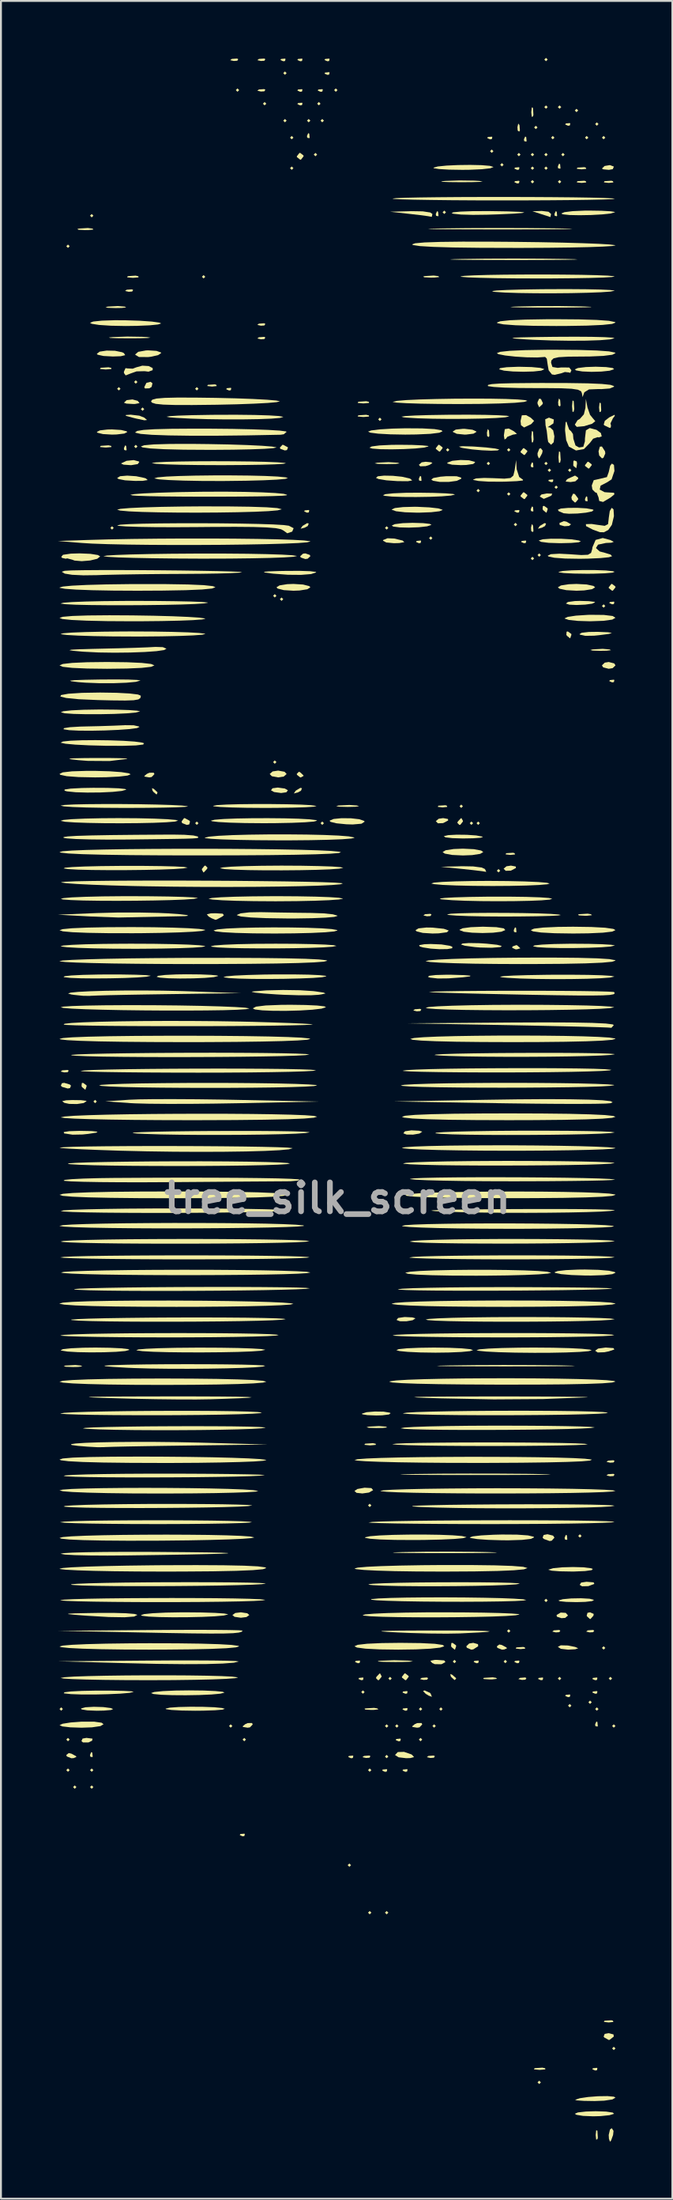
<source format=kicad_pcb>
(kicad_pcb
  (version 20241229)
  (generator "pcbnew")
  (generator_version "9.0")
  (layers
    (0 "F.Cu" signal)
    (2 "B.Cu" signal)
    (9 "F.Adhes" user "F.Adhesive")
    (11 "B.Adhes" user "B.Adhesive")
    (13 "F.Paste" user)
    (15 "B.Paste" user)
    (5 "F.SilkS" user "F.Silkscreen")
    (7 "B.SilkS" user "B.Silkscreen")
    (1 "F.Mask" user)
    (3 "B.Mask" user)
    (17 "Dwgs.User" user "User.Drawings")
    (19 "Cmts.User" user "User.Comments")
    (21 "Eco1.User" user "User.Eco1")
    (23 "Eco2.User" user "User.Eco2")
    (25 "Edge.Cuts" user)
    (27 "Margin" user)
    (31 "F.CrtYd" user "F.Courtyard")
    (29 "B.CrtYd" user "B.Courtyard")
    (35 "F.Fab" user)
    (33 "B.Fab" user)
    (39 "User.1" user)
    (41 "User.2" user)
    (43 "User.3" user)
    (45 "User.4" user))
  (footprint "tree_silk_screen"
    (layer "F.Cu")
    (at 14.757 60.101)
    (property "Reference" "tree_silk_screen" (at 0 0 0) (layer "F.Fab") (effects (font (size 1.524 1.524) (thickness 0.3))))
    (attr board_only exclude_from_pos_files exclude_from_bom)
    (fp_poly (pts (xy -14.489 26.92) (xy -14.578 27.01) (xy -14.668 26.92) (xy -14.578 26.831)) (stroke (width 0) (type solid)) (fill yes) (layer "F.SilkS"))
    (fp_poly (pts (xy -14.131 -50.174) (xy -14.22 -50.085) (xy -14.31 -50.174) (xy -14.22 -50.263)) (stroke (width 0) (type solid)) (fill yes) (layer "F.SilkS"))
    (fp_poly (pts (xy -14.131 28.53) (xy -14.22 28.62) (xy -14.31 28.53) (xy -14.22 28.441)) (stroke (width 0) (type solid)) (fill yes) (layer "F.SilkS"))
    (fp_poly (pts (xy -14.131 30.14) (xy -14.22 30.23) (xy -14.31 30.14) (xy -14.22 30.051)) (stroke (width 0) (type solid)) (fill yes) (layer "F.SilkS"))
    (fp_poly (pts (xy -13.773 31.035) (xy -13.863 31.124) (xy -13.952 31.035) (xy -13.863 30.945)) (stroke (width 0) (type solid)) (fill yes) (layer "F.SilkS"))
    (fp_poly (pts (xy -12.879 -51.784) (xy -12.968 -51.694) (xy -13.058 -51.784) (xy -12.968 -51.873)) (stroke (width 0) (type solid)) (fill yes) (layer "F.SilkS"))
    (fp_poly (pts (xy -12.879 30.14) (xy -12.968 30.23) (xy -13.058 30.14) (xy -12.968 30.051)) (stroke (width 0) (type solid)) (fill yes) (layer "F.SilkS"))
    (fp_poly (pts (xy -12.879 31.035) (xy -12.968 31.124) (xy -13.058 31.035) (xy -12.968 30.945)) (stroke (width 0) (type solid)) (fill yes) (layer "F.SilkS"))
    (fp_poly (pts (xy -12.7 -5.098) (xy -12.789 -5.008) (xy -12.879 -5.098) (xy -12.789 -5.187)) (stroke (width 0) (type solid)) (fill yes) (layer "F.SilkS"))
    (fp_poly (pts (xy -11.806 -35.327) (xy -11.895 -35.238) (xy -11.985 -35.327) (xy -11.895 -35.417)) (stroke (width 0) (type solid)) (fill yes) (layer "F.SilkS"))
    (fp_poly (pts (xy -11.448 -42.661) (xy -11.537 -42.572) (xy -11.627 -42.661) (xy -11.537 -42.751)) (stroke (width 0) (type solid)) (fill yes) (layer "F.SilkS"))
    (fp_poly (pts (xy -10.554 -43.019) (xy -10.643 -42.93) (xy -10.732 -43.019) (xy -10.643 -43.108)) (stroke (width 0) (type solid)) (fill yes) (layer "F.SilkS"))
    (fp_poly (pts (xy -10.554 -39.62) (xy -10.643 -39.531) (xy -10.732 -39.62) (xy -10.643 -39.71)) (stroke (width 0) (type solid)) (fill yes) (layer "F.SilkS"))
    (fp_poly (pts (xy -10.196 -41.588) (xy -10.285 -41.499) (xy -10.375 -41.588) (xy -10.285 -41.677)) (stroke (width 0) (type solid)) (fill yes) (layer "F.SilkS"))
    (fp_poly (pts (xy -7.334 -42.661) (xy -7.423 -42.572) (xy -7.513 -42.661) (xy -7.423 -42.751)) (stroke (width 0) (type solid)) (fill yes) (layer "F.SilkS"))
    (fp_poly (pts (xy -7.334 -19.765) (xy -7.423 -19.676) (xy -7.513 -19.765) (xy -7.423 -19.855)) (stroke (width 0) (type solid)) (fill yes) (layer "F.SilkS"))
    (fp_poly (pts (xy -6.976 -48.564) (xy -7.065 -48.475) (xy -7.155 -48.564) (xy -7.065 -48.654)) (stroke (width 0) (type solid)) (fill yes) (layer "F.SilkS"))
    (fp_poly (pts (xy -5.545 27.815) (xy -5.635 27.904) (xy -5.724 27.815) (xy -5.635 27.725)) (stroke (width 0) (type solid)) (fill yes) (layer "F.SilkS"))
    (fp_poly (pts (xy -5.187 -58.402) (xy -5.277 -58.313) (xy -5.366 -58.402) (xy -5.277 -58.492)) (stroke (width 0) (type solid)) (fill yes) (layer "F.SilkS"))
    (fp_poly (pts (xy -4.83 28.53) (xy -4.919 28.62) (xy -5.008 28.53) (xy -4.919 28.441)) (stroke (width 0) (type solid)) (fill yes) (layer "F.SilkS"))
    (fp_poly (pts (xy -3.756 -57.687) (xy -3.846 -57.597) (xy -3.935 -57.687) (xy -3.846 -57.776)) (stroke (width 0) (type solid)) (fill yes) (layer "F.SilkS"))
    (fp_poly (pts (xy -3.22 -31.75) (xy -3.309 -31.661) (xy -3.399 -31.75) (xy -3.309 -31.839)) (stroke (width 0) (type solid)) (fill yes) (layer "F.SilkS"))
    (fp_poly (pts (xy -3.22 -22.985) (xy -3.309 -22.896) (xy -3.399 -22.985) (xy -3.309 -23.075)) (stroke (width 0) (type solid)) (fill yes) (layer "F.SilkS"))
    (fp_poly (pts (xy -2.862 -31.571) (xy -2.951 -31.482) (xy -3.041 -31.571) (xy -2.951 -31.661)) (stroke (width 0) (type solid)) (fill yes) (layer "F.SilkS"))
    (fp_poly (pts (xy -2.683 -59.296) (xy -2.773 -59.207) (xy -2.862 -59.296) (xy -2.773 -59.386)) (stroke (width 0) (type solid)) (fill yes) (layer "F.SilkS"))
    (fp_poly (pts (xy -2.683 -56.792) (xy -2.773 -56.703) (xy -2.862 -56.792) (xy -2.773 -56.882)) (stroke (width 0) (type solid)) (fill yes) (layer "F.SilkS"))
    (fp_poly (pts (xy -2.325 -55.898) (xy -2.415 -55.808) (xy -2.504 -55.898) (xy -2.415 -55.987)) (stroke (width 0) (type solid)) (fill yes) (layer "F.SilkS"))
    (fp_poly (pts (xy -2.325 -54.288) (xy -2.415 -54.199) (xy -2.504 -54.288) (xy -2.415 -54.377)) (stroke (width 0) (type solid)) (fill yes) (layer "F.SilkS"))
    (fp_poly (pts (xy -1.431 -56.792) (xy -1.52 -56.703) (xy -1.61 -56.792) (xy -1.52 -56.882)) (stroke (width 0) (type solid)) (fill yes) (layer "F.SilkS"))
    (fp_poly (pts (xy -1.073 -55.004) (xy -1.163 -54.914) (xy -1.252 -55.004) (xy -1.163 -55.093)) (stroke (width 0) (type solid)) (fill yes) (layer "F.SilkS"))
    (fp_poly (pts (xy -1.073 -0.089) (xy -1.163 0) (xy -1.252 -0.089) (xy -1.163 -0.179)) (stroke (width 0) (type solid)) (fill yes) (layer "F.SilkS"))
    (fp_poly (pts (xy -1.073 0.626) (xy -1.163 0.715) (xy -1.252 0.626) (xy -1.163 0.537)) (stroke (width 0) (type solid)) (fill yes) (layer "F.SilkS"))
    (fp_poly (pts (xy -0.894 -57.687) (xy -0.984 -57.597) (xy -1.073 -57.687) (xy -0.984 -57.776)) (stroke (width 0) (type solid)) (fill yes) (layer "F.SilkS"))
    (fp_poly (pts (xy -0.715 -56.792) (xy -0.805 -56.703) (xy -0.894 -56.792) (xy -0.805 -56.882)) (stroke (width 0) (type solid)) (fill yes) (layer "F.SilkS"))
    (fp_poly (pts (xy -0.715 -19.765) (xy -0.805 -19.676) (xy -0.894 -19.765) (xy -0.805 -19.855)) (stroke (width 0) (type solid)) (fill yes) (layer "F.SilkS"))
    (fp_poly (pts (xy 0 -58.402) (xy -0.089 -58.313) (xy -0.179 -58.402) (xy -0.089 -58.492)) (stroke (width 0) (type solid)) (fill yes) (layer "F.SilkS"))
    (fp_poly (pts (xy 0.715 35.149) (xy 0.626 35.238) (xy 0.537 35.149) (xy 0.626 35.059)) (stroke (width 0) (type solid)) (fill yes) (layer "F.SilkS"))
    (fp_poly (pts (xy 1.431 26.026) (xy 1.342 26.115) (xy 1.252 26.026) (xy 1.342 25.937)) (stroke (width 0) (type solid)) (fill yes) (layer "F.SilkS"))
    (fp_poly (pts (xy 1.789 16.188) (xy 1.699 16.277) (xy 1.61 16.188) (xy 1.699 16.099)) (stroke (width 0) (type solid)) (fill yes) (layer "F.SilkS"))
    (fp_poly (pts (xy 1.789 30.14) (xy 1.699 30.23) (xy 1.61 30.14) (xy 1.699 30.051)) (stroke (width 0) (type solid)) (fill yes) (layer "F.SilkS"))
    (fp_poly (pts (xy 1.789 37.653) (xy 1.699 37.742) (xy 1.61 37.653) (xy 1.699 37.563)) (stroke (width 0) (type solid)) (fill yes) (layer "F.SilkS"))
    (fp_poly (pts (xy 2.325 -41.051) (xy 2.236 -40.962) (xy 2.146 -41.051) (xy 2.236 -41.141)) (stroke (width 0) (type solid)) (fill yes) (layer "F.SilkS"))
    (fp_poly (pts (xy 2.683 -35.327) (xy 2.594 -35.238) (xy 2.504 -35.327) (xy 2.594 -35.417)) (stroke (width 0) (type solid)) (fill yes) (layer "F.SilkS"))
    (fp_poly (pts (xy 2.683 27.815) (xy 2.594 27.904) (xy 2.504 27.815) (xy 2.594 27.725)) (stroke (width 0) (type solid)) (fill yes) (layer "F.SilkS"))
    (fp_poly (pts (xy 2.683 29.425) (xy 2.594 29.514) (xy 2.504 29.425) (xy 2.594 29.335)) (stroke (width 0) (type solid)) (fill yes) (layer "F.SilkS"))
    (fp_poly (pts (xy 2.683 37.653) (xy 2.594 37.742) (xy 2.504 37.653) (xy 2.594 37.563)) (stroke (width 0) (type solid)) (fill yes) (layer "F.SilkS"))
    (fp_poly (pts (xy 2.862 25.311) (xy 2.773 25.4) (xy 2.683 25.311) (xy 2.773 25.221)) (stroke (width 0) (type solid)) (fill yes) (layer "F.SilkS"))
    (fp_poly (pts (xy 3.22 27.815) (xy 3.13 27.904) (xy 3.041 27.815) (xy 3.13 27.725)) (stroke (width 0) (type solid)) (fill yes) (layer "F.SilkS"))
    (fp_poly (pts (xy 4.472 26.92) (xy 4.382 27.01) (xy 4.293 26.92) (xy 4.382 26.831)) (stroke (width 0) (type solid)) (fill yes) (layer "F.SilkS"))
    (fp_poly (pts (xy 4.472 28.53) (xy 4.382 28.62) (xy 4.293 28.53) (xy 4.382 28.441)) (stroke (width 0) (type solid)) (fill yes) (layer "F.SilkS"))
    (fp_poly (pts (xy 5.008 -34.791) (xy 4.919 -34.701) (xy 4.83 -34.791) (xy 4.919 -34.88)) (stroke (width 0) (type solid)) (fill yes) (layer "F.SilkS"))
    (fp_poly (pts (xy 5.187 27.815) (xy 5.098 27.904) (xy 5.008 27.815) (xy 5.098 27.725)) (stroke (width 0) (type solid)) (fill yes) (layer "F.SilkS"))
    (fp_poly (pts (xy 5.545 26.92) (xy 5.456 27.01) (xy 5.366 26.92) (xy 5.456 26.831)) (stroke (width 0) (type solid)) (fill yes) (layer "F.SilkS"))
    (fp_poly (pts (xy 5.724 -51.963) (xy 5.635 -51.873) (xy 5.545 -51.963) (xy 5.635 -52.052)) (stroke (width 0) (type solid)) (fill yes) (layer "F.SilkS"))
    (fp_poly (pts (xy 5.903 -39.442) (xy 5.813 -39.352) (xy 5.724 -39.442) (xy 5.813 -39.531)) (stroke (width 0) (type solid)) (fill yes) (layer "F.SilkS"))
    (fp_poly (pts (xy 6.261 24.416) (xy 6.171 24.506) (xy 6.082 24.416) (xy 6.171 24.327)) (stroke (width 0) (type solid)) (fill yes) (layer "F.SilkS"))
    (fp_poly (pts (xy 6.618 -20.66) (xy 6.529 -20.57) (xy 6.439 -20.66) (xy 6.529 -20.749)) (stroke (width 0) (type solid)) (fill yes) (layer "F.SilkS"))
    (fp_poly (pts (xy 7.155 -19.765) (xy 7.065 -19.676) (xy 6.976 -19.765) (xy 7.065 -19.855)) (stroke (width 0) (type solid)) (fill yes) (layer "F.SilkS"))
    (fp_poly (pts (xy 7.513 -37.295) (xy 7.423 -37.206) (xy 7.334 -37.295) (xy 7.423 -37.385)) (stroke (width 0) (type solid)) (fill yes) (layer "F.SilkS"))
    (fp_poly (pts (xy 7.513 -19.765) (xy 7.423 -19.676) (xy 7.334 -19.765) (xy 7.423 -19.855)) (stroke (width 0) (type solid)) (fill yes) (layer "F.SilkS"))
    (fp_poly (pts (xy 8.049 -38.726) (xy 7.96 -38.637) (xy 7.87 -38.726) (xy 7.96 -38.815)) (stroke (width 0) (type solid)) (fill yes) (layer "F.SilkS"))
    (fp_poly (pts (xy 8.228 -55.182) (xy 8.139 -55.093) (xy 8.049 -55.182) (xy 8.139 -55.272)) (stroke (width 0) (type solid)) (fill yes) (layer "F.SilkS"))
    (fp_poly (pts (xy 8.586 -17.261) (xy 8.496 -17.172) (xy 8.407 -17.261) (xy 8.496 -17.351)) (stroke (width 0) (type solid)) (fill yes) (layer "F.SilkS"))
    (fp_poly (pts (xy 8.765 -54.467) (xy 8.675 -54.377) (xy 8.586 -54.467) (xy 8.675 -54.556)) (stroke (width 0) (type solid)) (fill yes) (layer "F.SilkS"))
    (fp_poly (pts (xy 8.944 24.416) (xy 8.854 24.506) (xy 8.765 24.416) (xy 8.854 24.327)) (stroke (width 0) (type solid)) (fill yes) (layer "F.SilkS"))
    (fp_poly (pts (xy 9.123 -39.442) (xy 9.033 -39.352) (xy 8.944 -39.442) (xy 9.033 -39.531)) (stroke (width 0) (type solid)) (fill yes) (layer "F.SilkS"))
    (fp_poly (pts (xy 9.123 -37.116) (xy 9.033 -37.027) (xy 8.944 -37.116) (xy 9.033 -37.206)) (stroke (width 0) (type solid)) (fill yes) (layer "F.SilkS"))
    (fp_poly (pts (xy 9.123 22.806) (xy 9.033 22.896) (xy 8.944 22.806) (xy 9.033 22.717)) (stroke (width 0) (type solid)) (fill yes) (layer "F.SilkS"))
    (fp_poly (pts (xy 9.48 -35.506) (xy 9.391 -35.417) (xy 9.301 -35.506) (xy 9.391 -35.596)) (stroke (width 0) (type solid)) (fill yes) (layer "F.SilkS"))
    (fp_poly (pts (xy 9.659 -55.004) (xy 9.57 -54.914) (xy 9.48 -55.004) (xy 9.57 -55.093)) (stroke (width 0) (type solid)) (fill yes) (layer "F.SilkS"))
    (fp_poly (pts (xy 10.375 -55.004) (xy 10.285 -54.914) (xy 10.196 -55.004) (xy 10.285 -55.093)) (stroke (width 0) (type solid)) (fill yes) (layer "F.SilkS"))
    (fp_poly (pts (xy 10.375 -54.288) (xy 10.285 -54.199) (xy 10.196 -54.288) (xy 10.285 -54.377)) (stroke (width 0) (type solid)) (fill yes) (layer "F.SilkS"))
    (fp_poly (pts (xy 10.375 -53.573) (xy 10.285 -53.483) (xy 10.196 -53.573) (xy 10.285 -53.662)) (stroke (width 0) (type solid)) (fill yes) (layer "F.SilkS"))
    (fp_poly (pts (xy 10.375 -33.718) (xy 10.285 -33.628) (xy 10.196 -33.718) (xy 10.285 -33.807)) (stroke (width 0) (type solid)) (fill yes) (layer "F.SilkS"))
    (fp_poly (pts (xy 10.554 -56.435) (xy 10.464 -56.345) (xy 10.375 -56.435) (xy 10.464 -56.524)) (stroke (width 0) (type solid)) (fill yes) (layer "F.SilkS"))
    (fp_poly (pts (xy 10.732 -33.896) (xy 10.643 -33.807) (xy 10.554 -33.896) (xy 10.643 -33.986)) (stroke (width 0) (type solid)) (fill yes) (layer "F.SilkS"))
    (fp_poly (pts (xy 10.732 46.596) (xy 10.643 46.686) (xy 10.554 46.596) (xy 10.643 46.507)) (stroke (width 0) (type solid)) (fill yes) (layer "F.SilkS"))
    (fp_poly (pts (xy 11.09 -60.012) (xy 11.001 -59.923) (xy 10.911 -60.012) (xy 11.001 -60.101)) (stroke (width 0) (type solid)) (fill yes) (layer "F.SilkS"))
    (fp_poly (pts (xy 11.09 -57.508) (xy 11.001 -57.418) (xy 10.911 -57.508) (xy 11.001 -57.597)) (stroke (width 0) (type solid)) (fill yes) (layer "F.SilkS"))
    (fp_poly (pts (xy 11.09 -55.004) (xy 11.001 -54.914) (xy 10.911 -55.004) (xy 11.001 -55.093)) (stroke (width 0) (type solid)) (fill yes) (layer "F.SilkS"))
    (fp_poly (pts (xy 11.09 -54.288) (xy 11.001 -54.199) (xy 10.911 -54.288) (xy 11.001 -54.377)) (stroke (width 0) (type solid)) (fill yes) (layer "F.SilkS"))
    (fp_poly (pts (xy 11.09 -38.726) (xy 11.001 -38.637) (xy 10.911 -38.726) (xy 11.001 -38.815)) (stroke (width 0) (type solid)) (fill yes) (layer "F.SilkS"))
    (fp_poly (pts (xy 11.09 21.196) (xy 11.001 21.286) (xy 10.911 21.196) (xy 11.001 21.107)) (stroke (width 0) (type solid)) (fill yes) (layer "F.SilkS"))
    (fp_poly (pts (xy 11.269 -38.368) (xy 11.18 -38.279) (xy 11.09 -38.368) (xy 11.18 -38.458)) (stroke (width 0) (type solid)) (fill yes) (layer "F.SilkS"))
    (fp_poly (pts (xy 11.448 -55.898) (xy 11.358 -55.808) (xy 11.269 -55.898) (xy 11.358 -55.987)) (stroke (width 0) (type solid)) (fill yes) (layer "F.SilkS"))
    (fp_poly (pts (xy 11.627 -37.474) (xy 11.537 -37.385) (xy 11.448 -37.474) (xy 11.537 -37.563)) (stroke (width 0) (type solid)) (fill yes) (layer "F.SilkS"))
    (fp_poly (pts (xy 11.806 -57.508) (xy 11.716 -57.418) (xy 11.627 -57.508) (xy 11.716 -57.597)) (stroke (width 0) (type solid)) (fill yes) (layer "F.SilkS"))
    (fp_poly (pts (xy 11.806 -53.573) (xy 11.716 -53.483) (xy 11.627 -53.573) (xy 11.716 -53.662)) (stroke (width 0) (type solid)) (fill yes) (layer "F.SilkS"))
    (fp_poly (pts (xy 11.806 25.311) (xy 11.716 25.4) (xy 11.627 25.311) (xy 11.716 25.221)) (stroke (width 0) (type solid)) (fill yes) (layer "F.SilkS"))
    (fp_poly (pts (xy 11.985 -55.004) (xy 11.895 -54.914) (xy 11.806 -55.004) (xy 11.895 -55.093)) (stroke (width 0) (type solid)) (fill yes) (layer "F.SilkS"))
    (fp_poly (pts (xy 12.342 -38.368) (xy 12.253 -38.279) (xy 12.163 -38.368) (xy 12.253 -38.458)) (stroke (width 0) (type solid)) (fill yes) (layer "F.SilkS"))
    (fp_poly (pts (xy 12.342 26.742) (xy 12.253 26.831) (xy 12.163 26.742) (xy 12.253 26.652)) (stroke (width 0) (type solid)) (fill yes) (layer "F.SilkS"))
    (fp_poly (pts (xy 12.7 -57.329) (xy 12.611 -57.239) (xy 12.521 -57.329) (xy 12.611 -57.418)) (stroke (width 0) (type solid)) (fill yes) (layer "F.SilkS"))
    (fp_poly (pts (xy 12.879 17.798) (xy 12.789 17.887) (xy 12.7 17.798) (xy 12.789 17.708)) (stroke (width 0) (type solid)) (fill yes) (layer "F.SilkS"))
    (fp_poly (pts (xy 13.237 -55.898) (xy 13.147 -55.808) (xy 13.058 -55.898) (xy 13.147 -55.987)) (stroke (width 0) (type solid)) (fill yes) (layer "F.SilkS"))
    (fp_poly (pts (xy 13.415 26.563) (xy 13.326 26.652) (xy 13.237 26.563) (xy 13.326 26.473)) (stroke (width 0) (type solid)) (fill yes) (layer "F.SilkS"))
    (fp_poly (pts (xy 13.773 -56.613) (xy 13.684 -56.524) (xy 13.594 -56.613) (xy 13.684 -56.703)) (stroke (width 0) (type solid)) (fill yes) (layer "F.SilkS"))
    (fp_poly (pts (xy 13.773 26.92) (xy 13.684 27.01) (xy 13.594 26.92) (xy 13.684 26.831)) (stroke (width 0) (type solid)) (fill yes) (layer "F.SilkS"))
    (fp_poly (pts (xy 14.131 -55.898) (xy 14.042 -55.808) (xy 13.952 -55.898) (xy 14.042 -55.987)) (stroke (width 0) (type solid)) (fill yes) (layer "F.SilkS"))
    (fp_poly (pts (xy 14.131 -31.213) (xy 14.042 -31.124) (xy 13.952 -31.213) (xy 14.042 -31.303)) (stroke (width 0) (type solid)) (fill yes) (layer "F.SilkS"))
    (fp_poly (pts (xy 14.131 23.701) (xy 14.042 23.79) (xy 13.952 23.701) (xy 14.042 23.611)) (stroke (width 0) (type solid)) (fill yes) (layer "F.SilkS"))
    (fp_poly (pts (xy 14.489 25.311) (xy 14.399 25.4) (xy 14.31 25.311) (xy 14.399 25.221)) (stroke (width 0) (type solid)) (fill yes) (layer "F.SilkS"))
    (fp_poly (pts (xy 14.668 27.815) (xy 14.578 27.904) (xy 14.489 27.815) (xy 14.578 27.725)) (stroke (width 0) (type solid)) (fill yes) (layer "F.SilkS"))
    (fp_poly (pts (xy 14.668 44.808) (xy 14.578 44.897) (xy 14.489 44.808) (xy 14.578 44.718)) (stroke (width 0) (type solid)) (fill yes) (layer "F.SilkS"))
    (fp_poly (pts (xy -14.179 -6.726) (xy -14.233 -6.645) (xy -14.414 -6.632) (xy -14.605 -6.676) (xy -14.522 -6.741) (xy -14.243 -6.762)) (stroke (width 0) (type solid)) (fill yes) (layer "F.SilkS"))
    (fp_poly (pts (xy -12.938 29.216) (xy -12.917 29.428) (xy -12.938 29.454) (xy -13.045 29.43) (xy -13.058 29.335) (xy -12.992 29.188)) (stroke (width 0) (type solid)) (fill yes) (layer "F.SilkS"))
    (fp_poly (pts (xy -11.15 -39.65) (xy -11.128 -39.438) (xy -11.15 -39.412) (xy -11.256 -39.436) (xy -11.269 -39.531) (xy -11.204 -39.678)) (stroke (width 0) (type solid)) (fill yes) (layer "F.SilkS"))
    (fp_poly (pts (xy -10.781 -47.867) (xy -10.834 -47.786) (xy -11.016 -47.773) (xy -11.206 -47.817) (xy -11.124 -47.881) (xy -10.844 -47.903)) (stroke (width 0) (type solid)) (fill yes) (layer "F.SilkS"))
    (fp_poly (pts (xy -6.395 -42.869) (xy -6.372 -42.804) (xy -6.618 -42.779) (xy -6.872 -42.807) (xy -6.842 -42.869) (xy -6.476 -42.893)) (stroke (width 0) (type solid)) (fill yes) (layer "F.SilkS"))
    (fp_poly (pts (xy -5.605 -42.691) (xy -5.629 -42.585) (xy -5.724 -42.572) (xy -5.871 -42.637) (xy -5.843 -42.691) (xy -5.631 -42.712)) (stroke (width 0) (type solid)) (fill yes) (layer "F.SilkS"))
    (fp_poly (pts (xy -5.236 -60.031) (xy -5.289 -59.949) (xy -5.471 -59.937) (xy -5.661 -59.98) (xy -5.579 -60.045) (xy -5.299 -60.066)) (stroke (width 0) (type solid)) (fill yes) (layer "F.SilkS"))
    (fp_poly (pts (xy -4.889 33.509) (xy -4.914 33.615) (xy -5.008 33.628) (xy -5.156 33.563) (xy -5.128 33.509) (xy -4.915 33.488)) (stroke (width 0) (type solid)) (fill yes) (layer "F.SilkS"))
    (fp_poly (pts (xy -3.805 -60.031) (xy -3.858 -59.949) (xy -4.04 -59.937) (xy -4.23 -59.98) (xy -4.148 -60.045) (xy -3.868 -60.066)) (stroke (width 0) (type solid)) (fill yes) (layer "F.SilkS"))
    (fp_poly (pts (xy -3.805 -58.421) (xy -3.858 -58.339) (xy -4.04 -58.327) (xy -4.23 -58.37) (xy -4.148 -58.435) (xy -3.868 -58.456)) (stroke (width 0) (type solid)) (fill yes) (layer "F.SilkS"))
    (fp_poly (pts (xy -3.805 -46.078) (xy -3.858 -45.997) (xy -4.04 -45.985) (xy -4.23 -46.028) (xy -4.148 -46.093) (xy -3.868 -46.114)) (stroke (width 0) (type solid)) (fill yes) (layer "F.SilkS"))
    (fp_poly (pts (xy -3.805 -45.363) (xy -3.858 -45.282) (xy -4.04 -45.269) (xy -4.23 -45.313) (xy -4.148 -45.377) (xy -3.868 -45.398)) (stroke (width 0) (type solid)) (fill yes) (layer "F.SilkS"))
    (fp_poly (pts (xy -2.743 -60.042) (xy -2.767 -59.935) (xy -2.862 -59.923) (xy -3.009 -59.988) (xy -2.981 -60.042) (xy -2.769 -60.063)) (stroke (width 0) (type solid)) (fill yes) (layer "F.SilkS"))
    (fp_poly (pts (xy -1.848 -60.042) (xy -1.873 -59.935) (xy -1.968 -59.923) (xy -2.115 -59.988) (xy -2.087 -60.042) (xy -1.875 -60.063)) (stroke (width 0) (type solid)) (fill yes) (layer "F.SilkS"))
    (fp_poly (pts (xy -1.848 -58.432) (xy -1.873 -58.326) (xy -1.968 -58.313) (xy -2.115 -58.378) (xy -2.087 -58.432) (xy -1.875 -58.453)) (stroke (width 0) (type solid)) (fill yes) (layer "F.SilkS"))
    (fp_poly (pts (xy -1.848 -57.716) (xy -1.873 -57.61) (xy -1.968 -57.597) (xy -2.115 -57.663) (xy -2.087 -57.716) (xy -1.875 -57.738)) (stroke (width 0) (type solid)) (fill yes) (layer "F.SilkS"))
    (fp_poly (pts (xy -1.491 -56.107) (xy -1.469 -55.894) (xy -1.491 -55.868) (xy -1.597 -55.893) (xy -1.61 -55.987) (xy -1.544 -56.135)) (stroke (width 0) (type solid)) (fill yes) (layer "F.SilkS"))
    (fp_poly (pts (xy -1.491 -36.252) (xy -1.515 -36.145) (xy -1.61 -36.132) (xy -1.757 -36.198) (xy -1.729 -36.252) (xy -1.517 -36.273)) (stroke (width 0) (type solid)) (fill yes) (layer "F.SilkS"))
    (fp_poly (pts (xy -0.775 -58.432) (xy -0.8 -58.326) (xy -0.894 -58.313) (xy -1.042 -58.378) (xy -1.014 -58.432) (xy -0.801 -58.453)) (stroke (width 0) (type solid)) (fill yes) (layer "F.SilkS"))
    (fp_poly (pts (xy -0.417 -60.042) (xy -0.442 -59.935) (xy -0.537 -59.923) (xy -0.684 -59.988) (xy -0.656 -60.042) (xy -0.444 -60.063)) (stroke (width 0) (type solid)) (fill yes) (layer "F.SilkS"))
    (fp_poly (pts (xy -0.417 -59.326) (xy -0.442 -59.22) (xy -0.537 -59.207) (xy -0.684 -59.272) (xy -0.656 -59.326) (xy -0.444 -59.348)) (stroke (width 0) (type solid)) (fill yes) (layer "F.SilkS"))
    (fp_poly (pts (xy 0.835 29.395) (xy 0.81 29.501) (xy 0.715 29.514) (xy 0.568 29.449) (xy 0.596 29.395) (xy 0.809 29.373)) (stroke (width 0) (type solid)) (fill yes) (layer "F.SilkS"))
    (fp_poly (pts (xy 1.192 24.386) (xy 1.168 24.493) (xy 1.073 24.506) (xy 0.926 24.44) (xy 0.954 24.386) (xy 1.166 24.365)) (stroke (width 0) (type solid)) (fill yes) (layer "F.SilkS"))
    (fp_poly (pts (xy 1.371 25.281) (xy 1.347 25.387) (xy 1.252 25.4) (xy 1.105 25.335) (xy 1.133 25.281) (xy 1.345 25.259)) (stroke (width 0) (type solid)) (fill yes) (layer "F.SilkS"))
    (fp_poly (pts (xy 1.74 29.406) (xy 1.687 29.487) (xy 1.506 29.5) (xy 1.315 29.456) (xy 1.397 29.392) (xy 1.677 29.371)) (stroke (width 0) (type solid)) (fill yes) (layer "F.SilkS"))
    (fp_poly (pts (xy 2.623 30.11) (xy 2.599 30.217) (xy 2.504 30.23) (xy 2.357 30.164) (xy 2.385 30.11) (xy 2.597 30.089)) (stroke (width 0) (type solid)) (fill yes) (layer "F.SilkS"))
    (fp_poly (pts (xy 3.339 28.5) (xy 3.314 28.607) (xy 3.22 28.62) (xy 3.072 28.554) (xy 3.1 28.5) (xy 3.313 28.479)) (stroke (width 0) (type solid)) (fill yes) (layer "F.SilkS"))
    (fp_poly (pts (xy 3.697 25.996) (xy 3.672 26.103) (xy 3.577 26.115) (xy 3.43 26.05) (xy 3.458 25.996) (xy 3.67 25.975)) (stroke (width 0) (type solid)) (fill yes) (layer "F.SilkS"))
    (fp_poly (pts (xy 3.697 26.891) (xy 3.672 26.997) (xy 3.577 27.01) (xy 3.43 26.944) (xy 3.458 26.891) (xy 3.67 26.869)) (stroke (width 0) (type solid)) (fill yes) (layer "F.SilkS"))
    (fp_poly (pts (xy 3.697 30.11) (xy 3.672 30.217) (xy 3.577 30.23) (xy 3.43 30.164) (xy 3.458 30.11) (xy 3.67 30.089)) (stroke (width 0) (type solid)) (fill yes) (layer "F.SilkS"))
    (fp_poly (pts (xy 4.412 -38.04) (xy 4.434 -37.828) (xy 4.412 -37.802) (xy 4.306 -37.826) (xy 4.293 -37.921) (xy 4.358 -38.068)) (stroke (width 0) (type solid)) (fill yes) (layer "F.SilkS"))
    (fp_poly (pts (xy 4.412 -34.642) (xy 4.388 -34.535) (xy 4.293 -34.523) (xy 4.146 -34.588) (xy 4.174 -34.642) (xy 4.386 -34.663)) (stroke (width 0) (type solid)) (fill yes) (layer "F.SilkS"))
    (fp_poly (pts (xy 4.423 -9.946) (xy 4.37 -9.865) (xy 4.189 -9.852) (xy 3.998 -9.896) (xy 4.081 -9.96) (xy 4.36 -9.982)) (stroke (width 0) (type solid)) (fill yes) (layer "F.SilkS"))
    (fp_poly (pts (xy 4.781 25.292) (xy 4.728 25.373) (xy 4.546 25.386) (xy 4.355 25.342) (xy 4.438 25.278) (xy 4.718 25.256)) (stroke (width 0) (type solid)) (fill yes) (layer "F.SilkS"))
    (fp_poly (pts (xy 4.96 -14.955) (xy 4.907 -14.873) (xy 4.725 -14.861) (xy 4.534 -14.904) (xy 4.617 -14.969) (xy 4.897 -14.99)) (stroke (width 0) (type solid)) (fill yes) (layer "F.SilkS"))
    (fp_poly (pts (xy 5.139 29.406) (xy 5.086 29.487) (xy 4.904 29.5) (xy 4.713 29.456) (xy 4.796 29.392) (xy 5.076 29.371)) (stroke (width 0) (type solid)) (fill yes) (layer "F.SilkS"))
    (fp_poly (pts (xy 5.307 -51.992) (xy 5.328 -51.78) (xy 5.307 -51.754) (xy 5.2 -51.779) (xy 5.187 -51.873) (xy 5.253 -52.02)) (stroke (width 0) (type solid)) (fill yes) (layer "F.SilkS"))
    (fp_poly (pts (xy 5.769 -20.689) (xy 5.791 -20.624) (xy 5.545 -20.599) (xy 5.291 -20.627) (xy 5.321 -20.689) (xy 5.688 -20.713)) (stroke (width 0) (type solid)) (fill yes) (layer "F.SilkS"))
    (fp_poly (pts (xy 7.453 24.386) (xy 7.428 24.493) (xy 7.334 24.506) (xy 7.187 24.44) (xy 7.215 24.386) (xy 7.427 24.365)) (stroke (width 0) (type solid)) (fill yes) (layer "F.SilkS"))
    (fp_poly (pts (xy 7.993 -40.459) (xy 8.014 -40.179) (xy 7.978 -40.116) (xy 7.897 -40.169) (xy 7.885 -40.351) (xy 7.928 -40.542)) (stroke (width 0) (type solid)) (fill yes) (layer "F.SilkS"))
    (fp_poly (pts (xy 8.169 -55.928) (xy 8.144 -55.821) (xy 8.049 -55.808) (xy 7.902 -55.874) (xy 7.93 -55.928) (xy 8.142 -55.949)) (stroke (width 0) (type solid)) (fill yes) (layer "F.SilkS"))
    (fp_poly (pts (xy 9.346 -18.185) (xy 9.369 -18.119) (xy 9.123 -18.094) (xy 8.869 -18.123) (xy 8.899 -18.185) (xy 9.265 -18.208)) (stroke (width 0) (type solid)) (fill yes) (layer "F.SilkS"))
    (fp_poly (pts (xy 9.421 -14.25) (xy 9.442 -14.038) (xy 9.421 -14.012) (xy 9.314 -14.036) (xy 9.301 -14.131) (xy 9.367 -14.278)) (stroke (width 0) (type solid)) (fill yes) (layer "F.SilkS"))
    (fp_poly (pts (xy 9.6 -54.318) (xy 9.575 -54.212) (xy 9.48 -54.199) (xy 9.333 -54.264) (xy 9.361 -54.318) (xy 9.573 -54.339)) (stroke (width 0) (type solid)) (fill yes) (layer "F.SilkS"))
    (fp_poly (pts (xy 9.6 -53.602) (xy 9.575 -53.496) (xy 9.48 -53.483) (xy 9.333 -53.549) (xy 9.361 -53.602) (xy 9.573 -53.624)) (stroke (width 0) (type solid)) (fill yes) (layer "F.SilkS"))
    (fp_poly (pts (xy 9.6 -36.252) (xy 9.575 -36.145) (xy 9.48 -36.132) (xy 9.333 -36.198) (xy 9.361 -36.252) (xy 9.573 -36.273)) (stroke (width 0) (type solid)) (fill yes) (layer "F.SilkS"))
    (fp_poly (pts (xy 9.6 24.386) (xy 9.575 24.493) (xy 9.48 24.506) (xy 9.333 24.44) (xy 9.361 24.386) (xy 9.573 24.365)) (stroke (width 0) (type solid)) (fill yes) (layer "F.SilkS"))
    (fp_poly (pts (xy 9.602 -56.557) (xy 9.624 -56.278) (xy 9.588 -56.215) (xy 9.507 -56.268) (xy 9.494 -56.449) (xy 9.538 -56.64)) (stroke (width 0) (type solid)) (fill yes) (layer "F.SilkS"))
    (fp_poly (pts (xy 9.883 23.672) (xy 9.905 23.737) (xy 9.659 23.762) (xy 9.405 23.734) (xy 9.436 23.672) (xy 9.802 23.648)) (stroke (width 0) (type solid)) (fill yes) (layer "F.SilkS"))
    (fp_poly (pts (xy 9.957 -55.928) (xy 9.979 -55.715) (xy 9.957 -55.689) (xy 9.851 -55.714) (xy 9.838 -55.808) (xy 9.903 -55.956)) (stroke (width 0) (type solid)) (fill yes) (layer "F.SilkS"))
    (fp_poly (pts (xy 9.957 -34.642) (xy 9.933 -34.535) (xy 9.838 -34.523) (xy 9.691 -34.588) (xy 9.719 -34.642) (xy 9.931 -34.663)) (stroke (width 0) (type solid)) (fill yes) (layer "F.SilkS"))
    (fp_poly (pts (xy 9.968 25.292) (xy 9.915 25.373) (xy 9.734 25.386) (xy 9.543 25.342) (xy 9.626 25.278) (xy 9.905 25.256)) (stroke (width 0) (type solid)) (fill yes) (layer "F.SilkS"))
    (fp_poly (pts (xy 10.314 -57.463) (xy 10.338 -57.097) (xy 10.314 -57.016) (xy 10.249 -56.993) (xy 10.224 -57.239) (xy 10.252 -57.493)) (stroke (width 0) (type solid)) (fill yes) (layer "F.SilkS"))
    (fp_poly (pts (xy 10.315 -38.756) (xy 10.336 -38.544) (xy 10.315 -38.517) (xy 10.209 -38.542) (xy 10.196 -38.637) (xy 10.261 -38.784)) (stroke (width 0) (type solid)) (fill yes) (layer "F.SilkS"))
    (fp_poly (pts (xy 10.315 -36.431) (xy 10.336 -36.218) (xy 10.315 -36.192) (xy 10.209 -36.217) (xy 10.196 -36.311) (xy 10.261 -36.459)) (stroke (width 0) (type solid)) (fill yes) (layer "F.SilkS"))
    (fp_poly (pts (xy 10.318 -35.45) (xy 10.339 -35.171) (xy 10.304 -35.108) (xy 10.223 -35.161) (xy 10.21 -35.342) (xy 10.254 -35.533)) (stroke (width 0) (type solid)) (fill yes) (layer "F.SilkS"))
    (fp_poly (pts (xy 10.852 25.281) (xy 10.827 25.387) (xy 10.732 25.4) (xy 10.585 25.335) (xy 10.613 25.281) (xy 10.825 25.259)) (stroke (width 0) (type solid)) (fill yes) (layer "F.SilkS"))
    (fp_poly (pts (xy 11.388 -37.862) (xy 11.364 -37.755) (xy 11.269 -37.742) (xy 11.122 -37.808) (xy 11.15 -37.862) (xy 11.362 -37.883)) (stroke (width 0) (type solid)) (fill yes) (layer "F.SilkS"))
    (fp_poly (pts (xy 11.567 -51.992) (xy 11.589 -51.78) (xy 11.567 -51.754) (xy 11.461 -51.779) (xy 11.448 -51.873) (xy 11.513 -52.02)) (stroke (width 0) (type solid)) (fill yes) (layer "F.SilkS"))
    (fp_poly (pts (xy 11.746 -54.497) (xy 11.767 -54.284) (xy 11.746 -54.258) (xy 11.64 -54.283) (xy 11.627 -54.377) (xy 11.692 -54.525)) (stroke (width 0) (type solid)) (fill yes) (layer "F.SilkS"))
    (fp_poly (pts (xy 11.749 -42.069) (xy 11.77 -41.789) (xy 11.735 -41.726) (xy 11.654 -41.779) (xy 11.641 -41.961) (xy 11.685 -42.152)) (stroke (width 0) (type solid)) (fill yes) (layer "F.SilkS"))
    (fp_poly (pts (xy 11.757 22.788) (xy 11.704 22.869) (xy 11.522 22.882) (xy 11.332 22.838) (xy 11.414 22.774) (xy 11.694 22.752)) (stroke (width 0) (type solid)) (fill yes) (layer "F.SilkS"))
    (fp_poly (pts (xy 12.104 17.768) (xy 12.125 17.98) (xy 12.104 18.007) (xy 11.997 17.982) (xy 11.985 17.887) (xy 12.05 17.74)) (stroke (width 0) (type solid)) (fill yes) (layer "F.SilkS"))
    (fp_poly (pts (xy 12.283 -56.643) (xy 12.258 -56.537) (xy 12.163 -56.524) (xy 12.016 -56.589) (xy 12.044 -56.643) (xy 12.256 -56.665)) (stroke (width 0) (type solid)) (fill yes) (layer "F.SilkS"))
    (fp_poly (pts (xy 12.283 26.175) (xy 12.258 26.281) (xy 12.163 26.294) (xy 12.016 26.229) (xy 12.044 26.175) (xy 12.256 26.154)) (stroke (width 0) (type solid)) (fill yes) (layer "F.SilkS"))
    (fp_poly (pts (xy 13.102 -54.317) (xy 13.125 -54.252) (xy 12.879 -54.227) (xy 12.625 -54.255) (xy 12.655 -54.317) (xy 13.021 -54.341)) (stroke (width 0) (type solid)) (fill yes) (layer "F.SilkS"))
    (fp_poly (pts (xy 13.102 -53.602) (xy 13.125 -53.536) (xy 12.879 -53.511) (xy 12.625 -53.539) (xy 12.655 -53.602) (xy 13.021 -53.625)) (stroke (width 0) (type solid)) (fill yes) (layer "F.SilkS"))
    (fp_poly (pts (xy 13.177 -36.967) (xy 13.198 -36.755) (xy 13.177 -36.729) (xy 13.071 -36.753) (xy 13.058 -36.848) (xy 13.123 -36.995)) (stroke (width 0) (type solid)) (fill yes) (layer "F.SilkS"))
    (fp_poly (pts (xy 13.546 22.788) (xy 13.493 22.869) (xy 13.311 22.882) (xy 13.12 22.838) (xy 13.203 22.774) (xy 13.483 22.752)) (stroke (width 0) (type solid)) (fill yes) (layer "F.SilkS"))
    (fp_poly (pts (xy 13.713 49.145) (xy 13.736 49.512) (xy 13.713 49.593) (xy 13.648 49.615) (xy 13.623 49.369) (xy 13.651 49.115)) (stroke (width 0) (type solid)) (fill yes) (layer "F.SilkS"))
    (fp_poly (pts (xy 13.714 25.281) (xy 13.689 25.387) (xy 13.594 25.4) (xy 13.447 25.335) (xy 13.475 25.281) (xy 13.687 25.259)) (stroke (width 0) (type solid)) (fill yes) (layer "F.SilkS"))
    (fp_poly (pts (xy 13.714 25.996) (xy 13.689 26.103) (xy 13.594 26.115) (xy 13.447 26.05) (xy 13.475 25.996) (xy 13.687 25.975)) (stroke (width 0) (type solid)) (fill yes) (layer "F.SilkS"))
    (fp_poly (pts (xy 13.714 27.606) (xy 13.735 27.818) (xy 13.714 27.845) (xy 13.607 27.82) (xy 13.594 27.725) (xy 13.66 27.578)) (stroke (width 0) (type solid)) (fill yes) (layer "F.SilkS"))
    (fp_poly (pts (xy 13.714 45.851) (xy 13.689 45.958) (xy 13.594 45.97) (xy 13.447 45.905) (xy 13.475 45.851) (xy 13.687 45.83)) (stroke (width 0) (type solid)) (fill yes) (layer "F.SilkS"))
    (fp_poly (pts (xy 13.892 -41.901) (xy 13.915 -41.535) (xy 13.892 -41.454) (xy 13.826 -41.431) (xy 13.801 -41.677) (xy 13.83 -41.931)) (stroke (width 0) (type solid)) (fill yes) (layer "F.SilkS"))
    (fp_poly (pts (xy 14.533 -53.602) (xy 14.556 -53.536) (xy 14.31 -53.511) (xy 14.056 -53.539) (xy 14.086 -53.602) (xy 14.452 -53.625)) (stroke (width 0) (type solid)) (fill yes) (layer "F.SilkS"))
    (fp_poly (pts (xy 14.533 43.348) (xy 14.556 43.413) (xy 14.31 43.438) (xy 14.056 43.41) (xy 14.086 43.348) (xy 14.452 43.324)) (stroke (width 0) (type solid)) (fill yes) (layer "F.SilkS"))
    (fp_poly (pts (xy 14.608 -31.422) (xy 14.583 -31.316) (xy 14.489 -31.303) (xy 14.341 -31.368) (xy 14.369 -31.422) (xy 14.582 -31.443)) (stroke (width 0) (type solid)) (fill yes) (layer "F.SilkS"))
    (fp_poly (pts (xy 14.608 -27.308) (xy 14.583 -27.202) (xy 14.489 -27.189) (xy 14.341 -27.254) (xy 14.369 -27.308) (xy 14.582 -27.329)) (stroke (width 0) (type solid)) (fill yes) (layer "F.SilkS"))
    (fp_poly (pts (xy 14.619 13.844) (xy 14.566 13.925) (xy 14.384 13.938) (xy 14.194 13.894) (xy 14.276 13.83) (xy 14.556 13.809)) (stroke (width 0) (type solid)) (fill yes) (layer "F.SilkS"))
    (fp_poly (pts (xy 14.619 14.56) (xy 14.566 14.641) (xy 14.384 14.653) (xy 14.194 14.61) (xy 14.276 14.545) (xy 14.556 14.524)) (stroke (width 0) (type solid)) (fill yes) (layer "F.SilkS"))
    (fp_poly (pts (xy -12.925 28.481) (xy -12.945 28.587) (xy -13.141 28.682) (xy -13.429 28.68) (xy -13.51 28.612) (xy -13.451 28.477) (xy -13.247 28.441)) (stroke (width 0) (type solid)) (fill yes) (layer "F.SilkS"))
    (fp_poly (pts (xy -9.762 -42.951) (xy -9.808 -42.759) (xy -9.928 -42.686) (xy -10.158 -42.677) (xy -10.196 -42.746) (xy -10.082 -42.973) (xy -9.863 -43.029)) (stroke (width 0) (type solid)) (fill yes) (layer "F.SilkS"))
    (fp_poly (pts (xy -9.687 -21.571) (xy -9.495 -21.391) (xy -9.534 -21.288) (xy -9.559 -21.286) (xy -9.71 -21.413) (xy -9.766 -21.492) (xy -9.787 -21.615)) (stroke (width 0) (type solid)) (fill yes) (layer "F.SilkS"))
    (fp_poly (pts (xy -1.873 -21.609) (xy -1.927 -21.476) (xy -2.094 -21.387) (xy -2.303 -21.332) (xy -2.217 -21.463) (xy -2.194 -21.487) (xy -1.96 -21.628)) (stroke (width 0) (type solid)) (fill yes) (layer "F.SilkS"))
    (fp_poly (pts (xy -1.516 -35.561) (xy -1.569 -35.428) (xy -1.736 -35.339) (xy -1.945 -35.285) (xy -1.86 -35.416) (xy -1.836 -35.439) (xy -1.602 -35.58)) (stroke (width 0) (type solid)) (fill yes) (layer "F.SilkS"))
    (fp_poly (pts (xy 4.881 26.067) (xy 4.919 26.115) (xy 4.982 26.276) (xy 4.813 26.216) (xy 4.651 26.115) (xy 4.513 25.972) (xy 4.595 25.939)) (stroke (width 0) (type solid)) (fill yes) (layer "F.SilkS"))
    (fp_poly (pts (xy 5.829 -19.988) (xy 5.838 -19.909) (xy 5.574 -19.771) (xy 5.299 -19.76) (xy 5.187 -19.871) (xy 5.338 -20) (xy 5.575 -20.034)) (stroke (width 0) (type solid)) (fill yes) (layer "F.SilkS"))
    (fp_poly (pts (xy 6.054 25.115) (xy 6.245 25.281) (xy 6.261 25.321) (xy 6.176 25.395) (xy 5.999 25.23) (xy 5.975 25.193) (xy 5.954 25.071)) (stroke (width 0) (type solid)) (fill yes) (layer "F.SilkS"))
    (fp_poly (pts (xy 9.406 -17.484) (xy 9.415 -17.405) (xy 9.151 -17.266) (xy 8.876 -17.256) (xy 8.765 -17.367) (xy 8.916 -17.496) (xy 9.152 -17.53)) (stroke (width 0) (type solid)) (fill yes) (layer "F.SilkS"))
    (fp_poly (pts (xy 9.493 -13.318) (xy 9.649 -13.172) (xy 9.465 -13.118) (xy 9.399 -13.117) (xy 9.219 -13.196) (xy 9.232 -13.269) (xy 9.44 -13.342)) (stroke (width 0) (type solid)) (fill yes) (layer "F.SilkS"))
    (fp_poly (pts (xy 10.735 -42.123) (xy 10.838 -41.908) (xy 10.814 -41.844) (xy 10.642 -41.685) (xy 10.557 -41.866) (xy 10.554 -41.956) (xy 10.642 -42.141)) (stroke (width 0) (type solid)) (fill yes) (layer "F.SilkS"))
    (fp_poly (pts (xy 11.005 -35.561) (xy 10.952 -35.428) (xy 10.785 -35.339) (xy 10.576 -35.285) (xy 10.662 -35.416) (xy 10.685 -35.439) (xy 10.919 -35.58)) (stroke (width 0) (type solid)) (fill yes) (layer "F.SilkS"))
    (fp_poly (pts (xy 11.332 -37.133) (xy 11.288 -37.036) (xy 11.252 -37.012) (xy 10.885 -36.858) (xy 10.671 -36.982) (xy 10.758 -37.09) (xy 11.045 -37.144)) (stroke (width 0) (type solid)) (fill yes) (layer "F.SilkS"))
    (fp_poly (pts (xy 12.044 21.852) (xy 12.163 21.99) (xy 12.015 22.117) (xy 11.818 22.132) (xy 11.575 22.052) (xy 11.56 21.964) (xy 11.777 21.836)) (stroke (width 0) (type solid)) (fill yes) (layer "F.SilkS"))
    (fp_poly (pts (xy 12.08 -35.658) (xy 12.323 -35.518) (xy 12.219 -35.434) (xy 11.974 -35.417) (xy 11.725 -35.483) (xy 11.711 -35.588) (xy 11.944 -35.685)) (stroke (width 0) (type solid)) (fill yes) (layer "F.SilkS"))
    (fp_poly (pts (xy 12.622 -38.832) (xy 12.64 -38.718) (xy 12.601 -38.475) (xy 12.472 -38.574) (xy 12.439 -38.624) (xy 12.448 -38.85) (xy 12.488 -38.885)) (stroke (width 0) (type solid)) (fill yes) (layer "F.SilkS"))
    (fp_poly (pts (xy -14.124 -5.995) (xy -14.06 -5.933) (xy -14.116 -5.803) (xy -14.236 -5.784) (xy -14.533 -5.87) (xy -14.597 -5.933) (xy -14.54 -6.062) (xy -14.42 -6.082)) (stroke (width 0) (type solid)) (fill yes) (layer "F.SilkS"))
    (fp_poly (pts (xy -14.042 29.271) (xy -13.806 29.397) (xy -13.773 29.444) (xy -13.919 29.506) (xy -14.042 29.514) (xy -14.28 29.42) (xy -14.31 29.341) (xy -14.179 29.242)) (stroke (width 0) (type solid)) (fill yes) (layer "F.SilkS"))
    (fp_poly (pts (xy -13.55 8.817) (xy -13.465 8.862) (xy -13.69 8.89) (xy -13.952 8.895) (xy -14.339 8.881) (xy -14.445 8.845) (xy -14.355 8.817) (xy -13.833 8.788)) (stroke (width 0) (type solid)) (fill yes) (layer "F.SilkS"))
    (fp_poly (pts (xy -13.244 -5.952) (xy -13.237 -5.903) (xy -13.298 -5.729) (xy -13.316 -5.724) (xy -13.468 -5.849) (xy -13.505 -5.903) (xy -13.491 -6.068) (xy -13.426 -6.082)) (stroke (width 0) (type solid)) (fill yes) (layer "F.SilkS"))
    (fp_poly (pts (xy -12.922 -51.102) (xy -12.88 -51.053) (xy -13.137 -51.026) (xy -13.326 -51.024) (xy -13.672 -51.042) (xy -13.725 -51.082) (xy -13.637 -51.105) (xy -13.171 -51.134)) (stroke (width 0) (type solid)) (fill yes) (layer "F.SilkS"))
    (fp_poly (pts (xy -11.936 -43.762) (xy -11.93 -43.704) (xy -12.21 -43.68) (xy -12.253 -43.68) (xy -12.53 -43.706) (xy -12.504 -43.76) (xy -12.473 -43.769) (xy -12.083 -43.795)) (stroke (width 0) (type solid)) (fill yes) (layer "F.SilkS"))
    (fp_poly (pts (xy -11.936 -39.648) (xy -11.93 -39.59) (xy -12.21 -39.566) (xy -12.253 -39.566) (xy -12.53 -39.592) (xy -12.504 -39.646) (xy -12.473 -39.655) (xy -12.083 -39.681)) (stroke (width 0) (type solid)) (fill yes) (layer "F.SilkS"))
    (fp_poly (pts (xy -11.222 -46.991) (xy -11.15 -46.949) (xy -11.384 -46.922) (xy -11.716 -46.916) (xy -12.122 -46.929) (xy -12.241 -46.961) (xy -12.116 -46.993) (xy -11.587 -47.023)) (stroke (width 0) (type solid)) (fill yes) (layer "F.SilkS"))
    (fp_poly (pts (xy -10.537 -42.021) (xy -10.445 -41.906) (xy -10.677 -41.861) (xy -10.777 -41.859) (xy -11.134 -41.879) (xy -11.269 -41.927) (xy -11.125 -42.062) (xy -10.815 -42.099)) (stroke (width 0) (type solid)) (fill yes) (layer "F.SilkS"))
    (fp_poly (pts (xy -10.505 -48.592) (xy -10.499 -48.533) (xy -10.779 -48.509) (xy -10.822 -48.51) (xy -11.099 -48.535) (xy -11.073 -48.59) (xy -11.042 -48.599) (xy -10.652 -48.625)) (stroke (width 0) (type solid)) (fill yes) (layer "F.SilkS"))
    (fp_poly (pts (xy -9.659 -22.354) (xy -9.804 -22.2) (xy -9.927 -22.18) (xy -10.166 -22.219) (xy -10.196 -22.251) (xy -10.056 -22.366) (xy -9.927 -22.424) (xy -9.697 -22.428)) (stroke (width 0) (type solid)) (fill yes) (layer "F.SilkS"))
    (fp_poly (pts (xy -7.818 -19.904) (xy -7.781 -19.855) (xy -7.822 -19.702) (xy -7.949 -19.676) (xy -8.194 -19.769) (xy -8.228 -19.855) (xy -8.1 -20.029) (xy -8.06 -20.034)) (stroke (width 0) (type solid)) (fill yes) (layer "F.SilkS"))
    (fp_poly (pts (xy -6.859 -17.42) (xy -6.887 -17.351) (xy -7.047 -17.18) (xy -7.076 -17.172) (xy -7.153 -17.31) (xy -7.155 -17.351) (xy -7.017 -17.523) (xy -6.965 -17.53)) (stroke (width 0) (type solid)) (fill yes) (layer "F.SilkS"))
    (fp_poly (pts (xy -4.762 21.872) (xy -4.651 21.966) (xy -4.804 22.073) (xy -5.098 22.109) (xy -5.434 22.06) (xy -5.545 21.966) (xy -5.392 21.858) (xy -5.098 21.823)) (stroke (width 0) (type solid)) (fill yes) (layer "F.SilkS"))
    (fp_poly (pts (xy -4.472 27.731) (xy -4.617 27.885) (xy -4.74 27.904) (xy -4.979 27.866) (xy -5.008 27.834) (xy -4.869 27.719) (xy -4.74 27.661) (xy -4.51 27.657)) (stroke (width 0) (type solid)) (fill yes) (layer "F.SilkS"))
    (fp_poly (pts (xy -2.794 -22.477) (xy -2.683 -22.359) (xy -2.836 -22.225) (xy -3.13 -22.18) (xy -3.466 -22.242) (xy -3.577 -22.359) (xy -3.424 -22.494) (xy -3.13 -22.538)) (stroke (width 0) (type solid)) (fill yes) (layer "F.SilkS"))
    (fp_poly (pts (xy -2.778 -21.593) (xy -2.616 -21.501) (xy -2.698 -21.395) (xy -2.975 -21.357) (xy -3.348 -21.409) (xy -3.51 -21.501) (xy -3.428 -21.607) (xy -3.151 -21.644)) (stroke (width 0) (type solid)) (fill yes) (layer "F.SilkS"))
    (fp_poly (pts (xy -2.627 -39.582) (xy -2.612 -39.561) (xy -2.667 -39.43) (xy -2.78 -39.412) (xy -3.014 -39.495) (xy -3.041 -39.561) (xy -2.905 -39.707) (xy -2.873 -39.71)) (stroke (width 0) (type solid)) (fill yes) (layer "F.SilkS"))
    (fp_poly (pts (xy -1.968 -22.449) (xy -1.797 -22.288) (xy -1.789 -22.259) (xy -1.927 -22.182) (xy -1.968 -22.18) (xy -2.14 -22.318) (xy -2.146 -22.37) (xy -2.037 -22.477)) (stroke (width 0) (type solid)) (fill yes) (layer "F.SilkS"))
    (fp_poly (pts (xy -1.794 -54.957) (xy -1.789 -54.914) (xy -1.925 -54.74) (xy -1.968 -54.735) (xy -2.141 -54.871) (xy -2.146 -54.914) (xy -2.01 -55.088) (xy -1.968 -55.093)) (stroke (width 0) (type solid)) (fill yes) (layer "F.SilkS"))
    (fp_poly (pts (xy -1.461 -33.905) (xy -1.431 -33.837) (xy -1.576 -33.704) (xy -1.699 -33.688) (xy -1.938 -33.769) (xy -1.968 -33.837) (xy -1.822 -33.969) (xy -1.699 -33.986)) (stroke (width 0) (type solid)) (fill yes) (layer "F.SilkS"))
    (fp_poly (pts (xy 1.029 -20.699) (xy 1.139 -20.66) (xy 0.936 -20.633) (xy 0.537 -20.624) (xy 0.095 -20.635) (xy -0.07 -20.664) (xy 0.045 -20.699) (xy 0.622 -20.728)) (stroke (width 0) (type solid)) (fill yes) (layer "F.SilkS"))
    (fp_poly (pts (xy 1.658 -41.974) (xy 1.664 -41.915) (xy 1.384 -41.891) (xy 1.342 -41.891) (xy 1.064 -41.917) (xy 1.091 -41.971) (xy 1.121 -41.98) (xy 1.511 -42.006)) (stroke (width 0) (type solid)) (fill yes) (layer "F.SilkS"))
    (fp_poly (pts (xy 1.658 -41.258) (xy 1.664 -41.199) (xy 1.384 -41.175) (xy 1.342 -41.176) (xy 1.064 -41.202) (xy 1.091 -41.256) (xy 1.121 -41.265) (xy 1.511 -41.291)) (stroke (width 0) (type solid)) (fill yes) (layer "F.SilkS"))
    (fp_poly (pts (xy 2.016 12.94) (xy 2.022 12.999) (xy 1.742 13.023) (xy 1.699 13.023) (xy 1.422 12.997) (xy 1.448 12.943) (xy 1.479 12.934) (xy 1.869 12.908)) (stroke (width 0) (type solid)) (fill yes) (layer "F.SilkS"))
    (fp_poly (pts (xy 2.102 26.887) (xy 2.157 26.938) (xy 1.91 26.967) (xy 1.789 26.968) (xy 1.463 26.95) (xy 1.425 26.903) (xy 1.476 26.887) (xy 1.929 26.859)) (stroke (width 0) (type solid)) (fill yes) (layer "F.SilkS"))
    (fp_poly (pts (xy 2.323 25.181) (xy 2.325 25.221) (xy 2.188 25.393) (xy 2.136 25.4) (xy 2.029 25.29) (xy 2.057 25.221) (xy 2.218 25.05) (xy 2.246 25.042)) (stroke (width 0) (type solid)) (fill yes) (layer "F.SilkS"))
    (fp_poly (pts (xy 2.551 12.037) (xy 2.623 12.079) (xy 2.389 12.106) (xy 2.057 12.112) (xy 1.651 12.099) (xy 1.532 12.067) (xy 1.657 12.035) (xy 2.186 12.006)) (stroke (width 0) (type solid)) (fill yes) (layer "F.SilkS"))
    (fp_poly (pts (xy 3.751 25.178) (xy 3.756 25.221) (xy 3.62 25.395) (xy 3.577 25.4) (xy 3.404 25.264) (xy 3.399 25.221) (xy 3.535 25.047) (xy 3.577 25.042)) (stroke (width 0) (type solid)) (fill yes) (layer "F.SilkS"))
    (fp_poly (pts (xy 4.472 27.731) (xy 4.327 27.885) (xy 4.204 27.904) (xy 3.965 27.866) (xy 3.935 27.834) (xy 4.075 27.719) (xy 4.204 27.661) (xy 4.434 27.657)) (stroke (width 0) (type solid)) (fill yes) (layer "F.SilkS"))
    (fp_poly (pts (xy 4.942 -38.787) (xy 5.008 -38.747) (xy 4.861 -38.653) (xy 4.651 -38.585) (xy 4.365 -38.575) (xy 4.293 -38.653) (xy 4.443 -38.785) (xy 4.651 -38.815)) (stroke (width 0) (type solid)) (fill yes) (layer "F.SilkS"))
    (fp_poly (pts (xy 5.324 -48.598) (xy 5.365 -48.549) (xy 5.109 -48.522) (xy 4.919 -48.52) (xy 4.573 -48.537) (xy 4.52 -48.578) (xy 4.608 -48.601) (xy 5.074 -48.63)) (stroke (width 0) (type solid)) (fill yes) (layer "F.SilkS"))
    (fp_poly (pts (xy 5.54 -39.574) (xy 5.545 -39.531) (xy 5.409 -39.357) (xy 5.366 -39.352) (xy 5.193 -39.488) (xy 5.187 -39.531) (xy 5.323 -39.705) (xy 5.366 -39.71)) (stroke (width 0) (type solid)) (fill yes) (layer "F.SilkS"))
    (fp_poly (pts (xy 5.633 24.359) (xy 5.696 24.447) (xy 5.484 24.559) (xy 5.133 24.554) (xy 4.992 24.492) (xy 4.9 24.376) (xy 5.132 24.331) (xy 5.232 24.329)) (stroke (width 0) (type solid)) (fill yes) (layer "F.SilkS"))
    (fp_poly (pts (xy 6.253 23.562) (xy 6.261 23.611) (xy 6.2 23.785) (xy 6.182 23.79) (xy 6.029 23.665) (xy 5.992 23.611) (xy 6.006 23.446) (xy 6.071 23.432)) (stroke (width 0) (type solid)) (fill yes) (layer "F.SilkS"))
    (fp_poly (pts (xy 6.616 -19.895) (xy 6.618 -19.855) (xy 6.481 -19.683) (xy 6.429 -19.676) (xy 6.322 -19.786) (xy 6.35 -19.855) (xy 6.511 -20.026) (xy 6.539 -20.034)) (stroke (width 0) (type solid)) (fill yes) (layer "F.SilkS"))
    (fp_poly (pts (xy 7.413 23.501) (xy 7.423 23.611) (xy 7.164 23.776) (xy 7.055 23.79) (xy 6.824 23.69) (xy 6.797 23.611) (xy 6.947 23.467) (xy 7.165 23.432)) (stroke (width 0) (type solid)) (fill yes) (layer "F.SilkS"))
    (fp_poly (pts (xy 8.362 25.277) (xy 8.418 25.329) (xy 8.171 25.357) (xy 8.049 25.359) (xy 7.724 25.34) (xy 7.686 25.293) (xy 7.736 25.277) (xy 8.19 25.249)) (stroke (width 0) (type solid)) (fill yes) (layer "F.SilkS"))
    (fp_poly (pts (xy 8.675 23.547) (xy 8.911 23.674) (xy 8.944 23.72) (xy 8.798 23.782) (xy 8.675 23.79) (xy 8.437 23.697) (xy 8.407 23.617) (xy 8.538 23.518)) (stroke (width 0) (type solid)) (fill yes) (layer "F.SilkS"))
    (fp_poly (pts (xy 10.012 -39.395) (xy 10.017 -39.352) (xy 9.881 -39.178) (xy 9.838 -39.173) (xy 9.664 -39.309) (xy 9.659 -39.352) (xy 9.795 -39.526) (xy 9.838 -39.531)) (stroke (width 0) (type solid)) (fill yes) (layer "F.SilkS"))
    (fp_poly (pts (xy 10.012 -37.07) (xy 10.017 -37.027) (xy 9.881 -36.853) (xy 9.838 -36.848) (xy 9.664 -36.984) (xy 9.659 -37.027) (xy 9.795 -37.2) (xy 9.838 -37.206)) (stroke (width 0) (type solid)) (fill yes) (layer "F.SilkS"))
    (fp_poly (pts (xy 10.311 -40.408) (xy 10.32 -40.377) (xy 10.346 -39.988) (xy 10.313 -39.841) (xy 10.254 -39.835) (xy 10.23 -40.115) (xy 10.231 -40.157) (xy 10.256 -40.434)) (stroke (width 0) (type solid)) (fill yes) (layer "F.SilkS"))
    (fp_poly (pts (xy 10.825 -39.4) (xy 10.797 -39.263) (xy 10.67 -39.027) (xy 10.624 -38.994) (xy 10.561 -39.14) (xy 10.554 -39.263) (xy 10.647 -39.501) (xy 10.727 -39.531)) (stroke (width 0) (type solid)) (fill yes) (layer "F.SilkS"))
    (fp_poly (pts (xy 10.959 45.853) (xy 10.965 45.912) (xy 10.685 45.936) (xy 10.643 45.936) (xy 10.366 45.91) (xy 10.392 45.855) (xy 10.423 45.846) (xy 10.812 45.82)) (stroke (width 0) (type solid)) (fill yes) (layer "F.SilkS"))
    (fp_poly (pts (xy 11.083 -36.36) (xy 11.09 -36.311) (xy 11.029 -36.137) (xy 11.011 -36.132) (xy 10.859 -36.258) (xy 10.822 -36.311) (xy 10.836 -36.476) (xy 10.901 -36.49)) (stroke (width 0) (type solid)) (fill yes) (layer "F.SilkS"))
    (fp_poly (pts (xy 11.134 -51.991) (xy 11.269 -51.873) (xy 11.235 -51.713) (xy 11.224 -51.712) (xy 11.041 -51.774) (xy 10.732 -51.873) (xy 10.285 -52.016) (xy 10.777 -52.034)) (stroke (width 0) (type solid)) (fill yes) (layer "F.SilkS"))
    (fp_poly (pts (xy 11.376 17.781) (xy 11.448 17.887) (xy 11.304 18.048) (xy 11.19 18.066) (xy 10.886 17.957) (xy 10.822 17.887) (xy 10.877 17.747) (xy 11.08 17.708)) (stroke (width 0) (type solid)) (fill yes) (layer "F.SilkS"))
    (fp_poly (pts (xy 11.742 -39.335) (xy 11.751 -39.304) (xy 11.777 -38.914) (xy 11.744 -38.767) (xy 11.685 -38.761) (xy 11.661 -39.041) (xy 11.662 -39.084) (xy 11.687 -39.361)) (stroke (width 0) (type solid)) (fill yes) (layer "F.SilkS"))
    (fp_poly (pts (xy 12.335 -29.742) (xy 12.342 -29.693) (xy 12.281 -29.519) (xy 12.263 -29.514) (xy 12.111 -29.639) (xy 12.074 -29.693) (xy 12.088 -29.858) (xy 12.153 -29.872)) (stroke (width 0) (type solid)) (fill yes) (layer "F.SilkS"))
    (fp_poly (pts (xy 12.457 -42.018) (xy 12.466 -41.987) (xy 12.492 -41.597) (xy 12.46 -41.45) (xy 12.401 -41.445) (xy 12.377 -41.725) (xy 12.377 -41.767) (xy 12.403 -42.044)) (stroke (width 0) (type solid)) (fill yes) (layer "F.SilkS"))
    (fp_poly (pts (xy 12.521 -37.116) (xy 12.693 -36.888) (xy 12.7 -36.837) (xy 12.564 -36.674) (xy 12.521 -36.669) (xy 12.364 -36.815) (xy 12.342 -36.948) (xy 12.429 -37.133)) (stroke (width 0) (type solid)) (fill yes) (layer "F.SilkS"))
    (fp_poly (pts (xy 12.694 -37.981) (xy 12.7 -37.921) (xy 12.549 -37.783) (xy 12.298 -37.745) (xy 12.036 -37.773) (xy 12.1 -37.878) (xy 12.163 -37.921) (xy 12.534 -38.088)) (stroke (width 0) (type solid)) (fill yes) (layer "F.SilkS"))
    (fp_poly (pts (xy 13.371 -14.97) (xy 13.426 -14.918) (xy 13.179 -14.89) (xy 13.058 -14.888) (xy 12.732 -14.907) (xy 12.694 -14.953) (xy 12.745 -14.97) (xy 13.198 -14.998)) (stroke (width 0) (type solid)) (fill yes) (layer "F.SilkS"))
    (fp_poly (pts (xy 13.41 -38.679) (xy 13.415 -38.637) (xy 13.279 -38.463) (xy 13.237 -38.458) (xy 13.063 -38.594) (xy 13.058 -38.637) (xy 13.194 -38.81) (xy 13.237 -38.815)) (stroke (width 0) (type solid)) (fill yes) (layer "F.SilkS"))
    (fp_poly (pts (xy 13.515 20.244) (xy 13.551 20.326) (xy 13.237 20.443) (xy 13.237 20.443) (xy 12.904 20.451) (xy 12.779 20.375) (xy 12.853 20.256) (xy 13.137 20.213)) (stroke (width 0) (type solid)) (fill yes) (layer "F.SilkS"))
    (fp_poly (pts (xy 13.519 21.907) (xy 13.505 22.001) (xy 13.352 22.172) (xy 13.326 22.18) (xy 13.184 22.056) (xy 13.147 22.001) (xy 13.19 21.85) (xy 13.326 21.823)) (stroke (width 0) (type solid)) (fill yes) (layer "F.SilkS"))
    (fp_poly (pts (xy 14.117 -39.362) (xy 14.131 -39.252) (xy 14.031 -39.021) (xy 13.952 -38.994) (xy 13.808 -39.145) (xy 13.773 -39.363) (xy 13.842 -39.61) (xy 13.952 -39.62)) (stroke (width 0) (type solid)) (fill yes) (layer "F.SilkS"))
    (fp_poly (pts (xy 14.357 -28.925) (xy 14.429 -28.883) (xy 14.195 -28.856) (xy 13.863 -28.85) (xy 13.457 -28.863) (xy 13.338 -28.895) (xy 13.463 -28.927) (xy 13.992 -28.956)) (stroke (width 0) (type solid)) (fill yes) (layer "F.SilkS"))
    (fp_poly (pts (xy 14.564 44.07) (xy 14.578 44.182) (xy 14.358 44.354) (xy 14.31 44.361) (xy 14.078 44.231) (xy 14.042 44.182) (xy 14.098 44.042) (xy 14.31 44.003)) (stroke (width 0) (type solid)) (fill yes) (layer "F.SilkS"))
    (fp_poly (pts (xy 14.564 49.154) (xy 14.541 49.369) (xy 14.437 49.658) (xy 14.378 49.727) (xy 14.323 49.576) (xy 14.31 49.369) (xy 14.378 49.078) (xy 14.472 49.011)) (stroke (width 0) (type solid)) (fill yes) (layer "F.SilkS"))
    (fp_poly (pts (xy 14.582 -54.372) (xy 14.583 -54.37) (xy 14.524 -54.235) (xy 14.32 -54.199) (xy 14.024 -54.227) (xy 13.952 -54.269) (xy 14.093 -54.404) (xy 14.374 -54.45)) (stroke (width 0) (type solid)) (fill yes) (layer "F.SilkS"))
    (fp_poly (pts (xy 14.601 -28.187) (xy 14.668 -28.083) (xy 14.518 -27.938) (xy 14.31 -27.904) (xy 14.019 -27.979) (xy 13.952 -28.083) (xy 14.102 -28.228) (xy 14.31 -28.262)) (stroke (width 0) (type solid)) (fill yes) (layer "F.SilkS"))
    (fp_poly (pts (xy 14.662 -32.24) (xy 14.668 -32.197) (xy 14.531 -32.024) (xy 14.489 -32.018) (xy 14.315 -32.154) (xy 14.31 -32.197) (xy 14.446 -32.371) (xy 14.489 -32.376)) (stroke (width 0) (type solid)) (fill yes) (layer "F.SilkS"))
    (fp_poly (pts (xy -10.454 -41.243) (xy -10.196 -41.141) (xy -10.05 -41.016) (xy -10.187 -41) (xy -10.63 -41.093) (xy -10.822 -41.141) (xy -11.163 -41.235) (xy -11.172 -41.278) (xy -10.911 -41.296)) (stroke (width 0) (type solid)) (fill yes) (layer "F.SilkS"))
    (fp_poly (pts (xy 2.995 -34.768) (xy 3.439 -34.662) (xy 3.526 -34.578) (xy 3.258 -34.53) (xy 2.971 -34.523) (xy 2.571 -34.561) (xy 2.4 -34.656) (xy 2.407 -34.689) (xy 2.639 -34.783)) (stroke (width 0) (type solid)) (fill yes) (layer "F.SilkS"))
    (fp_poly (pts (xy 3.178 -38.764) (xy 3.277 -38.727) (xy 3.064 -38.701) (xy 2.594 -38.692) (xy 2.135 -38.703) (xy 1.958 -38.729) (xy 2.101 -38.766) (xy 2.105 -38.766) (xy 2.688 -38.795)) (stroke (width 0) (type solid)) (fill yes) (layer "F.SilkS"))
    (fp_poly (pts (xy 10.196 -41.138) (xy 10.374 -40.97) (xy 10.232 -40.81) (xy 10.196 -40.786) (xy 9.845 -40.621) (xy 9.683 -40.74) (xy 9.659 -40.962) (xy 9.726 -41.264) (xy 9.954 -41.273)) (stroke (width 0) (type solid)) (fill yes) (layer "F.SilkS"))
    (fp_poly (pts (xy 14.56 7.898) (xy 14.611 7.969) (xy 14.32 8.068) (xy 14.082 8.116) (xy 13.731 8.128) (xy 13.594 8.037) (xy 13.751 7.923) (xy 14.129 7.871) (xy 14.161 7.87)) (stroke (width 0) (type solid)) (fill yes) (layer "F.SilkS"))
    (fp_poly (pts (xy -13.532 -5.168) (xy -13.263 -5.136) (xy -13.237 -5.119) (xy -13.389 -5.018) (xy -13.746 -4.965) (xy -14.153 -4.972) (xy -14.412 -5.027) (xy -14.529 -5.114) (xy -14.317 -5.162) (xy -13.997 -5.175)) (stroke (width 0) (type solid)) (fill yes) (layer "F.SilkS"))
    (fp_poly (pts (xy -10.48 -38.831) (xy -10.457 -38.804) (xy -10.538 -38.692) (xy -10.874 -38.637) (xy -10.931 -38.637) (xy -11.294 -38.662) (xy -11.419 -38.723) (xy -11.412 -38.732) (xy -11.127 -38.865) (xy -10.751 -38.903)) (stroke (width 0) (type solid)) (fill yes) (layer "F.SilkS"))
    (fp_poly (pts (xy -6.056 -14.997) (xy -5.994 -14.917) (xy -6.082 -14.846) (xy -6.356 -14.698) (xy -6.439 -14.673) (xy -6.647 -14.758) (xy -6.797 -14.846) (xy -6.894 -14.963) (xy -6.686 -15.014) (xy -6.439 -15.02)) (stroke (width 0) (type solid)) (fill yes) (layer "F.SilkS"))
    (fp_poly (pts (xy 1.789 15.276) (xy 1.878 15.382) (xy 1.874 15.39) (xy 1.657 15.512) (xy 1.312 15.559) (xy 1.003 15.526) (xy 0.895 15.428) (xy 1.051 15.323) (xy 1.427 15.256) (xy 1.438 15.256)) (stroke (width 0) (type solid)) (fill yes) (layer "F.SilkS"))
    (fp_poly (pts (xy 3.887 29.306) (xy 3.935 29.335) (xy 4.04 29.454) (xy 3.839 29.505) (xy 3.622 29.511) (xy 3.227 29.465) (xy 3.043 29.349) (xy 3.041 29.335) (xy 3.182 29.187) (xy 3.511 29.178)) (stroke (width 0) (type solid)) (fill yes) (layer "F.SilkS"))
    (fp_poly (pts (xy 3.949 6.28) (xy 4.114 6.327) (xy 4.114 6.329) (xy 3.965 6.429) (xy 3.632 6.485) (xy 3.29 6.482) (xy 3.115 6.415) (xy 3.2 6.309) (xy 3.535 6.261) (xy 3.567 6.261)) (stroke (width 0) (type solid)) (fill yes) (layer "F.SilkS"))
    (fp_poly (pts (xy 4.306 -3.558) (xy 4.472 -3.511) (xy 4.472 -3.509) (xy 4.322 -3.409) (xy 3.99 -3.353) (xy 3.647 -3.356) (xy 3.473 -3.423) (xy 3.558 -3.529) (xy 3.893 -3.577) (xy 3.925 -3.577)) (stroke (width 0) (type solid)) (fill yes) (layer "F.SilkS"))
    (fp_poly (pts (xy 4.499 -52.012) (xy 4.896 -51.952) (xy 5.008 -51.873) (xy 4.975 -51.723) (xy 4.964 -51.724) (xy 4.777 -51.758) (xy 4.337 -51.816) (xy 3.846 -51.873) (xy 2.773 -51.992) (xy 3.89 -52.022)) (stroke (width 0) (type solid)) (fill yes) (layer "F.SilkS"))
    (fp_poly (pts (xy 7.161 -17.488) (xy 7.605 -17.43) (xy 7.781 -17.351) (xy 7.849 -17.204) (xy 7.836 -17.203) (xy 7.644 -17.235) (xy 7.195 -17.289) (xy 6.618 -17.351) (xy 5.456 -17.468) (xy 6.563 -17.499)) (stroke (width 0) (type solid)) (fill yes) (layer "F.SilkS"))
    (fp_poly (pts (xy 9.301 -40.425) (xy 9.47 -40.286) (xy 9.313 -40.25) (xy 9.272 -40.249) (xy 8.963 -40.13) (xy 8.883 -40.023) (xy 8.811 -39.992) (xy 8.779 -40.202) (xy 8.827 -40.534) (xy 9.037 -40.567)) (stroke (width 0) (type solid)) (fill yes) (layer "F.SilkS"))
    (fp_poly (pts (xy -12.362 26.817) (xy -11.968 26.868) (xy -11.836 26.92) (xy -11.945 26.97) (xy -12.32 27.002) (xy -12.7 27.01) (xy -13.204 26.99) (xy -13.5 26.94) (xy -13.535 26.891) (xy -13.297 26.827) (xy -12.856 26.803)) (stroke (width 0) (type solid)) (fill yes) (layer "F.SilkS"))
    (fp_poly (pts (xy -11.738 -44.664) (xy -11.362 -44.587) (xy -11.269 -44.541) (xy -11.201 -44.433) (xy -11.436 -44.377) (xy -11.85 -44.363) (xy -12.346 -44.389) (xy -12.652 -44.456) (xy -12.7 -44.503) (xy -12.547 -44.619) (xy -12.18 -44.674)) (stroke (width 0) (type solid)) (fill yes) (layer "F.SilkS"))
    (fp_poly (pts (xy -10.624 -38.053) (xy -10.188 -37.962) (xy -10.106 -37.934) (xy -10.016 -37.85) (xy -10.277 -37.809) (xy -10.688 -37.806) (xy -11.212 -37.837) (xy -11.553 -37.904) (xy -11.627 -37.959) (xy -11.472 -38.053) (xy -11.095 -38.084)) (stroke (width 0) (type solid)) (fill yes) (layer "F.SilkS"))
    (fp_poly (pts (xy -10.312 -45.401) (xy -10.056 -45.386) (xy -9.868 -45.359) (xy -10.004 -45.338) (xy -10.429 -45.324) (xy -11.001 -45.32) (xy -11.635 -45.326) (xy -12 -45.341) (xy -12.063 -45.364) (xy -11.844 -45.387) (xy -11.091 -45.413)) (stroke (width 0) (type solid)) (fill yes) (layer "F.SilkS"))
    (fp_poly (pts (xy 2.431 11.247) (xy 2.755 11.301) (xy 2.803 11.329) (xy 2.715 11.397) (xy 2.358 11.44) (xy 2.057 11.448) (xy 1.579 11.431) (xy 1.309 11.387) (xy 1.286 11.354) (xy 1.533 11.276) (xy 1.969 11.24)) (stroke (width 0) (type solid)) (fill yes) (layer "F.SilkS"))
    (fp_poly (pts (xy 3.726 24.368) (xy 3.801 24.375) (xy 3.979 24.404) (xy 3.835 24.427) (xy 3.403 24.441) (xy 3.041 24.443) (xy 2.46 24.436) (xy 2.148 24.418) (xy 2.137 24.392) (xy 2.281 24.375) (xy 2.993 24.347)) (stroke (width 0) (type solid)) (fill yes) (layer "F.SilkS"))
    (fp_poly (pts (xy 5.007 -14.264) (xy 5.613 -14.201) (xy 5.87 -14.109) (xy 5.778 -14.019) (xy 5.336 -13.96) (xy 5.008 -13.952) (xy 4.498 -13.984) (xy 4.174 -14.066) (xy 4.114 -14.129) (xy 4.275 -14.224) (xy 4.692 -14.268)) (stroke (width 0) (type solid)) (fill yes) (layer "F.SilkS"))
    (fp_poly (pts (xy 6.288 -38.051) (xy 6.529 -37.977) (xy 6.528 -37.92) (xy 6.295 -37.809) (xy 5.867 -37.752) (xy 5.398 -37.752) (xy 5.041 -37.814) (xy 4.948 -37.876) (xy 5.06 -37.96) (xy 5.435 -38.029) (xy 5.753 -38.054)) (stroke (width 0) (type solid)) (fill yes) (layer "F.SilkS"))
    (fp_poly (pts (xy 6.937 -38.892) (xy 7.231 -38.815) (xy 7.264 -38.783) (xy 7.16 -38.698) (xy 6.793 -38.645) (xy 6.51 -38.637) (xy 6.046 -38.66) (xy 5.802 -38.721) (xy 5.794 -38.766) (xy 6.059 -38.865) (xy 6.493 -38.908)) (stroke (width 0) (type solid)) (fill yes) (layer "F.SilkS"))
    (fp_poly (pts (xy 7.218 -53.63) (xy 7.474 -53.614) (xy 7.661 -53.588) (xy 7.525 -53.566) (xy 7.1 -53.552) (xy 6.529 -53.548) (xy 5.894 -53.554) (xy 5.53 -53.569) (xy 5.467 -53.592) (xy 5.685 -53.615) (xy 6.439 -53.641)) (stroke (width 0) (type solid)) (fill yes) (layer "F.SilkS"))
    (fp_poly (pts (xy 13.263 -31.468) (xy 13.555 -31.433) (xy 13.594 -31.411) (xy 13.439 -31.336) (xy 13.067 -31.286) (xy 12.617 -31.266) (xy 12.231 -31.284) (xy 12.05 -31.342) (xy 12.156 -31.424) (xy 12.522 -31.474) (xy 12.779 -31.482)) (stroke (width 0) (type solid)) (fill yes) (layer "F.SilkS"))
    (fp_poly (pts (xy 13.303 21.107) (xy 13.536 21.167) (xy 13.44 21.23) (xy 13.071 21.273) (xy 12.611 21.286) (xy 12.071 21.273) (xy 11.727 21.238) (xy 11.654 21.199) (xy 11.889 21.131) (xy 12.337 21.091) (xy 12.856 21.082)) (stroke (width 0) (type solid)) (fill yes) (layer "F.SilkS"))
    (fp_poly (pts (xy 14.277 -29.829) (xy 14.478 -29.792) (xy 14.321 -29.741) (xy 13.808 -29.675) (xy 13.539 -29.648) (xy 13.079 -29.641) (xy 12.795 -29.703) (xy 12.768 -29.728) (xy 12.88 -29.801) (xy 13.261 -29.845) (xy 13.718 -29.851)) (stroke (width 0) (type solid)) (fill yes) (layer "F.SilkS"))
    (fp_poly (pts (xy 14.628 -41.229) (xy 14.535 -41.109) (xy 14.403 -40.837) (xy 14.431 -40.722) (xy 14.414 -40.612) (xy 14.35 -40.604) (xy 14.076 -40.735) (xy 14.047 -40.774) (xy 14.104 -40.972) (xy 14.35 -41.161) (xy 14.622 -41.292)) (stroke (width 0) (type solid)) (fill yes) (layer "F.SilkS"))
    (fp_poly (pts (xy -13.594 -3.551) (xy -12.953 -3.539) (xy -12.662 -3.506) (xy -12.722 -3.457) (xy -13.137 -3.393) (xy -13.446 -3.36) (xy -13.978 -3.35) (xy -14.399 -3.413) (xy -14.43 -3.424) (xy -14.443 -3.488) (xy -14.153 -3.534) (xy -13.617 -3.551)) (stroke (width 0) (type solid)) (fill yes) (layer "F.SilkS"))
    (fp_poly (pts (xy -12.444 27.642) (xy -12.342 27.721) (xy -12.508 27.82) (xy -12.955 27.885) (xy -13.505 27.904) (xy -14.097 27.885) (xy -14.515 27.836) (xy -14.666 27.77) (xy -14.502 27.695) (xy -14.075 27.628) (xy -13.504 27.586) (xy -12.846 27.585)) (stroke (width 0) (type solid)) (fill yes) (layer "F.SilkS"))
    (fp_poly (pts (xy -12.032 -23.202) (xy -11.458 -23.192) (xy -11.128 -23.174) (xy -11.09 -23.154) (xy -12.025 -23.042) (xy -13.176 -23.05) (xy -13.684 -23.089) (xy -14.071 -23.134) (xy -14.161 -23.165) (xy -13.939 -23.186) (xy -13.387 -23.198) (xy -12.789 -23.203)) (stroke (width 0) (type solid)) (fill yes) (layer "F.SilkS"))
    (fp_poly (pts (xy -11.416 -40.49) (xy -11.128 -40.421) (xy -11.091 -40.381) (xy -11.25 -40.301) (xy -11.655 -40.253) (xy -11.895 -40.246) (xy -12.375 -40.274) (xy -12.663 -40.344) (xy -12.7 -40.385) (xy -12.54 -40.467) (xy -12.136 -40.515) (xy -11.896 -40.52)) (stroke (width 0) (type solid)) (fill yes) (layer "F.SilkS"))
    (fp_poly (pts (xy -9.55 -44.658) (xy -9.315 -44.576) (xy -9.301 -44.547) (xy -9.46 -44.437) (xy -9.853 -44.348) (xy -9.987 -44.333) (xy -10.475 -44.335) (xy -10.671 -44.454) (xy -10.673 -44.472) (xy -10.513 -44.609) (xy -10.104 -44.682) (xy -9.987 -44.686)) (stroke (width 0) (type solid)) (fill yes) (layer "F.SilkS"))
    (fp_poly (pts (xy -9.439 -15.037) (xy -8.944 -15.015) (xy -8.309 -14.969) (xy -7.943 -14.925) (xy -7.877 -14.888) (xy -8.049 -14.868) (xy -11.557 -14.795) (xy -13.058 -14.851) (xy -14.757 -14.945) (xy -12.7 -15.03) (xy -11.645 -15.057) (xy -10.499 -15.059)) (stroke (width 0) (type solid)) (fill yes) (layer "F.SilkS"))
    (fp_poly (pts (xy -1.815 -32.344) (xy -1.491 -32.262) (xy -1.431 -32.197) (xy -1.592 -32.095) (xy -2.003 -32.03) (xy -2.325 -32.018) (xy -2.836 -32.05) (xy -3.159 -32.133) (xy -3.22 -32.197) (xy -3.059 -32.299) (xy -2.648 -32.364) (xy -2.325 -32.376)) (stroke (width 0) (type solid)) (fill yes) (layer "F.SilkS"))
    (fp_poly (pts (xy 0.706 -20.025) (xy 1.146 -19.976) (xy 1.406 -19.888) (xy 1.431 -19.845) (xy 1.264 -19.738) (xy 0.802 -19.699) (xy 0.463 -19.709) (xy -0.053 -19.76) (xy -0.369 -19.837) (xy -0.421 -19.898) (xy -0.205 -19.989) (xy 0.213 -20.03)) (stroke (width 0) (type solid)) (fill yes) (layer "F.SilkS"))
    (fp_poly (pts (xy 2.92 -38.075) (xy 3.4 -38.026) (xy 3.786 -37.94) (xy 3.846 -37.916) (xy 3.941 -37.829) (xy 3.713 -37.79) (xy 3.158 -37.795) (xy 2.583 -37.836) (xy 2.169 -37.904) (xy 2.029 -37.966) (xy 2.122 -38.048) (xy 2.456 -38.084)) (stroke (width 0) (type solid)) (fill yes) (layer "F.SilkS"))
    (fp_poly (pts (xy 4.519 -35.58) (xy 4.876 -35.539) (xy 4.959 -35.487) (xy 4.729 -35.412) (xy 4.292 -35.364) (xy 3.77 -35.344) (xy 3.28 -35.356) (xy 2.943 -35.4) (xy 2.862 -35.452) (xy 3.025 -35.527) (xy 3.449 -35.579) (xy 3.965 -35.596)) (stroke (width 0) (type solid)) (fill yes) (layer "F.SilkS"))
    (fp_poly (pts (xy 5.489 -13.376) (xy 5.93 -13.305) (xy 6.058 -13.255) (xy 6.054 -13.175) (xy 5.796 -13.131) (xy 5.385 -13.125) (xy 4.922 -13.155) (xy 4.507 -13.22) (xy 4.341 -13.269) (xy 4.307 -13.339) (xy 4.582 -13.387) (xy 4.919 -13.4)) (stroke (width 0) (type solid)) (fill yes) (layer "F.SilkS"))
    (fp_poly (pts (xy 6.708 -40.551) (xy 7.122 -40.503) (xy 7.329 -40.409) (xy 7.334 -40.39) (xy 7.176 -40.295) (xy 6.79 -40.248) (xy 6.708 -40.246) (xy 6.294 -40.287) (xy 6.087 -40.387) (xy 6.082 -40.408) (xy 6.239 -40.51) (xy 6.625 -40.552)) (stroke (width 0) (type solid)) (fill yes) (layer "F.SilkS"))
    (fp_poly (pts (xy 6.824 -19.154) (xy 7.318 -19.12) (xy 7.632 -19.062) (xy 7.672 -19.039) (xy 7.552 -18.999) (xy 7.161 -18.971) (xy 6.618 -18.961) (xy 6.058 -18.978) (xy 5.694 -19.022) (xy 5.607 -19.082) (xy 5.835 -19.137) (xy 6.286 -19.16)) (stroke (width 0) (type solid)) (fill yes) (layer "F.SilkS"))
    (fp_poly (pts (xy 7.19 -18.397) (xy 7.578 -18.326) (xy 7.692 -18.245) (xy 7.529 -18.15) (xy 7.103 -18.085) (xy 6.618 -18.066) (xy 6.047 -18.093) (xy 5.659 -18.164) (xy 5.545 -18.245) (xy 5.708 -18.34) (xy 6.134 -18.405) (xy 6.618 -18.424)) (stroke (width 0) (type solid)) (fill yes) (layer "F.SilkS"))
    (fp_poly (pts (xy 12.149 23.571) (xy 12.163 23.573) (xy 12.54 23.648) (xy 12.7 23.72) (xy 12.7 23.721) (xy 12.544 23.77) (xy 12.169 23.79) (xy 12.163 23.79) (xy 11.786 23.747) (xy 11.627 23.644) (xy 11.627 23.642) (xy 11.78 23.562)) (stroke (width 0) (type solid)) (fill yes) (layer "F.SilkS"))
    (fp_poly (pts (xy 13.149 -32.347) (xy 13.507 -32.271) (xy 13.594 -32.197) (xy 13.433 -32.099) (xy 13.015 -32.034) (xy 12.611 -32.018) (xy 12.072 -32.048) (xy 11.714 -32.124) (xy 11.627 -32.197) (xy 11.788 -32.295) (xy 12.206 -32.36) (xy 12.611 -32.376)) (stroke (width 0) (type solid)) (fill yes) (layer "F.SilkS"))
    (fp_poly (pts (xy 14.173 48.136) (xy 14.521 48.187) (xy 14.593 48.251) (xy 14.351 48.326) (xy 13.875 48.375) (xy 13.49 48.385) (xy 12.956 48.363) (xy 12.604 48.305) (xy 12.521 48.251) (xy 12.684 48.181) (xy 13.108 48.133) (xy 13.624 48.117)) (stroke (width 0) (type solid)) (fill yes) (layer "F.SilkS"))
    (fp_poly (pts (xy 14.174 -43.805) (xy 14.523 -43.756) (xy 14.596 -43.693) (xy 14.36 -43.614) (xy 13.922 -43.568) (xy 13.401 -43.554) (xy 12.918 -43.574) (xy 12.592 -43.628) (xy 12.521 -43.682) (xy 12.684 -43.756) (xy 13.108 -43.807) (xy 13.624 -43.824)) (stroke (width 0) (type solid)) (fill yes) (layer "F.SilkS"))
    (fp_poly (pts (xy 14.584 47.351) (xy 14.668 47.4) (xy 14.504 47.496) (xy 14.071 47.561) (xy 13.565 47.58) (xy 13.004 47.571) (xy 12.634 47.546) (xy 12.536 47.516) (xy 12.781 47.432) (xy 13.225 47.367) (xy 13.752 47.327) (xy 14.244 47.32)) (stroke (width 0) (type solid)) (fill yes) (layer "F.SilkS"))
    (fp_poly (pts (xy 5.992 -11.779) (xy 6.682 -11.76) (xy 7.014 -11.73) (xy 6.991 -11.692) (xy 6.613 -11.644) (xy 5.88 -11.589) (xy 5.845 -11.587) (xy 5.293 -11.581) (xy 4.879 -11.628) (xy 4.772 -11.666) (xy 4.835 -11.725) (xy 5.187 -11.765) (xy 5.759 -11.78)) (stroke (width 0) (type solid)) (fill yes) (layer "F.SilkS"))
    (fp_poly (pts (xy 7.477 -13.442) (xy 7.87 -13.417) (xy 8.415 -13.359) (xy 8.669 -13.297) (xy 8.6 -13.239) (xy 8.586 -13.237) (xy 8.14 -13.201) (xy 7.529 -13.214) (xy 7.244 -13.237) (xy 6.718 -13.308) (xy 6.513 -13.374) (xy 6.595 -13.425) (xy 6.928 -13.451)) (stroke (width 0) (type solid)) (fill yes) (layer "F.SilkS"))
    (fp_poly (pts (xy 13.133 -36.359) (xy 13.455 -36.303) (xy 13.515 -36.271) (xy 13.43 -36.197) (xy 13.106 -36.131) (xy 12.661 -36.086) (xy 12.215 -36.075) (xy 11.933 -36.1) (xy 11.671 -36.211) (xy 11.627 -36.284) (xy 11.784 -36.349) (xy 12.171 -36.383) (xy 12.663 -36.386)) (stroke (width 0) (type solid)) (fill yes) (layer "F.SilkS"))
    (fp_poly (pts (xy 13.19 -41.677) (xy 13.326 -41.288) (xy 13.473 -41.106) (xy 13.603 -40.954) (xy 13.432 -40.817) (xy 13.013 -40.689) (xy 12.625 -40.653) (xy 12.521 -40.769) (xy 12.665 -41.005) (xy 12.789 -41.076) (xy 12.999 -41.314) (xy 13.082 -41.652) (xy 13.106 -42.125)) (stroke (width 0) (type solid)) (fill yes) (layer "F.SilkS"))
    (fp_poly (pts (xy -1.447 -33.047) (xy -1.152 -33.011) (xy -1.121 -32.984) (xy -1.393 -32.896) (xy -1.924 -32.854) (xy -2.619 -32.86) (xy -3.383 -32.917) (xy -3.488 -32.929) (xy -3.831 -32.978) (xy -3.887 -33.013) (xy -3.635 -33.038) (xy -3.055 -33.057) (xy -2.698 -33.063) (xy -1.986 -33.065)) (stroke (width 0) (type solid)) (fill yes) (layer "F.SilkS"))
    (fp_poly (pts (xy 7.103 -39.621) (xy 7.223 -39.615) (xy 7.85 -39.568) (xy 8.32 -39.513) (xy 8.536 -39.462) (xy 8.537 -39.461) (xy 8.447 -39.411) (xy 8.107 -39.398) (xy 7.62 -39.419) (xy 7.092 -39.467) (xy 6.626 -39.537) (xy 6.529 -39.558) (xy 6.407 -39.613) (xy 6.609 -39.635)) (stroke (width 0) (type solid)) (fill yes) (layer "F.SilkS"))
    (fp_poly (pts (xy 8.381 -14.287) (xy 8.776 -14.223) (xy 8.856 -14.133) (xy 8.641 -14.046) (xy 8.203 -13.994) (xy 7.653 -13.977) (xy 7.102 -13.995) (xy 6.663 -14.046) (xy 6.446 -14.13) (xy 6.439 -14.151) (xy 6.603 -14.229) (xy 7.035 -14.286) (xy 7.643 -14.31) (xy 7.702 -14.31)) (stroke (width 0) (type solid)) (fill yes) (layer "F.SilkS"))
    (fp_poly (pts (xy 10.244 -43.806) (xy 10.705 -43.762) (xy 10.908 -43.699) (xy 10.911 -43.69) (xy 10.752 -43.617) (xy 10.347 -43.573) (xy 9.81 -43.559) (xy 9.252 -43.573) (xy 8.785 -43.617) (xy 8.525 -43.687) (xy 8.585 -43.75) (xy 8.931 -43.798) (xy 9.493 -43.82) (xy 9.614 -43.821)) (stroke (width 0) (type solid)) (fill yes) (layer "F.SilkS"))
    (fp_poly (pts (xy 11.814 -34.757) (xy 12.342 -34.726) (xy 12.728 -34.668) (xy 12.841 -34.62) (xy 12.729 -34.572) (xy 12.342 -34.537) (xy 11.762 -34.523) (xy 11.735 -34.523) (xy 11.148 -34.541) (xy 10.748 -34.591) (xy 10.618 -34.661) (xy 10.62 -34.664) (xy 10.828 -34.729) (xy 11.267 -34.759)) (stroke (width 0) (type solid)) (fill yes) (layer "F.SilkS"))
    (fp_poly (pts (xy 12.979 19.451) (xy 13.375 19.501) (xy 13.472 19.536) (xy 13.414 19.6) (xy 13.067 19.648) (xy 12.503 19.672) (xy 12.357 19.673) (xy 11.737 19.662) (xy 11.303 19.629) (xy 11.131 19.582) (xy 11.135 19.571) (xy 11.38 19.498) (xy 11.853 19.452) (xy 12.429 19.436)) (stroke (width 0) (type solid)) (fill yes) (layer "F.SilkS"))
    (fp_poly (pts (xy 14.053 -30.742) (xy 14.516 -30.686) (xy 14.668 -30.594) (xy 14.499 -30.496) (xy 14.031 -30.432) (xy 13.326 -30.408) (xy 12.685 -30.427) (xy 12.21 -30.477) (xy 11.99 -30.549) (xy 11.985 -30.563) (xy 12.149 -30.641) (xy 12.583 -30.705) (xy 13.201 -30.745) (xy 13.326 -30.749)) (stroke (width 0) (type solid)) (fill yes) (layer "F.SilkS"))
    (fp_poly (pts (xy -13.036 -33.962) (xy -12.643 -33.9) (xy -12.521 -33.827) (xy -12.676 -33.701) (xy -13.048 -33.612) (xy -13.494 -33.575) (xy -13.874 -33.608) (xy -13.991 -33.652) (xy -14.266 -33.724) (xy -14.334 -33.703) (xy -14.53 -33.747) (xy -14.576 -33.804) (xy -14.483 -33.912) (xy -14.063 -33.973) (xy -13.605 -33.986)) (stroke (width 0) (type solid)) (fill yes) (layer "F.SilkS"))
    (fp_poly (pts (xy -12.14 -21.627) (xy -11.554 -21.605) (xy -11.205 -21.569) (xy -11.139 -21.535) (xy -11.379 -21.466) (xy -11.87 -21.416) (xy -12.51 -21.386) (xy -13.192 -21.38) (xy -13.813 -21.398) (xy -14.267 -21.443) (xy -14.399 -21.477) (xy -14.4 -21.54) (xy -14.079 -21.589) (xy -13.474 -21.621) (xy -12.894 -21.631)) (stroke (width 0) (type solid)) (fill yes) (layer "F.SilkS"))
    (fp_poly (pts (xy -11.166 21.872) (xy -10.715 21.908) (xy -10.554 21.957) (xy -10.728 22.046) (xy -11.238 22.084) (xy -12.065 22.071) (xy -13.193 22.005) (xy -13.415 21.989) (xy -13.949 21.946) (xy -14.215 21.916) (xy -14.194 21.894) (xy -13.867 21.878) (xy -13.213 21.864) (xy -12.655 21.855) (xy -11.836 21.853)) (stroke (width 0) (type solid)) (fill yes) (layer "F.SilkS"))
    (fp_poly (pts (xy -9.963 -43.859) (xy -9.752 -43.753) (xy -9.751 -43.642) (xy -9.972 -43.563) (xy -10.178 -43.589) (xy -10.602 -43.578) (xy -10.893 -43.476) (xy -11.177 -43.366) (xy -11.266 -43.49) (xy -11.269 -43.56) (xy -11.184 -43.75) (xy -11.092 -43.735) (xy -10.803 -43.72) (xy -10.619 -43.791) (xy -10.298 -43.879)) (stroke (width 0) (type solid)) (fill yes) (layer "F.SilkS"))
    (fp_poly (pts (xy -7.24 -11.796) (xy -6.672 -11.773) (xy -6.344 -11.741) (xy -6.293 -11.714) (xy -6.52 -11.655) (xy -7.001 -11.612) (xy -7.63 -11.587) (xy -8.305 -11.58) (xy -8.92 -11.592) (xy -9.372 -11.627) (xy -9.543 -11.669) (xy -9.466 -11.724) (xy -9.097 -11.768) (xy -8.499 -11.796) (xy -7.975 -11.803)) (stroke (width 0) (type solid)) (fill yes) (layer "F.SilkS"))
    (fp_poly (pts (xy -7.097 26.804) (xy -6.504 26.826) (xy -6.084 26.866) (xy -5.945 26.908) (xy -6.065 26.952) (xy -6.47 26.986) (xy -7.089 27.006) (xy -7.513 27.01) (xy -8.22 26.999) (xy -8.755 26.97) (xy -9.044 26.928) (xy -9.072 26.899) (xy -8.849 26.847) (xy -8.375 26.814) (xy -7.756 26.8)) (stroke (width 0) (type solid)) (fill yes) (layer "F.SilkS"))
    (fp_poly (pts (xy 3.946 -39.702) (xy 4.482 -39.679) (xy 4.775 -39.647) (xy 4.806 -39.626) (xy 4.579 -39.563) (xy 4.107 -39.514) (xy 3.493 -39.482) (xy 2.84 -39.469) (xy 2.252 -39.477) (xy 1.832 -39.51) (xy 1.684 -39.556) (xy 1.806 -39.623) (xy 2.214 -39.675) (xy 2.833 -39.705) (xy 3.239 -39.71)) (stroke (width 0) (type solid)) (fill yes) (layer "F.SilkS"))
    (fp_poly (pts (xy 11.416 -41.041) (xy 11.393 -40.838) (xy 11.224 -40.723) (xy 11.092 -40.642) (xy 11.224 -40.618) (xy 11.38 -40.468) (xy 11.444 -40.154) (xy 11.408 -39.845) (xy 11.269 -39.71) (xy 11.116 -39.858) (xy 11.088 -40.023) (xy 11.039 -40.453) (xy 10.977 -40.738) (xy 10.961 -41.055) (xy 11.159 -41.141)) (stroke (width 0) (type solid)) (fill yes) (layer "F.SilkS"))
    (fp_poly (pts (xy 13.598 -33.106) (xy 14.16 -33.085) (xy 14.535 -33.046) (xy 14.624 -33.016) (xy 14.507 -32.97) (xy 14.105 -32.935) (xy 13.493 -32.915) (xy 13.147 -32.913) (xy 12.46 -32.923) (xy 11.946 -32.949) (xy 11.68 -32.987) (xy 11.663 -33.008) (xy 11.883 -33.059) (xy 12.351 -33.092) (xy 12.959 -33.108)) (stroke (width 0) (type solid)) (fill yes) (layer "F.SilkS"))
    (fp_poly (pts (xy 13.925 -52.042) (xy 14.407 -52.017) (xy 14.634 -51.979) (xy 14.64 -51.965) (xy 14.418 -51.9) (xy 13.964 -51.851) (xy 13.381 -51.819) (xy 12.772 -51.808) (xy 12.24 -51.819) (xy 11.889 -51.856) (xy 11.806 -51.898) (xy 11.97 -51.969) (xy 12.409 -52.023) (xy 13.038 -52.05) (xy 13.266 -52.052)) (stroke (width 0) (type solid)) (fill yes) (layer "F.SilkS"))
    (fp_poly (pts (xy -12.789 -22.524) (xy -12.018 -22.502) (xy -11.401 -22.457) (xy -11.01 -22.396) (xy -10.911 -22.343) (xy -11.078 -22.276) (xy -11.528 -22.223) (xy -12.188 -22.189) (xy -12.789 -22.18) (xy -13.663 -22.197) (xy -14.289 -22.244) (xy -14.623 -22.316) (xy -14.668 -22.361) (xy -14.496 -22.445) (xy -14.006 -22.5) (xy -13.239 -22.524)) (stroke (width 0) (type solid)) (fill yes) (layer "F.SilkS"))
    (fp_poly (pts (xy -12.006 7.881) (xy -11.409 7.909) (xy -11.048 7.951) (xy -10.974 7.993) (xy -11.201 8.052) (xy -11.683 8.094) (xy -12.324 8.118) (xy -13.028 8.124) (xy -13.699 8.112) (xy -14.242 8.08) (xy -14.562 8.03) (xy -14.606 8.005) (xy -14.474 7.95) (xy -14.054 7.907) (xy -13.414 7.878) (xy -12.77 7.87)) (stroke (width 0) (type solid)) (fill yes) (layer "F.SilkS"))
    (fp_poly (pts (xy -11.918 25.951) (xy -11.28 25.964) (xy -10.869 25.986) (xy -10.75 26.014) (xy -10.97 26.067) (xy -11.452 26.109) (xy -12.098 26.138) (xy -12.813 26.154) (xy -13.501 26.153) (xy -14.065 26.134) (xy -14.41 26.096) (xy -14.444 26.086) (xy -14.404 26.036) (xy -14.063 25.994) (xy -13.479 25.964) (xy -12.715 25.949)) (stroke (width 0) (type solid)) (fill yes) (layer "F.SilkS"))
    (fp_poly (pts (xy -11.18 -46.271) (xy -10.409 -46.246) (xy -9.791 -46.203) (xy -9.401 -46.149) (xy -9.302 -46.105) (xy -9.468 -46.05) (xy -9.918 -46.005) (xy -10.579 -45.978) (xy -11.18 -45.97) (xy -11.958 -45.985) (xy -12.577 -46.025) (xy -12.964 -46.085) (xy -13.058 -46.137) (xy -12.89 -46.205) (xy -12.432 -46.252) (xy -11.749 -46.274)) (stroke (width 0) (type solid)) (fill yes) (layer "F.SilkS"))
    (fp_poly (pts (xy -11.024 -27.335) (xy -10.568 -27.316) (xy -10.398 -27.287) (xy -10.4 -27.283) (xy -10.639 -27.216) (xy -11.142 -27.169) (xy -11.815 -27.144) (xy -12.564 -27.144) (xy -13.295 -27.172) (xy -13.684 -27.202) (xy -14.046 -27.246) (xy -14.114 -27.279) (xy -13.873 -27.305) (xy -13.305 -27.324) (xy -12.536 -27.338) (xy -11.702 -27.343)) (stroke (width 0) (type solid)) (fill yes) (layer "F.SilkS"))
    (fp_poly (pts (xy -7.387 -5.217) (xy -6.104 -5.2) (xy -5.366 -5.186) (xy -0.984 -5.095) (xy -5.277 -5.007) (xy -6.572 -4.986) (xy -7.83 -4.974) (xy -8.981 -4.973) (xy -9.951 -4.981) (xy -10.671 -5) (xy -10.911 -5.012) (xy -12.253 -5.106) (xy -11.001 -5.191) (xy -10.462 -5.212) (xy -9.635 -5.223) (xy -8.587 -5.224)) (stroke (width 0) (type solid)) (fill yes) (layer "F.SilkS"))
    (fp_poly (pts (xy -7.058 25.946) (xy -6.441 25.973) (xy -6.055 26.011) (xy -5.961 26.054) (xy -6.181 26.112) (xy -6.654 26.154) (xy -7.29 26.182) (xy -8.002 26.194) (xy -8.702 26.189) (xy -9.299 26.168) (xy -9.707 26.129) (xy -9.838 26.079) (xy -9.671 26.022) (xy -9.218 25.976) (xy -8.551 25.946) (xy -7.841 25.937)) (stroke (width 0) (type solid)) (fill yes) (layer "F.SilkS"))
    (fp_poly (pts (xy -6.584 24.363) (xy -5.846 24.374) (xy -5.374 24.39) (xy -5.213 24.411) (xy -5.213 24.412) (xy -5.463 24.478) (xy -6.044 24.523) (xy -6.932 24.549) (xy -8.102 24.554) (xy -9.527 24.539) (xy -11.184 24.502) (xy -11.269 24.5) (xy -14.757 24.404) (xy -9.942 24.366) (xy -8.677 24.358) (xy -7.543 24.358)) (stroke (width 0) (type solid)) (fill yes) (layer "F.SilkS"))
    (fp_poly (pts (xy -1.693 -10.185) (xy -1.078 -10.157) (xy -0.696 -10.114) (xy -0.605 -10.068) (xy -0.841 -9.993) (xy -1.324 -9.936) (xy -1.966 -9.896) (xy -2.678 -9.877) (xy -3.373 -9.878) (xy -3.962 -9.902) (xy -4.356 -9.949) (xy -4.472 -10.008) (xy -4.297 -10.098) (xy -3.789 -10.16) (xy -2.971 -10.192) (xy -2.474 -10.196)) (stroke (width 0) (type solid)) (fill yes) (layer "F.SilkS"))
    (fp_poly (pts (xy 4.204 -36.441) (xy 4.845 -36.411) (xy 5.319 -36.357) (xy 5.539 -36.287) (xy 5.545 -36.274) (xy 5.381 -36.206) (xy 4.946 -36.156) (xy 4.329 -36.133) (xy 4.204 -36.132) (xy 3.562 -36.153) (xy 3.088 -36.207) (xy 2.868 -36.284) (xy 2.862 -36.3) (xy 3.026 -36.376) (xy 3.46 -36.427) (xy 4.077 -36.443)) (stroke (width 0) (type solid)) (fill yes) (layer "F.SilkS"))
    (fp_poly (pts (xy 4.386 23.445) (xy 5.135 23.482) (xy 5.552 23.542) (xy 5.635 23.611) (xy 5.417 23.683) (xy 4.899 23.74) (xy 4.139 23.777) (xy 3.209 23.79) (xy 2.218 23.777) (xy 1.477 23.739) (xy 1.025 23.679) (xy 0.894 23.611) (xy 1.067 23.536) (xy 1.563 23.479) (xy 2.345 23.444) (xy 3.32 23.432)) (stroke (width 0) (type solid)) (fill yes) (layer "F.SilkS"))
    (fp_poly (pts (xy 4.465 -40.573) (xy 5.115 -40.537) (xy 5.481 -40.474) (xy 5.545 -40.423) (xy 5.375 -40.345) (xy 4.897 -40.286) (xy 4.161 -40.253) (xy 3.577 -40.246) (xy 2.787 -40.26) (xy 2.148 -40.295) (xy 1.733 -40.348) (xy 1.61 -40.402) (xy 1.777 -40.466) (xy 2.229 -40.521) (xy 2.895 -40.562) (xy 3.577 -40.579)) (stroke (width 0) (type solid)) (fill yes) (layer "F.SilkS"))
    (fp_poly (pts (xy 5.084 -37.173) (xy 5.706 -37.15) (xy 6.099 -37.118) (xy 6.201 -37.087) (xy 5.981 -37.033) (xy 5.503 -36.993) (xy 4.86 -36.967) (xy 4.144 -36.956) (xy 3.448 -36.96) (xy 2.865 -36.981) (xy 2.489 -37.019) (xy 2.399 -37.052) (xy 2.529 -37.108) (xy 2.949 -37.152) (xy 3.592 -37.179) (xy 4.299 -37.184)) (stroke (width 0) (type solid)) (fill yes) (layer "F.SilkS"))
    (fp_poly (pts (xy 5.899 7.881) (xy 6.562 7.911) (xy 7.003 7.954) (xy 7.155 8.005) (xy 6.988 8.058) (xy 6.535 8.102) (xy 5.869 8.13) (xy 5.17 8.139) (xy 4.365 8.127) (xy 3.702 8.096) (xy 3.255 8.051) (xy 3.103 8.005) (xy 3.236 7.952) (xy 3.66 7.909) (xy 4.309 7.881) (xy 5.087 7.87)) (stroke (width 0) (type solid)) (fill yes) (layer "F.SilkS"))
    (fp_poly (pts (xy 7.596 -54.447) (xy 8.036 -54.411) (xy 8.227 -54.353) (xy 8.228 -54.347) (xy 8.063 -54.282) (xy 7.618 -54.232) (xy 6.974 -54.203) (xy 6.588 -54.199) (xy 5.889 -54.21) (xy 5.364 -54.241) (xy 5.085 -54.285) (xy 5.063 -54.313) (xy 5.288 -54.377) (xy 5.751 -54.424) (xy 6.356 -54.452) (xy 7.003 -54.46)) (stroke (width 0) (type solid)) (fill yes) (layer "F.SilkS"))
    (fp_poly (pts (xy 8.049 -52.025) (xy 9.009 -52.01) (xy 9.612 -51.987) (xy 9.86 -51.959) (xy 9.754 -51.926) (xy 9.295 -51.891) (xy 8.485 -51.854) (xy 7.898 -51.835) (xy 7.144 -51.826) (xy 6.519 -51.844) (xy 6.112 -51.886) (xy 6.02 -51.915) (xy 6.107 -51.963) (xy 6.492 -51.999) (xy 7.115 -52.022) (xy 7.917 -52.026)) (stroke (width 0) (type solid)) (fill yes) (layer "F.SilkS"))
    (fp_poly (pts (xy 9.471 17.729) (xy 10.047 17.769) (xy 10.346 17.838) (xy 10.375 17.873) (xy 10.206 17.953) (xy 9.737 18.006) (xy 9.026 18.028) (xy 8.675 18.026) (xy 7.945 18.004) (xy 7.372 17.963) (xy 7.034 17.91) (xy 6.976 17.876) (xy 7.142 17.819) (xy 7.588 17.769) (xy 8.236 17.734) (xy 8.675 17.723)) (stroke (width 0) (type solid)) (fill yes) (layer "F.SilkS"))
    (fp_poly (pts (xy 12.825 -47.004) (xy 13.013 -46.998) (xy 13.37 -46.981) (xy 13.393 -46.966) (xy 13.104 -46.954) (xy 12.526 -46.945) (xy 11.684 -46.94) (xy 11.269 -46.94) (xy 10.325 -46.942) (xy 9.637 -46.949) (xy 9.227 -46.96) (xy 9.12 -46.975) (xy 9.337 -46.991) (xy 9.525 -46.998) (xy 10.565 -47.019) (xy 11.739 -47.021)) (stroke (width 0) (type solid)) (fill yes) (layer "F.SilkS"))
    (fp_poly (pts (xy 13.4 -14.296) (xy 14.121 -14.257) (xy 14.554 -14.195) (xy 14.668 -14.131) (xy 14.495 -14.053) (xy 14.005 -13.996) (xy 13.234 -13.961) (xy 12.432 -13.952) (xy 11.463 -13.966) (xy 10.743 -14.005) (xy 10.31 -14.067) (xy 10.196 -14.131) (xy 10.368 -14.208) (xy 10.859 -14.266) (xy 11.629 -14.301) (xy 12.432 -14.31)) (stroke (width 0) (type solid)) (fill yes) (layer "F.SilkS"))
    (fp_poly (pts (xy 13.775 3.774) (xy 14.325 3.821) (xy 14.631 3.889) (xy 14.668 3.926) (xy 14.501 4.001) (xy 14.05 4.052) (xy 13.386 4.074) (xy 13.058 4.072) (xy 12.349 4.047) (xy 11.799 3.999) (xy 11.489 3.936) (xy 11.448 3.903) (xy 11.613 3.838) (xy 12.057 3.788) (xy 12.698 3.76) (xy 13.058 3.756)) (stroke (width 0) (type solid)) (fill yes) (layer "F.SilkS"))
    (fp_poly (pts (xy -11.658 -26.639) (xy -10.972 -26.602) (xy -10.524 -26.548) (xy -10.375 -26.484) (xy -10.398 -26.367) (xy -10.506 -26.289) (xy -10.756 -26.246) (xy -11.206 -26.231) (xy -11.912 -26.238) (xy -12.655 -26.256) (xy -13.663 -26.3) (xy -14.317 -26.366) (xy -14.623 -26.443) (xy -14.583 -26.521) (xy -14.201 -26.589) (xy -13.481 -26.636) (xy -12.521 -26.652)) (stroke (width 0) (type solid)) (fill yes) (layer "F.SilkS"))
    (fp_poly (pts (xy -6.469 22.749) (xy -5.704 22.757) (xy -5.202 22.769) (xy -5.009 22.786) (xy -5.008 22.787) (xy -5.051 22.847) (xy -5.205 22.892) (xy -5.505 22.923) (xy -5.988 22.94) (xy -6.692 22.943) (xy -7.651 22.935) (xy -8.903 22.915) (xy -10.106 22.891) (xy -14.757 22.797) (xy -9.883 22.757) (xy -8.604 22.749) (xy -7.451 22.746)) (stroke (width 0) (type solid)) (fill yes) (layer "F.SilkS"))
    (fp_poly (pts (xy -1.992 -10.963) (xy -1.269 -10.916) (xy -1.163 -10.903) (xy -0.731 -10.838) (xy -0.631 -10.794) (xy -0.838 -10.746) (xy -0.984 -10.724) (xy -1.399 -10.698) (xy -2.058 -10.699) (xy -2.846 -10.723) (xy -3.22 -10.743) (xy -3.89 -10.79) (xy -4.343 -10.837) (xy -4.528 -10.878) (xy -4.472 -10.899) (xy -3.756 -10.955) (xy -2.875 -10.976)) (stroke (width 0) (type solid)) (fill yes) (layer "F.SilkS"))
    (fp_poly (pts (xy 12.251 -5.217) (xy 13.257 -5.197) (xy 13.985 -5.163) (xy 14.413 -5.116) (xy 14.519 -5.056) (xy 14.399 -5.008) (xy 14.136 -4.989) (xy 13.563 -4.977) (xy 12.725 -4.972) (xy 11.669 -4.974) (xy 10.443 -4.984) (xy 9.094 -5) (xy 8.496 -5.009) (xy 2.951 -5.1) (xy 7.781 -5.188) (xy 9.491 -5.213) (xy 10.989 -5.223)) (stroke (width 0) (type solid)) (fill yes) (layer "F.SilkS"))
    (fp_poly (pts (xy 12.355 -9.262) (xy 13.429 -9.242) (xy 14.153 -9.208) (xy 14.526 -9.161) (xy 14.578 -9.123) (xy 14.451 -8.981) (xy 14.433 -8.984) (xy 14.253 -8.998) (xy 13.759 -9.016) (xy 12.996 -9.038) (xy 12.007 -9.062) (xy 10.836 -9.087) (xy 9.529 -9.113) (xy 9.033 -9.123) (xy 3.667 -9.22) (xy 9.178 -9.261) (xy 10.937 -9.268)) (stroke (width 0) (type solid)) (fill yes) (layer "F.SilkS"))
    (fp_poly (pts (xy -12.01 -24.133) (xy -11.295 -24.108) (xy -10.7 -24.068) (xy -10.306 -24.013) (xy -10.205 -23.979) (xy -10.255 -23.91) (xy -10.64 -23.865) (xy -11.338 -23.844) (xy -12.234 -23.847) (xy -13.101 -23.869) (xy -13.831 -23.906) (xy -14.353 -23.954) (xy -14.598 -24.006) (xy -14.606 -24.014) (xy -14.483 -24.073) (xy -14.082 -24.113) (xy -13.483 -24.137) (xy -12.766 -24.143)) (stroke (width 0) (type solid)) (fill yes) (layer "F.SilkS"))
    (fp_poly (pts (xy 7.174 18.634) (xy 7.926 18.648) (xy 8.339 18.663) (xy 8.415 18.676) (xy 8.175 18.687) (xy 7.641 18.696) (xy 6.833 18.702) (xy 5.773 18.704) (xy 5.635 18.704) (xy 4.552 18.702) (xy 3.726 18.697) (xy 3.175 18.688) (xy 2.92 18.677) (xy 2.98 18.664) (xy 3.376 18.65) (xy 3.454 18.648) (xy 4.612 18.63) (xy 5.914 18.625)) (stroke (width 0) (type solid)) (fill yes) (layer "F.SilkS"))
    (fp_poly (pts (xy 13.268 -13.407) (xy 13.963 -13.388) (xy 14.438 -13.36) (xy 14.63 -13.325) (xy 14.63 -13.318) (xy 14.409 -13.266) (xy 13.919 -13.227) (xy 13.249 -13.2) (xy 12.488 -13.186) (xy 11.725 -13.186) (xy 11.048 -13.202) (xy 10.547 -13.233) (xy 10.312 -13.279) (xy 10.401 -13.327) (xy 10.788 -13.368) (xy 11.415 -13.398) (xy 12.223 -13.412) (xy 12.417 -13.413)) (stroke (width 0) (type solid)) (fill yes) (layer "F.SilkS"))
    (fp_poly (pts (xy -11.677 -25.75) (xy -11.011 -25.729) (xy -10.57 -25.697) (xy -10.416 -25.658) (xy -10.418 -25.655) (xy -10.641 -25.599) (xy -11.126 -25.555) (xy -11.786 -25.525) (xy -12.531 -25.51) (xy -13.273 -25.51) (xy -13.924 -25.526) (xy -14.395 -25.559) (xy -14.598 -25.61) (xy -14.598 -25.611) (xy -14.467 -25.667) (xy -14.042 -25.713) (xy -13.39 -25.745) (xy -12.574 -25.758) (xy -12.502 -25.758)) (stroke (width 0) (type solid)) (fill yes) (layer "F.SilkS"))
    (fp_poly (pts (xy -11.379 -11.792) (xy -10.643 -11.78) (xy -10.121 -11.76) (xy -9.873 -11.732) (xy -9.863 -11.721) (xy -10.078 -11.674) (xy -10.566 -11.636) (xy -11.24 -11.607) (xy -12.016 -11.59) (xy -12.808 -11.584) (xy -13.531 -11.591) (xy -14.099 -11.613) (xy -14.426 -11.651) (xy -14.452 -11.659) (xy -14.397 -11.703) (xy -14.038 -11.742) (xy -13.429 -11.772) (xy -12.625 -11.79) (xy -12.268 -11.793)) (stroke (width 0) (type solid)) (fill yes) (layer "F.SilkS"))
    (fp_poly (pts (xy -10.755 -24.927) (xy -10.475 -24.863) (xy -10.45 -24.84) (xy -10.575 -24.78) (xy -10.975 -24.726) (xy -11.565 -24.684) (xy -12.263 -24.654) (xy -12.984 -24.64) (xy -13.645 -24.644) (xy -14.163 -24.669) (xy -14.454 -24.717) (xy -14.434 -24.775) (xy -14.119 -24.825) (xy -13.571 -24.858) (xy -13.326 -24.864) (xy -12.54 -24.882) (xy -11.8 -24.906) (xy -11.255 -24.929) (xy -11.214 -24.932)) (stroke (width 0) (type solid)) (fill yes) (layer "F.SilkS"))
    (fp_poly (pts (xy -7.161 21.831) (xy -6.46 21.853) (xy -5.978 21.885) (xy -5.777 21.926) (xy -5.778 21.936) (xy -5.996 21.991) (xy -6.477 22.034) (xy -7.138 22.064) (xy -7.899 22.081) (xy -8.678 22.085) (xy -9.393 22.074) (xy -9.964 22.048) (xy -10.31 22.007) (xy -10.375 21.973) (xy -10.207 21.917) (xy -9.747 21.871) (xy -9.062 21.838) (xy -8.217 21.823) (xy -8.019 21.823)) (stroke (width 0) (type solid)) (fill yes) (layer "F.SilkS"))
    (fp_poly (pts (xy 6.232 22.782) (xy 7.189 22.789) (xy 7.791 22.804) (xy 8.037 22.824) (xy 7.927 22.852) (xy 7.459 22.886) (xy 6.635 22.927) (xy 6.439 22.936) (xy 5.763 22.947) (xy 4.865 22.939) (xy 3.879 22.914) (xy 3.22 22.887) (xy 2.628 22.855) (xy 2.328 22.83) (xy 2.333 22.811) (xy 2.654 22.798) (xy 3.302 22.788) (xy 4.291 22.783) (xy 4.919 22.781)) (stroke (width 0) (type solid)) (fill yes) (layer "F.SilkS"))
    (fp_poly (pts (xy 9.504 10.447) (xy 10.706 10.45) (xy 11.711 10.455) (xy 12.486 10.463) (xy 12.997 10.473) (xy 13.21 10.485) (xy 13.147 10.494) (xy 10.862 10.584) (xy 8.246 10.601) (xy 5.456 10.547) (xy 4.685 10.522) (xy 4.21 10.502) (xy 4.039 10.485) (xy 4.18 10.471) (xy 4.644 10.461) (xy 5.437 10.454) (xy 6.571 10.449) (xy 8.053 10.446) (xy 8.139 10.446)) (stroke (width 0) (type solid)) (fill yes) (layer "F.SilkS"))
    (fp_poly (pts (xy 10.752 -49.52) (xy 12.026 -49.503) (xy 12.029 -49.503) (xy 12.519 -49.49) (xy 12.669 -49.478) (xy 12.499 -49.468) (xy 12.026 -49.459) (xy 11.27 -49.453) (xy 10.249 -49.449) (xy 9.301 -49.448) (xy 8.09 -49.45) (xy 7.129 -49.454) (xy 6.439 -49.461) (xy 6.036 -49.47) (xy 5.939 -49.481) (xy 6.168 -49.493) (xy 6.574 -49.503) (xy 7.847 -49.52) (xy 9.3 -49.525)) (stroke (width 0) (type solid)) (fill yes) (layer "F.SilkS"))
    (fp_poly (pts (xy 13.411 -45.399) (xy 14.084 -45.382) (xy 14.504 -45.357) (xy 14.62 -45.326) (xy 14.383 -45.265) (xy 13.86 -45.222) (xy 13.121 -45.198) (xy 12.236 -45.193) (xy 11.276 -45.208) (xy 10.311 -45.244) (xy 9.927 -45.266) (xy 9.434 -45.301) (xy 9.221 -45.329) (xy 9.303 -45.352) (xy 9.696 -45.371) (xy 10.416 -45.386) (xy 11.477 -45.4) (xy 11.522 -45.4) (xy 12.539 -45.405)) (stroke (width 0) (type solid)) (fill yes) (layer "F.SilkS"))
    (fp_poly (pts (xy 14.564 -36.305) (xy 14.585 -35.972) (xy 14.582 -35.932) (xy 14.477 -35.491) (xy 14.29 -35.222) (xy 14.06 -35.099) (xy 13.842 -35.104) (xy 13.466 -35.241) (xy 13.46 -35.244) (xy 13.116 -35.422) (xy 13.106 -35.528) (xy 13.409 -35.536) (xy 13.684 -35.495) (xy 14.1 -35.439) (xy 14.274 -35.526) (xy 14.31 -35.812) (xy 14.31 -35.834) (xy 14.365 -36.215) (xy 14.468 -36.388)) (stroke (width 0) (type solid)) (fill yes) (layer "F.SilkS"))
    (fp_poly (pts (xy -11.119 -28.25) (xy -10.331 -28.214) (xy -9.833 -28.158) (xy -9.659 -28.083) (xy -9.659 -28.083) (xy -9.832 -28.008) (xy -10.329 -27.952) (xy -11.117 -27.917) (xy -12.161 -27.904) (xy -12.163 -27.904) (xy -13.208 -27.917) (xy -13.996 -27.952) (xy -14.494 -28.008) (xy -14.668 -28.083) (xy -14.668 -28.083) (xy -14.494 -28.158) (xy -13.997 -28.214) (xy -13.21 -28.25) (xy -12.166 -28.262) (xy -12.163 -28.262)) (stroke (width 0) (type solid)) (fill yes) (layer "F.SilkS"))
    (fp_poly (pts (xy -3.496 -20.775) (xy -2.664 -20.765) (xy -1.94 -20.746) (xy -1.403 -20.717) (xy -1.129 -20.679) (xy -1.113 -20.67) (xy -1.247 -20.636) (xy -1.681 -20.607) (xy -2.359 -20.586) (xy -3.221 -20.573) (xy -3.846 -20.57) (xy -4.796 -20.577) (xy -5.598 -20.595) (xy -6.192 -20.622) (xy -6.522 -20.655) (xy -6.569 -20.679) (xy -6.359 -20.719) (xy -5.869 -20.748) (xy -5.176 -20.767) (xy -4.36 -20.776)) (stroke (width 0) (type solid)) (fill yes) (layer "F.SilkS"))
    (fp_poly (pts (xy -2.821 -20.023) (xy -2.069 -20.003) (xy -1.483 -19.972) (xy -1.136 -19.93) (xy -1.073 -19.899) (xy -1.242 -19.853) (xy -1.709 -19.814) (xy -2.413 -19.785) (xy -3.295 -19.768) (xy -3.918 -19.765) (xy -4.873 -19.773) (xy -5.682 -19.795) (xy -6.285 -19.828) (xy -6.626 -19.87) (xy -6.68 -19.9) (xy -6.483 -19.949) (xy -6.009 -19.987) (xy -5.333 -20.013) (xy -4.527 -20.028) (xy -3.665 -20.031)) (stroke (width 0) (type solid)) (fill yes) (layer "F.SilkS"))
    (fp_poly (pts (xy -1.533 -11.784) (xy -0.947 -11.759) (xy -0.626 -11.723) (xy -0.586 -11.697) (xy -0.801 -11.65) (xy -1.292 -11.611) (xy -1.983 -11.583) (xy -2.795 -11.564) (xy -3.653 -11.556) (xy -4.479 -11.559) (xy -5.195 -11.575) (xy -5.726 -11.603) (xy -5.994 -11.644) (xy -6.01 -11.655) (xy -5.867 -11.696) (xy -5.424 -11.735) (xy -4.74 -11.766) (xy -3.874 -11.789) (xy -3.272 -11.797) (xy -2.327 -11.797)) (stroke (width 0) (type solid)) (fill yes) (layer "F.SilkS"))
    (fp_poly (pts (xy 5.384 17.737) (xy 6.07 17.763) (xy 6.564 17.802) (xy 6.791 17.855) (xy 6.797 17.867) (xy 6.628 17.915) (xy 6.163 17.957) (xy 5.46 17.989) (xy 4.582 18.009) (xy 4.007 18.013) (xy 3.036 18.007) (xy 2.257 17.984) (xy 1.716 17.946) (xy 1.46 17.898) (xy 1.458 17.868) (xy 1.712 17.813) (xy 2.227 17.771) (xy 2.928 17.742) (xy 3.737 17.727) (xy 4.581 17.725)) (stroke (width 0) (type solid)) (fill yes) (layer "F.SilkS"))
    (fp_poly (pts (xy 8.911 -15.039) (xy 9.8 -15.029) (xy 10.605 -15.012) (xy 11.253 -14.987) (xy 11.669 -14.955) (xy 11.784 -14.928) (xy 11.642 -14.902) (xy 11.198 -14.879) (xy 10.507 -14.861) (xy 9.625 -14.85) (xy 8.765 -14.846) (xy 7.767 -14.853) (xy 6.915 -14.87) (xy 6.265 -14.896) (xy 5.871 -14.928) (xy 5.778 -14.96) (xy 5.984 -14.995) (xy 6.474 -15.019) (xy 7.174 -15.035) (xy 8.011 -15.041)) (stroke (width 0) (type solid)) (fill yes) (layer "F.SilkS"))
    (fp_poly (pts (xy 8.982 -16.717) (xy 9.876 -16.697) (xy 10.584 -16.666) (xy 11.044 -16.626) (xy 11.194 -16.59) (xy 11.07 -16.547) (xy 10.641 -16.51) (xy 9.963 -16.481) (xy 9.088 -16.462) (xy 8.179 -16.456) (xy 7.155 -16.464) (xy 6.261 -16.484) (xy 5.555 -16.514) (xy 5.097 -16.553) (xy 4.947 -16.59) (xy 5.088 -16.634) (xy 5.532 -16.672) (xy 6.222 -16.701) (xy 7.104 -16.719) (xy 7.962 -16.725)) (stroke (width 0) (type solid)) (fill yes) (layer "F.SilkS"))
    (fp_poly (pts (xy 9.453 -38.426) (xy 9.587 -38.013) (xy 9.793 -37.866) (xy 9.776 -37.827) (xy 9.462 -37.793) (xy 8.913 -37.769) (xy 8.631 -37.763) (xy 7.955 -37.768) (xy 7.442 -37.801) (xy 7.175 -37.855) (xy 7.155 -37.876) (xy 7.316 -37.938) (xy 7.737 -37.963) (xy 8.214 -37.951) (xy 8.805 -37.925) (xy 9.129 -37.959) (xy 9.278 -38.086) (xy 9.342 -38.344) (xy 9.351 -38.398) (xy 9.427 -38.905)) (stroke (width 0) (type solid)) (fill yes) (layer "F.SilkS"))
    (fp_poly (pts (xy 11.373 7.878) (xy 12.233 7.9) (xy 12.898 7.934) (xy 13.308 7.976) (xy 13.415 8.013) (xy 13.246 8.06) (xy 12.777 8.099) (xy 12.067 8.128) (xy 11.173 8.145) (xy 10.375 8.147) (xy 9.377 8.137) (xy 8.517 8.114) (xy 7.852 8.081) (xy 7.441 8.04) (xy 7.334 8.005) (xy 7.503 7.961) (xy 7.972 7.923) (xy 8.682 7.893) (xy 9.576 7.875) (xy 10.375 7.87)) (stroke (width 0) (type solid)) (fill yes) (layer "F.SilkS"))
    (fp_poly (pts (xy 12.746 -46.318) (xy 13.682 -46.289) (xy 14.32 -46.243) (xy 14.637 -46.18) (xy 14.668 -46.149) (xy 14.493 -46.08) (xy 13.986 -46.027) (xy 13.171 -45.99) (xy 12.073 -45.972) (xy 11.537 -45.97) (xy 10.329 -45.98) (xy 9.393 -46.009) (xy 8.754 -46.056) (xy 8.438 -46.119) (xy 8.407 -46.149) (xy 8.582 -46.218) (xy 9.089 -46.272) (xy 9.904 -46.308) (xy 11.001 -46.326) (xy 11.537 -46.328)) (stroke (width 0) (type solid)) (fill yes) (layer "F.SilkS"))
    (fp_poly (pts (xy -10.533 -20.027) (xy -9.654 -20.006) (xy -8.97 -19.976) (xy -8.536 -19.938) (xy -8.407 -19.9) (xy -8.574 -19.852) (xy -9.029 -19.814) (xy -9.701 -19.786) (xy -10.52 -19.769) (xy -11.416 -19.762) (xy -12.319 -19.766) (xy -13.159 -19.781) (xy -13.865 -19.806) (xy -14.368 -19.841) (xy -14.597 -19.888) (xy -14.602 -19.894) (xy -14.462 -19.939) (xy -14.019 -19.978) (xy -13.328 -20.008) (xy -12.445 -20.028) (xy -11.548 -20.034)) (stroke (width 0) (type solid)) (fill yes) (layer "F.SilkS"))
    (fp_poly (pts (xy -9.248 -10.941) (xy -8.198 -10.918) (xy -7.781 -10.904) (xy -5.098 -10.808) (xy -8.944 -10.756) (xy -10.094 -10.739) (xy -11.132 -10.721) (xy -12.001 -10.703) (xy -12.645 -10.685) (xy -13.008 -10.67) (xy -13.058 -10.666) (xy -13.401 -10.667) (xy -13.912 -10.719) (xy -14.042 -10.738) (xy -14.217 -10.79) (xy -14.081 -10.836) (xy -13.678 -10.876) (xy -13.053 -10.909) (xy -12.253 -10.933) (xy -11.321 -10.947) (xy -10.305 -10.95)) (stroke (width 0) (type solid)) (fill yes) (layer "F.SilkS"))
    (fp_poly (pts (xy -9.217 -29.045) (xy -9.024 -28.963) (xy -9.144 -28.892) (xy -9.55 -28.833) (xy -10.17 -28.789) (xy -10.933 -28.761) (xy -11.767 -28.752) (xy -12.599 -28.764) (xy -13.359 -28.801) (xy -13.505 -28.812) (xy -13.958 -28.853) (xy -14.148 -28.885) (xy -14.053 -28.91) (xy -13.653 -28.932) (xy -12.926 -28.953) (xy -12.432 -28.964) (xy -11.509 -28.986) (xy -10.677 -29.01) (xy -10.02 -29.035) (xy -9.627 -29.056) (xy -9.608 -29.057)) (stroke (width 0) (type solid)) (fill yes) (layer "F.SilkS"))
    (fp_poly (pts (xy -4.368 -41.281) (xy -3.608 -41.258) (xy -3.09 -41.225) (xy -2.867 -41.184) (xy -2.862 -41.177) (xy -3.029 -41.126) (xy -3.486 -41.087) (xy -4.165 -41.061) (xy -4.997 -41.048) (xy -5.914 -41.047) (xy -6.849 -41.06) (xy -7.733 -41.087) (xy -8.499 -41.127) (xy -8.854 -41.155) (xy -9.02 -41.188) (xy -8.859 -41.219) (xy -8.404 -41.247) (xy -7.686 -41.27) (xy -6.735 -41.286) (xy -6.395 -41.29) (xy -5.315 -41.292)) (stroke (width 0) (type solid)) (fill yes) (layer "F.SilkS"))
    (fp_poly (pts (xy -4.011 -15.077) (xy -3.164 -15.061) (xy -2.187 -15.046) (xy -1.386 -15.037) (xy -0.733 -15.014) (xy -0.246 -14.964) (xy -0.01 -14.897) (xy 0 -14.879) (xy -0.169 -14.829) (xy -0.633 -14.788) (xy -1.331 -14.759) (xy -2.202 -14.745) (xy -2.682 -14.745) (xy -3.752 -14.761) (xy -4.568 -14.797) (xy -5.096 -14.849) (xy -5.306 -14.917) (xy -5.307 -14.931) (xy -5.114 -15.014) (xy -4.659 -15.067) (xy -4.041 -15.078)) (stroke (width 0) (type solid)) (fill yes) (layer "F.SilkS"))
    (fp_poly (pts (xy -2.464 -14.27) (xy -1.594 -14.254) (xy -0.852 -14.226) (xy -0.306 -14.187) (xy -0.024 -14.136) (xy 0 -14.114) (xy -0.17 -14.062) (xy -0.646 -14.017) (xy -1.374 -13.982) (xy -2.303 -13.96) (xy -3.32 -13.952) (xy -4.443 -13.96) (xy -5.367 -13.984) (xy -6.05 -14.021) (xy -6.45 -14.068) (xy -6.539 -14.115) (xy -6.337 -14.17) (xy -5.853 -14.214) (xy -5.156 -14.246) (xy -4.313 -14.266) (xy -3.393 -14.274)) (stroke (width 0) (type solid)) (fill yes) (layer "F.SilkS"))
    (fp_poly (pts (xy 7.806 -41.286) (xy 8.496 -41.267) (xy 8.934 -41.24) (xy 9.068 -41.206) (xy 9.068 -41.206) (xy 8.848 -41.157) (xy 8.346 -41.119) (xy 7.637 -41.091) (xy 6.798 -41.076) (xy 5.902 -41.072) (xy 5.026 -41.082) (xy 4.245 -41.105) (xy 3.634 -41.142) (xy 3.488 -41.157) (xy 3.373 -41.191) (xy 3.579 -41.224) (xy 4.068 -41.252) (xy 4.803 -41.275) (xy 5.747 -41.29) (xy 5.888 -41.292) (xy 6.919 -41.295)) (stroke (width 0) (type solid)) (fill yes) (layer "F.SilkS"))
    (fp_poly (pts (xy 8.573 14.515) (xy 10.01 14.526) (xy 10.52 14.534) (xy 11.055 14.545) (xy 11.25 14.556) (xy 11.122 14.566) (xy 10.688 14.574) (xy 9.965 14.58) (xy 8.972 14.585) (xy 7.726 14.587) (xy 7.244 14.587) (xy 5.92 14.586) (xy 4.847 14.582) (xy 4.043 14.576) (xy 3.523 14.569) (xy 3.306 14.559) (xy 3.407 14.549) (xy 3.843 14.538) (xy 4.081 14.534) (xy 5.45 14.518) (xy 7 14.512)) (stroke (width 0) (type solid)) (fill yes) (layer "F.SilkS"))
    (fp_poly (pts (xy 9.942 -51.131) (xy 11.353 -51.118) (xy 11.671 -51.113) (xy 12.203 -51.101) (xy 12.395 -51.09) (xy 12.263 -51.08) (xy 11.826 -51.072) (xy 11.101 -51.065) (xy 10.105 -51.061) (xy 8.856 -51.059) (xy 8.586 -51.059) (xy 7.29 -51.061) (xy 6.243 -51.064) (xy 5.464 -51.07) (xy 4.97 -51.078) (xy 4.778 -51.088) (xy 4.905 -51.099) (xy 5.37 -51.11) (xy 5.5 -51.113) (xy 6.847 -51.129) (xy 8.384 -51.135)) (stroke (width 0) (type solid)) (fill yes) (layer "F.SilkS"))
    (fp_poly (pts (xy 9.948 -15.883) (xy 10.673 -15.859) (xy 11.154 -15.825) (xy 11.331 -15.786) (xy 11.196 -15.738) (xy 10.772 -15.701) (xy 10.129 -15.675) (xy 9.336 -15.659) (xy 8.461 -15.654) (xy 7.573 -15.66) (xy 6.743 -15.678) (xy 6.038 -15.708) (xy 5.529 -15.75) (xy 5.456 -15.76) (xy 5.395 -15.795) (xy 5.652 -15.828) (xy 6.184 -15.857) (xy 6.952 -15.88) (xy 7.915 -15.894) (xy 7.994 -15.894) (xy 9.035 -15.895)) (stroke (width 0) (type solid)) (fill yes) (layer "F.SilkS"))
    (fp_poly (pts (xy 10.259 8.792) (xy 11.599 8.805) (xy 11.862 8.81) (xy 12.366 8.822) (xy 12.53 8.833) (xy 12.373 8.843) (xy 11.912 8.852) (xy 11.167 8.858) (xy 10.155 8.862) (xy 8.894 8.864) (xy 8.854 8.864) (xy 7.592 8.862) (xy 6.582 8.858) (xy 5.842 8.852) (xy 5.389 8.844) (xy 5.241 8.834) (xy 5.415 8.822) (xy 5.929 8.81) (xy 5.959 8.81) (xy 7.275 8.794) (xy 8.763 8.788)) (stroke (width 0) (type solid)) (fill yes) (layer "F.SilkS"))
    (fp_poly (pts (xy 13.231 -11.771) (xy 13.953 -11.751) (xy 14.428 -11.722) (xy 14.604 -11.686) (xy 14.601 -11.68) (xy 14.381 -11.631) (xy 13.876 -11.593) (xy 13.159 -11.566) (xy 12.305 -11.551) (xy 11.385 -11.548) (xy 10.474 -11.558) (xy 9.643 -11.58) (xy 8.967 -11.616) (xy 8.675 -11.643) (xy 8.568 -11.677) (xy 8.781 -11.708) (xy 9.277 -11.736) (xy 10.02 -11.759) (xy 10.972 -11.775) (xy 11.254 -11.778) (xy 12.314 -11.78)) (stroke (width 0) (type solid)) (fill yes) (layer "F.SilkS"))
    (fp_poly (pts (xy -10.822 -30.718) (xy -9.692 -30.7) (xy -8.694 -30.673) (xy -7.879 -30.638) (xy -7.297 -30.6) (xy -7.002 -30.559) (xy -6.976 -30.543) (xy -7.146 -30.503) (xy -7.623 -30.468) (xy -8.353 -30.44) (xy -9.287 -30.42) (xy -10.372 -30.409) (xy -10.822 -30.408) (xy -12.156 -30.416) (xy -13.234 -30.44) (xy -14.028 -30.477) (xy -14.514 -30.527) (xy -14.668 -30.584) (xy -14.493 -30.644) (xy -13.982 -30.688) (xy -13.158 -30.715) (xy -12.042 -30.725)) (stroke (width 0) (type solid)) (fill yes) (layer "F.SilkS"))
    (fp_poly (pts (xy -10.222 -17.516) (xy -9.302 -17.505) (xy -8.576 -17.486) (xy -8.096 -17.46) (xy -7.914 -17.429) (xy -7.915 -17.425) (xy -8.128 -17.383) (xy -8.627 -17.349) (xy -9.342 -17.322) (xy -10.203 -17.303) (xy -11.138 -17.293) (xy -12.078 -17.292) (xy -12.95 -17.3) (xy -13.685 -17.318) (xy -14.211 -17.347) (xy -14.451 -17.383) (xy -14.378 -17.421) (xy -13.995 -17.455) (xy -13.351 -17.484) (xy -12.493 -17.505) (xy -11.47 -17.516) (xy -11.284 -17.517)) (stroke (width 0) (type solid)) (fill yes) (layer "F.SilkS"))
    (fp_poly (pts (xy -9.612 12.842) (xy -8.455 12.855) (xy -7.278 12.879) (xy -7.065 12.885) (xy -3.667 12.98) (xy -7.87 13.033) (xy -9.073 13.049) (xy -10.164 13.066) (xy -11.091 13.083) (xy -11.799 13.099) (xy -12.234 13.113) (xy -12.342 13.119) (xy -12.658 13.122) (xy -13.197 13.092) (xy -13.684 13.052) (xy -14.031 13.005) (xy -14.059 12.961) (xy -13.804 12.923) (xy -13.304 12.891) (xy -12.597 12.866) (xy -11.722 12.849) (xy -10.714 12.841)) (stroke (width 0) (type solid)) (fill yes) (layer "F.SilkS"))
    (fp_poly (pts (xy -9.054 -32.367) (xy -7.887 -32.348) (xy -7.058 -32.312) (xy -6.575 -32.26) (xy -6.439 -32.202) (xy -6.617 -32.135) (xy -7.144 -32.083) (xy -8.012 -32.046) (xy -9.213 -32.025) (xy -10.554 -32.018) (xy -11.847 -32.025) (xy -12.94 -32.045) (xy -13.796 -32.077) (xy -14.379 -32.119) (xy -14.652 -32.169) (xy -14.668 -32.186) (xy -14.495 -32.239) (xy -14.002 -32.285) (xy -13.227 -32.323) (xy -12.207 -32.351) (xy -10.98 -32.367) (xy -10.554 -32.369)) (stroke (width 0) (type solid)) (fill yes) (layer "F.SilkS"))
    (fp_poly (pts (xy -6.797 -39.747) (xy -5.71 -39.726) (xy -4.756 -39.695) (xy -3.988 -39.658) (xy -3.46 -39.618) (xy -3.227 -39.576) (xy -3.22 -39.569) (xy -3.39 -39.53) (xy -3.864 -39.496) (xy -4.589 -39.469) (xy -5.51 -39.45) (xy -6.576 -39.442) (xy -6.797 -39.442) (xy -8.112 -39.45) (xy -9.147 -39.476) (xy -9.88 -39.517) (xy -10.29 -39.573) (xy -10.375 -39.62) (xy -10.199 -39.685) (xy -9.681 -39.73) (xy -8.837 -39.754) (xy -7.681 -39.757)) (stroke (width 0) (type solid)) (fill yes) (layer "F.SilkS"))
    (fp_poly (pts (xy -6.678 -40.558) (xy -5.526 -40.547) (xy -4.504 -40.524) (xy -3.662 -40.494) (xy -3.053 -40.457) (xy -2.725 -40.415) (xy -2.683 -40.393) (xy -2.831 -40.265) (xy -2.996 -40.239) (xy -4.773 -40.205) (xy -6.369 -40.187) (xy -7.756 -40.187) (xy -8.907 -40.203) (xy -9.793 -40.235) (xy -10.386 -40.283) (xy -10.658 -40.345) (xy -10.673 -40.366) (xy -10.568 -40.439) (xy -10.235 -40.493) (xy -9.645 -40.53) (xy -8.771 -40.552) (xy -7.585 -40.56)) (stroke (width 0) (type solid)) (fill yes) (layer "F.SilkS"))
    (fp_poly (pts (xy -2.232 -13.41) (xy -1.339 -13.393) (xy -0.644 -13.368) (xy -0.198 -13.337) (xy -0.056 -13.3) (xy -0.057 -13.299) (xy -0.264 -13.256) (xy -0.748 -13.222) (xy -1.443 -13.196) (xy -2.283 -13.178) (xy -3.2 -13.168) (xy -4.13 -13.168) (xy -5.005 -13.176) (xy -5.759 -13.193) (xy -6.326 -13.22) (xy -6.64 -13.256) (xy -6.68 -13.281) (xy -6.483 -13.324) (xy -5.986 -13.36) (xy -5.246 -13.39) (xy -4.321 -13.409) (xy -3.269 -13.415)) (stroke (width 0) (type solid)) (fill yes) (layer "F.SilkS"))
    (fp_poly (pts (xy 8.066 -42.14) (xy 8.881 -42.125) (xy 9.52 -42.098) (xy 9.917 -42.061) (xy 10.017 -42.024) (xy 9.845 -41.969) (xy 9.356 -41.922) (xy 8.59 -41.887) (xy 7.589 -41.864) (xy 6.41 -41.856) (xy 5.327 -41.862) (xy 4.386 -41.877) (xy 3.637 -41.901) (xy 3.132 -41.931) (xy 2.922 -41.966) (xy 2.921 -41.975) (xy 3.137 -42.024) (xy 3.635 -42.066) (xy 4.35 -42.099) (xy 5.216 -42.123) (xy 6.167 -42.139) (xy 7.139 -42.144)) (stroke (width 0) (type solid)) (fill yes) (layer "F.SilkS"))
    (fp_poly (pts (xy 13.116 -47.907) (xy 13.874 -47.891) (xy 14.39 -47.867) (xy 14.613 -47.837) (xy 14.617 -47.828) (xy 14.402 -47.784) (xy 13.901 -47.748) (xy 13.183 -47.721) (xy 12.321 -47.702) (xy 11.384 -47.694) (xy 10.443 -47.696) (xy 9.57 -47.708) (xy 8.835 -47.732) (xy 8.309 -47.767) (xy 8.228 -47.777) (xy 8.154 -47.81) (xy 8.398 -47.841) (xy 8.924 -47.869) (xy 9.692 -47.892) (xy 10.664 -47.907) (xy 11.075 -47.911) (xy 12.166 -47.914)) (stroke (width 0) (type solid)) (fill yes) (layer "F.SilkS"))
    (fp_poly (pts (xy -11.386 -20.775) (xy -10.434 -20.766) (xy -9.542 -20.749) (xy -8.779 -20.726) (xy -8.214 -20.697) (xy -7.917 -20.662) (xy -7.891 -20.651) (xy -8.035 -20.626) (xy -8.484 -20.604) (xy -9.186 -20.587) (xy -10.086 -20.575) (xy -11.134 -20.57) (xy -11.269 -20.57) (xy -12.327 -20.577) (xy -13.241 -20.593) (xy -13.96 -20.619) (xy -14.432 -20.652) (xy -14.605 -20.69) (xy -14.602 -20.695) (xy -14.396 -20.729) (xy -13.902 -20.754) (xy -13.189 -20.769) (xy -12.327 -20.776)) (stroke (width 0) (type solid)) (fill yes) (layer "F.SilkS"))
    (fp_poly (pts (xy -9.881 -15.915) (xy -8.921 -15.902) (xy -8.15 -15.882) (xy -7.621 -15.857) (xy -7.383 -15.827) (xy -7.376 -15.818) (xy -7.587 -15.776) (xy -8.086 -15.741) (xy -8.807 -15.713) (xy -9.683 -15.693) (xy -10.648 -15.68) (xy -11.636 -15.675) (xy -12.581 -15.679) (xy -13.415 -15.692) (xy -14.073 -15.715) (xy -14.488 -15.747) (xy -14.6 -15.777) (xy -14.457 -15.819) (xy -14.008 -15.857) (xy -13.302 -15.887) (xy -12.392 -15.909) (xy -11.327 -15.919) (xy -10.981 -15.92)) (stroke (width 0) (type solid)) (fill yes) (layer "F.SilkS"))
    (fp_poly (pts (xy -9.842 18.638) (xy -9.357 18.641) (xy -7.926 18.653) (xy -6.854 18.666) (xy -6.138 18.681) (xy -5.781 18.698) (xy -5.78 18.715) (xy -6.138 18.735) (xy -6.853 18.755) (xy -7.926 18.778) (xy -9.356 18.801) (xy -11.063 18.825) (xy -12.138 18.833) (xy -13.086 18.827) (xy -13.849 18.809) (xy -14.374 18.78) (xy -14.602 18.741) (xy -14.606 18.737) (xy -14.456 18.705) (xy -13.991 18.677) (xy -13.254 18.656) (xy -12.288 18.642) (xy -11.137 18.636)) (stroke (width 0) (type solid)) (fill yes) (layer "F.SilkS"))
    (fp_poly (pts (xy -6.269 10.449) (xy -5.331 10.458) (xy -4.75 10.472) (xy -4.526 10.49) (xy -4.659 10.513) (xy -5.149 10.541) (xy -5.996 10.573) (xy -6.708 10.595) (xy -7.441 10.606) (xy -8.431 10.604) (xy -9.576 10.591) (xy -10.777 10.568) (xy -11.537 10.547) (xy -12.35 10.522) (xy -12.883 10.501) (xy -13.125 10.484) (xy -13.066 10.471) (xy -12.694 10.461) (xy -12 10.453) (xy -10.972 10.448) (xy -9.599 10.445) (xy -9.212 10.444) (xy -7.562 10.444)) (stroke (width 0) (type solid)) (fill yes) (layer "F.SilkS"))
    (fp_poly (pts (xy -6.184 7.878) (xy -5.251 7.893) (xy -4.512 7.918) (xy -4.017 7.948) (xy -3.818 7.984) (xy -3.819 7.992) (xy -4.035 8.037) (xy -4.539 8.073) (xy -5.262 8.1) (xy -6.134 8.117) (xy -7.085 8.125) (xy -8.045 8.124) (xy -8.945 8.113) (xy -9.716 8.092) (xy -10.288 8.06) (xy -10.59 8.019) (xy -10.612 8.009) (xy -10.508 7.969) (xy -10.095 7.933) (xy -9.424 7.904) (xy -8.544 7.883) (xy -7.504 7.874) (xy -7.259 7.873)) (stroke (width 0) (type solid)) (fill yes) (layer "F.SilkS"))
    (fp_poly (pts (xy -5.554 -38.84) (xy -4.623 -38.83) (xy -3.809 -38.812) (xy -3.178 -38.787) (xy -2.799 -38.755) (xy -2.721 -38.735) (xy -2.861 -38.705) (xy -3.307 -38.679) (xy -4.009 -38.658) (xy -4.914 -38.644) (xy -5.972 -38.637) (xy -6.261 -38.637) (xy -7.349 -38.642) (xy -8.296 -38.656) (xy -9.052 -38.678) (xy -9.565 -38.706) (xy -9.784 -38.739) (xy -9.787 -38.748) (xy -9.58 -38.782) (xy -9.084 -38.809) (xy -8.366 -38.828) (xy -7.493 -38.84) (xy -6.533 -38.844)) (stroke (width 0) (type solid)) (fill yes) (layer "F.SilkS"))
    (fp_poly (pts (xy -4.658 -38.087) (xy -3.829 -38.067) (xy -3.169 -38.036) (xy -2.743 -37.995) (xy -2.615 -37.956) (xy -2.757 -37.912) (xy -3.205 -37.872) (xy -3.907 -37.839) (xy -4.811 -37.815) (xy -5.866 -37.802) (xy -6.093 -37.8) (xy -7.178 -37.804) (xy -8.131 -37.822) (xy -8.896 -37.851) (xy -9.422 -37.889) (xy -9.653 -37.935) (xy -9.659 -37.944) (xy -9.491 -37.994) (xy -9.032 -38.034) (xy -8.346 -38.064) (xy -7.5 -38.085) (xy -6.559 -38.096) (xy -5.59 -38.096)) (stroke (width 0) (type solid)) (fill yes) (layer "F.SilkS"))
    (fp_poly (pts (xy -1.892 -17.524) (xy -0.995 -17.507) (xy -0.295 -17.483) (xy 0.155 -17.451) (xy 0.302 -17.415) (xy 0.301 -17.413) (xy 0.087 -17.369) (xy -0.41 -17.333) (xy -1.122 -17.307) (xy -1.976 -17.29) (xy -2.904 -17.282) (xy -3.836 -17.283) (xy -4.7 -17.294) (xy -5.428 -17.316) (xy -5.948 -17.347) (xy -6.191 -17.389) (xy -6.199 -17.395) (xy -6.056 -17.437) (xy -5.609 -17.474) (xy -4.911 -17.503) (xy -4.016 -17.522) (xy -2.978 -17.53) (xy -2.932 -17.53)) (stroke (width 0) (type solid)) (fill yes) (layer "F.SilkS"))
    (fp_poly (pts (xy 6.7 21.041) (xy 7.706 21.055) (xy 8.598 21.075) (xy 9.314 21.103) (xy 9.79 21.136) (xy 9.962 21.171) (xy 9.823 21.202) (xy 9.373 21.228) (xy 8.658 21.248) (xy 7.724 21.261) (xy 6.618 21.267) (xy 5.62 21.265) (xy 4.44 21.255) (xy 3.426 21.238) (xy 2.617 21.215) (xy 2.052 21.188) (xy 1.77 21.157) (xy 1.789 21.128) (xy 2.16 21.092) (xy 2.794 21.065) (xy 3.628 21.047) (xy 4.599 21.037) (xy 5.644 21.035)) (stroke (width 0) (type solid)) (fill yes) (layer "F.SilkS"))
    (fp_poly (pts (xy 7.555 20.241) (xy 8.455 20.252) (xy 9.128 20.269) (xy 9.528 20.291) (xy 9.619 20.313) (xy 9.411 20.35) (xy 8.908 20.382) (xy 8.174 20.409) (xy 7.273 20.429) (xy 6.267 20.442) (xy 5.219 20.449) (xy 4.194 20.447) (xy 3.254 20.438) (xy 2.463 20.419) (xy 1.884 20.392) (xy 1.699 20.375) (xy 1.623 20.345) (xy 1.869 20.317) (xy 2.401 20.291) (xy 3.182 20.268) (xy 4.178 20.251) (xy 5.262 20.241) (xy 6.475 20.237)) (stroke (width 0) (type solid)) (fill yes) (layer "F.SilkS"))
    (fp_poly (pts (xy -10.822 -14.291) (xy -9.692 -14.283) (xy -8.694 -14.262) (xy -7.879 -14.232) (xy -7.297 -14.194) (xy -7.002 -14.151) (xy -6.976 -14.133) (xy -7.146 -14.087) (xy -7.623 -14.046) (xy -8.353 -14.011) (xy -9.287 -13.985) (xy -10.372 -13.969) (xy -10.822 -13.967) (xy -12.123 -13.97) (xy -13.189 -13.988) (xy -13.988 -14.021) (xy -14.491 -14.067) (xy -14.668 -14.125) (xy -14.668 -14.125) (xy -14.494 -14.183) (xy -13.994 -14.23) (xy -13.198 -14.264) (xy -12.138 -14.285) (xy -10.844 -14.291)) (stroke (width 0) (type solid)) (fill yes) (layer "F.SilkS"))
    (fp_poly (pts (xy -9.701 -29.866) (xy -8.701 -29.849) (xy -7.884 -29.824) (xy -7.301 -29.791) (xy -7.004 -29.754) (xy -6.976 -29.738) (xy -7.146 -29.698) (xy -7.622 -29.663) (xy -8.352 -29.634) (xy -9.282 -29.614) (xy -10.362 -29.604) (xy -10.75 -29.604) (xy -11.874 -29.61) (xy -12.873 -29.627) (xy -13.693 -29.653) (xy -14.279 -29.686) (xy -14.579 -29.724) (xy -14.606 -29.738) (xy -14.461 -29.777) (xy -14.008 -29.812) (xy -13.297 -29.84) (xy -12.38 -29.86) (xy -11.304 -29.871) (xy -10.832 -29.872)) (stroke (width 0) (type solid)) (fill yes) (layer "F.SilkS"))
    (fp_poly (pts (xy -9.701 -13.41) (xy -8.701 -13.393) (xy -7.884 -13.368) (xy -7.301 -13.335) (xy -7.004 -13.297) (xy -6.976 -13.281) (xy -7.146 -13.242) (xy -7.622 -13.207) (xy -8.351 -13.178) (xy -9.282 -13.158) (xy -10.362 -13.148) (xy -10.75 -13.147) (xy -11.874 -13.153) (xy -12.873 -13.17) (xy -13.693 -13.196) (xy -14.279 -13.23) (xy -14.579 -13.268) (xy -14.606 -13.281) (xy -14.461 -13.321) (xy -14.008 -13.355) (xy -13.297 -13.384) (xy -12.38 -13.404) (xy -11.304 -13.414) (xy -10.832 -13.415)) (stroke (width 0) (type solid)) (fill yes) (layer "F.SilkS"))
    (fp_poly (pts (xy -9.571 -31.478) (xy -8.565 -31.466) (xy -7.746 -31.449) (xy -7.161 -31.426) (xy -6.861 -31.4) (xy -6.833 -31.387) (xy -7.04 -31.349) (xy -7.538 -31.317) (xy -8.264 -31.291) (xy -9.153 -31.272) (xy -10.141 -31.259) (xy -11.166 -31.253) (xy -12.163 -31.255) (xy -13.068 -31.264) (xy -13.818 -31.281) (xy -14.349 -31.307) (xy -14.596 -31.341) (xy -14.606 -31.348) (xy -14.46 -31.386) (xy -14.006 -31.421) (xy -13.293 -31.449) (xy -12.37 -31.469) (xy -11.288 -31.48) (xy -10.713 -31.482)) (stroke (width 0) (type solid)) (fill yes) (layer "F.SilkS"))
    (fp_poly (pts (xy -8.457 23.457) (xy -7.226 23.474) (xy -6.262 23.502) (xy -5.591 23.541) (xy -5.237 23.589) (xy -5.187 23.618) (xy -5.362 23.671) (xy -5.868 23.716) (xy -6.679 23.751) (xy -7.768 23.775) (xy -9.111 23.788) (xy -9.927 23.79) (xy -11.3 23.784) (xy -12.487 23.767) (xy -13.453 23.74) (xy -14.16 23.704) (xy -14.573 23.661) (xy -14.668 23.625) (xy -14.495 23.577) (xy -14.001 23.535) (xy -13.223 23.5) (xy -12.198 23.474) (xy -10.961 23.458) (xy -9.927 23.453)) (stroke (width 0) (type solid)) (fill yes) (layer "F.SilkS"))
    (fp_poly (pts (xy -7.512 -42.196) (xy -6.44 -42.182) (xy -5.381 -42.158) (xy -4.458 -42.124) (xy -3.723 -42.085) (xy -3.233 -42.043) (xy -3.042 -42.001) (xy -3.041 -41.998) (xy -3.211 -41.956) (xy -3.683 -41.914) (xy -4.403 -41.876) (xy -5.317 -41.843) (xy -6.368 -41.82) (xy -6.44 -41.819) (xy -7.662 -41.805) (xy -8.567 -41.807) (xy -9.196 -41.827) (xy -9.591 -41.867) (xy -9.791 -41.93) (xy -9.838 -42.003) (xy -9.772 -42.086) (xy -9.548 -42.146) (xy -9.123 -42.182) (xy -8.458 -42.198)) (stroke (width 0) (type solid)) (fill yes) (layer "F.SilkS"))
    (fp_poly (pts (xy -6.875 -0.352) (xy -5.381 -0.337) (xy -4.205 -0.311) (xy -3.357 -0.276) (xy -2.846 -0.231) (xy -2.683 -0.179) (xy -2.86 -0.125) (xy -3.385 -0.081) (xy -4.247 -0.045) (xy -5.436 -0.02) (xy -6.942 -0.005) (xy -8.675 0) (xy -10.476 -0.005) (xy -11.97 -0.021) (xy -13.146 -0.047) (xy -13.994 -0.082) (xy -14.505 -0.127) (xy -14.668 -0.179) (xy -14.49 -0.233) (xy -13.966 -0.277) (xy -13.104 -0.312) (xy -11.915 -0.338) (xy -10.408 -0.353) (xy -8.675 -0.358)) (stroke (width 0) (type solid)) (fill yes) (layer "F.SilkS"))
    (fp_poly (pts (xy -5.785 -36.461) (xy -4.612 -36.445) (xy -3.737 -36.416) (xy -3.18 -36.374) (xy -2.957 -36.32) (xy -2.955 -36.305) (xy -3.155 -36.254) (xy -3.648 -36.212) (xy -4.374 -36.179) (xy -5.274 -36.155) (xy -6.289 -36.14) (xy -7.359 -36.133) (xy -8.426 -36.136) (xy -9.429 -36.149) (xy -10.311 -36.17) (xy -11.01 -36.201) (xy -11.468 -36.242) (xy -11.627 -36.29) (xy -11.456 -36.334) (xy -10.976 -36.375) (xy -10.234 -36.41) (xy -9.28 -36.438) (xy -8.162 -36.456) (xy -7.238 -36.463)) (stroke (width 0) (type solid)) (fill yes) (layer "F.SilkS"))
    (fp_poly (pts (xy -2.108 -15.913) (xy -1.17 -15.896) (xy -0.424 -15.869) (xy 0.077 -15.835) (xy 0.283 -15.796) (xy 0.283 -15.786) (xy 0.07 -15.744) (xy -0.443 -15.708) (xy -1.2 -15.679) (xy -2.143 -15.659) (xy -3.214 -15.651) (xy -3.324 -15.651) (xy -4.395 -15.658) (xy -5.331 -15.676) (xy -6.08 -15.704) (xy -6.586 -15.74) (xy -6.795 -15.78) (xy -6.797 -15.786) (xy -6.627 -15.826) (xy -6.153 -15.862) (xy -5.427 -15.891) (xy -4.504 -15.91) (xy -3.436 -15.919) (xy -3.19 -15.92)) (stroke (width 0) (type solid)) (fill yes) (layer "F.SilkS"))
    (fp_poly (pts (xy -1.629 -19.167) (xy -0.716 -19.146) (xy 0.047 -19.114) (xy 0.597 -19.071) (xy 0.874 -19.017) (xy 0.894 -18.996) (xy 0.724 -18.956) (xy 0.246 -18.92) (xy -0.488 -18.892) (xy -1.428 -18.872) (xy -2.524 -18.862) (xy -3.12 -18.862) (xy -4.266 -18.87) (xy -5.273 -18.887) (xy -6.094 -18.912) (xy -6.679 -18.943) (xy -6.98 -18.979) (xy -7.008 -18.998) (xy -6.783 -19.056) (xy -6.273 -19.102) (xy -5.541 -19.138) (xy -4.648 -19.162) (xy -3.657 -19.175) (xy -2.63 -19.176)) (stroke (width 0) (type solid)) (fill yes) (layer "F.SilkS"))
    (fp_poly (pts (xy 6.656 21.827) (xy 7.701 21.84) (xy 8.563 21.86) (xy 9.194 21.886) (xy 9.546 21.916) (xy 9.603 21.939) (xy 9.39 21.981) (xy 8.885 22.017) (xy 8.149 22.046) (xy 7.244 22.067) (xy 6.232 22.081) (xy 5.175 22.088) (xy 4.135 22.086) (xy 3.174 22.076) (xy 2.354 22.058) (xy 1.736 22.031) (xy 1.382 21.995) (xy 1.324 21.973) (xy 1.468 21.931) (xy 1.922 21.894) (xy 2.638 21.862) (xy 3.569 21.839) (xy 4.666 21.825) (xy 5.475 21.823)) (stroke (width 0) (type solid)) (fill yes) (layer "F.SilkS"))
    (fp_poly (pts (xy 7.046 19.331) (xy 8.303 19.347) (xy 9.22 19.378) (xy 9.793 19.424) (xy 10.014 19.485) (xy 10.017 19.493) (xy 9.839 19.557) (xy 9.312 19.607) (xy 8.442 19.644) (xy 7.237 19.667) (xy 5.704 19.676) (xy 5.456 19.676) (xy 4.154 19.67) (xy 3.014 19.653) (xy 2.079 19.625) (xy 1.388 19.59) (xy 0.984 19.548) (xy 0.894 19.514) (xy 1.066 19.467) (xy 1.553 19.424) (xy 2.314 19.388) (xy 3.305 19.359) (xy 4.484 19.339) (xy 5.456 19.331)) (stroke (width 0) (type solid)) (fill yes) (layer "F.SilkS"))
    (fp_poly (pts (xy 8.001 3.772) (xy 8.978 3.782) (xy 9.856 3.802) (xy 10.572 3.832) (xy 11.063 3.872) (xy 11.267 3.922) (xy 11.269 3.928) (xy 11.099 3.972) (xy 10.621 4.011) (xy 9.888 4.043) (xy 8.95 4.067) (xy 7.857 4.08) (xy 7.303 4.082) (xy 6.001 4.076) (xy 4.953 4.056) (xy 4.184 4.025) (xy 3.718 3.983) (xy 3.581 3.931) (xy 3.591 3.922) (xy 3.838 3.872) (xy 4.365 3.832) (xy 5.107 3.802) (xy 6.003 3.782) (xy 6.988 3.772)) (stroke (width 0) (type solid)) (fill yes) (layer "F.SilkS"))
    (fp_poly (pts (xy 10.769 -4.466) (xy 12.201 -4.45) (xy 13.317 -4.422) (xy 14.106 -4.385) (xy 14.557 -4.337) (xy 14.668 -4.293) (xy 14.491 -4.238) (xy 13.967 -4.192) (xy 13.108 -4.157) (xy 11.925 -4.132) (xy 10.428 -4.118) (xy 9.033 -4.114) (xy 7.297 -4.12) (xy 5.865 -4.136) (xy 4.749 -4.164) (xy 3.96 -4.201) (xy 3.509 -4.249) (xy 3.399 -4.293) (xy 3.576 -4.348) (xy 4.099 -4.394) (xy 4.958 -4.429) (xy 6.142 -4.454) (xy 7.638 -4.468) (xy 9.033 -4.472)) (stroke (width 0) (type solid)) (fill yes) (layer "F.SilkS"))
    (fp_poly (pts (xy 11.91 -48.678) (xy 12.859 -48.667) (xy 13.662 -48.649) (xy 14.258 -48.625) (xy 14.582 -48.594) (xy 14.621 -48.581) (xy 14.482 -48.551) (xy 14.032 -48.524) (xy 13.32 -48.502) (xy 12.395 -48.486) (xy 11.303 -48.476) (xy 10.554 -48.475) (xy 9.382 -48.479) (xy 8.346 -48.491) (xy 7.495 -48.51) (xy 6.875 -48.533) (xy 6.535 -48.561) (xy 6.485 -48.58) (xy 6.69 -48.613) (xy 7.19 -48.64) (xy 7.921 -48.661) (xy 8.822 -48.675) (xy 9.829 -48.682) (xy 10.879 -48.684)) (stroke (width 0) (type solid)) (fill yes) (layer "F.SilkS"))
    (fp_poly (pts (xy 14.588 -38.646) (xy 14.612 -38.328) (xy 14.462 -37.886) (xy 14.234 -37.737) (xy 13.882 -37.555) (xy 13.836 -37.349) (xy 14.091 -37.213) (xy 14.25 -37.2) (xy 14.591 -37.181) (xy 14.611 -37.097) (xy 14.41 -36.932) (xy 14.012 -36.696) (xy 13.809 -36.749) (xy 13.773 -36.937) (xy 13.677 -37.175) (xy 13.594 -37.206) (xy 13.449 -37.355) (xy 13.415 -37.563) (xy 13.52 -37.844) (xy 13.863 -37.921) (xy 14.215 -38.007) (xy 14.31 -38.268) (xy 14.387 -38.607) (xy 14.478 -38.72)) (stroke (width 0) (type solid)) (fill yes) (layer "F.SilkS"))
    (fp_poly (pts (xy -6.893 8.748) (xy -5.886 8.756) (xy -5.015 8.769) (xy -4.341 8.787) (xy -3.921 8.81) (xy -3.811 8.829) (xy -3.935 8.872) (xy -4.357 8.91) (xy -5.019 8.941) (xy -5.862 8.965) (xy -6.825 8.981) (xy -7.851 8.989) (xy -8.88 8.987) (xy -9.852 8.975) (xy -10.71 8.951) (xy -11.09 8.934) (xy -11.843 8.889) (xy -12.246 8.853) (xy -12.306 8.824) (xy -12.031 8.801) (xy -11.895 8.796) (xy -11.097 8.774) (xy -10.138 8.758) (xy -9.078 8.749) (xy -7.977 8.746)) (stroke (width 0) (type solid)) (fill yes) (layer "F.SilkS"))
    (fp_poly (pts (xy -4.882 -37.227) (xy -3.989 -37.203) (xy -3.289 -37.168) (xy -2.829 -37.124) (xy -2.658 -37.072) (xy -2.683 -37.048) (xy -2.911 -37.024) (xy -3.434 -37.005) (xy -4.187 -36.99) (xy -5.106 -36.98) (xy -6.129 -36.975) (xy -7.191 -36.974) (xy -8.229 -36.979) (xy -9.179 -36.988) (xy -9.978 -37.002) (xy -10.562 -37.022) (xy -10.822 -37.04) (xy -10.932 -37.074) (xy -10.721 -37.111) (xy -10.223 -37.148) (xy -9.474 -37.182) (xy -8.51 -37.212) (xy -8.228 -37.218) (xy -7.05 -37.236) (xy -5.919 -37.239)) (stroke (width 0) (type solid)) (fill yes) (layer "F.SilkS"))
    (fp_poly (pts (xy -4.245 -3.547) (xy -3.196 -3.539) (xy -2.36 -3.525) (xy -1.78 -3.506) (xy -1.497 -3.483) (xy -1.477 -3.472) (xy -1.686 -3.435) (xy -2.196 -3.402) (xy -2.948 -3.376) (xy -3.885 -3.356) (xy -4.95 -3.343) (xy -6.084 -3.337) (xy -7.231 -3.338) (xy -8.333 -3.347) (xy -9.332 -3.364) (xy -10.17 -3.39) (xy -10.554 -3.409) (xy -10.816 -3.435) (xy -10.745 -3.46) (xy -10.364 -3.484) (xy -9.696 -3.505) (xy -8.767 -3.523) (xy -7.599 -3.537) (xy -6.812 -3.543) (xy -5.464 -3.548)) (stroke (width 0) (type solid)) (fill yes) (layer "F.SilkS"))
    (fp_poly (pts (xy 11.788 -7.661) (xy 12.851 -7.654) (xy 13.701 -7.641) (xy 14.297 -7.623) (xy 14.598 -7.601) (xy 14.625 -7.589) (xy 14.417 -7.553) (xy 13.908 -7.521) (xy 13.155 -7.495) (xy 12.216 -7.475) (xy 11.148 -7.461) (xy 10.008 -7.454) (xy 8.853 -7.454) (xy 7.739 -7.461) (xy 6.725 -7.476) (xy 5.867 -7.5) (xy 5.366 -7.523) (xy 5.112 -7.548) (xy 5.191 -7.573) (xy 5.577 -7.597) (xy 6.246 -7.618) (xy 7.171 -7.636) (xy 8.328 -7.651) (xy 9.197 -7.657) (xy 10.557 -7.663)) (stroke (width 0) (type solid)) (fill yes) (layer "F.SilkS"))
    (fp_poly (pts (xy 12.746 0.573) (xy 13.625 0.583) (xy 14.253 0.599) (xy 14.588 0.618) (xy 14.633 0.631) (xy 14.421 0.67) (xy 13.908 0.704) (xy 13.148 0.731) (xy 12.198 0.751) (xy 11.114 0.764) (xy 9.951 0.77) (xy 8.765 0.767) (xy 7.612 0.755) (xy 6.547 0.734) (xy 5.724 0.708) (xy 5.171 0.68) (xy 4.942 0.656) (xy 5.043 0.635) (xy 5.48 0.616) (xy 6.259 0.6) (xy 7.383 0.586) (xy 8.859 0.574) (xy 9.018 0.573) (xy 10.401 0.567) (xy 11.657 0.567)) (stroke (width 0) (type solid)) (fill yes) (layer "F.SilkS"))
    (fp_poly (pts (xy -9.212 13.62) (xy -7.856 13.632) (xy -6.623 13.652) (xy -5.556 13.679) (xy -4.699 13.711) (xy -4.095 13.746) (xy -3.787 13.784) (xy -3.756 13.801) (xy -3.928 13.838) (xy -4.414 13.873) (xy -5.171 13.902) (xy -6.156 13.926) (xy -7.325 13.943) (xy -8.635 13.951) (xy -9.212 13.952) (xy -10.945 13.946) (xy -12.358 13.929) (xy -13.442 13.9) (xy -14.19 13.86) (xy -14.594 13.81) (xy -14.668 13.771) (xy -14.49 13.714) (xy -13.961 13.67) (xy -13.087 13.639) (xy -11.874 13.621) (xy -10.328 13.616)) (stroke (width 0) (type solid)) (fill yes) (layer "F.SilkS"))
    (fp_poly (pts (xy -8.078 -19.155) (xy -7.602 -19.119) (xy -7.38 -19.067) (xy -7.38 -19.066) (xy -7.344 -19.028) (xy -7.35 -18.999) (xy -7.442 -18.977) (xy -7.664 -18.96) (xy -8.057 -18.947) (xy -8.665 -18.936) (xy -9.531 -18.924) (xy -10.698 -18.91) (xy -11.141 -18.905) (xy -12.16 -18.901) (xy -13.069 -18.911) (xy -13.801 -18.932) (xy -14.289 -18.965) (xy -14.45 -18.993) (xy -14.455 -19.034) (xy -14.231 -19.069) (xy -13.755 -19.098) (xy -13.007 -19.121) (xy -11.967 -19.14) (xy -10.613 -19.154) (xy -8.925 -19.165) (xy -8.707 -19.166)) (stroke (width 0) (type solid)) (fill yes) (layer "F.SilkS"))
    (fp_poly (pts (xy -6.636 12.015) (xy -5.574 12.022) (xy -4.724 12.036) (xy -4.128 12.054) (xy -3.828 12.077) (xy -3.801 12.089) (xy -4.009 12.125) (xy -4.517 12.156) (xy -5.269 12.181) (xy -6.208 12.202) (xy -7.276 12.216) (xy -8.418 12.223) (xy -9.575 12.224) (xy -10.692 12.218) (xy -11.71 12.204) (xy -12.573 12.183) (xy -13.224 12.153) (xy -13.237 12.152) (xy -13.439 12.127) (xy -13.313 12.102) (xy -12.886 12.078) (xy -12.187 12.057) (xy -11.245 12.039) (xy -10.088 12.024) (xy -9.227 12.018) (xy -7.867 12.013)) (stroke (width 0) (type solid)) (fill yes) (layer "F.SilkS"))
    (fp_poly (pts (xy -6.007 19.343) (xy -4.932 19.365) (xy -4.205 19.401) (xy -3.822 19.452) (xy -3.756 19.491) (xy -3.932 19.551) (xy -4.461 19.6) (xy -5.344 19.637) (xy -6.581 19.662) (xy -8.175 19.674) (xy -9.212 19.676) (xy -10.568 19.671) (xy -11.801 19.658) (xy -12.868 19.637) (xy -13.725 19.61) (xy -14.329 19.578) (xy -14.637 19.542) (xy -14.668 19.526) (xy -14.496 19.487) (xy -14.01 19.45) (xy -13.253 19.416) (xy -12.268 19.386) (xy -11.099 19.362) (xy -9.789 19.345) (xy -9.212 19.34) (xy -7.432 19.335)) (stroke (width 0) (type solid)) (fill yes) (layer "F.SilkS"))
    (fp_poly (pts (xy 8.112 -50.414) (xy 9.301 -50.405) (xy 10.645 -50.388) (xy 11.866 -50.364) (xy 12.921 -50.334) (xy 13.764 -50.302) (xy 14.353 -50.267) (xy 14.644 -50.231) (xy 14.667 -50.219) (xy 14.496 -50.185) (xy 14.01 -50.155) (xy 13.254 -50.128) (xy 12.272 -50.107) (xy 11.107 -50.092) (xy 9.802 -50.085) (xy 9.301 -50.085) (xy 7.534 -50.09) (xy 6.122 -50.108) (xy 5.062 -50.139) (xy 4.352 -50.181) (xy 3.988 -50.235) (xy 3.935 -50.271) (xy 4.098 -50.33) (xy 4.592 -50.374) (xy 5.421 -50.402) (xy 6.593 -50.416)) (stroke (width 0) (type solid)) (fill yes) (layer "F.SilkS"))
    (fp_poly (pts (xy 10.818 -0.348) (xy 11.94 -0.334) (xy 12.936 -0.313) (xy 13.752 -0.283) (xy 14.337 -0.246) (xy 14.638 -0.2) (xy 14.668 -0.18) (xy 14.49 -0.124) (xy 13.965 -0.079) (xy 13.102 -0.044) (xy 11.909 -0.019) (xy 10.398 -0.006) (xy 8.988 -0.003) (xy 7.29 -0.009) (xy 5.896 -0.024) (xy 4.818 -0.05) (xy 4.066 -0.084) (xy 3.651 -0.127) (xy 3.577 -0.175) (xy 3.825 -0.224) (xy 4.365 -0.265) (xy 5.145 -0.299) (xy 6.113 -0.324) (xy 7.217 -0.342) (xy 8.404 -0.352) (xy 9.622 -0.354)) (stroke (width 0) (type solid)) (fill yes) (layer "F.SilkS"))
    (fp_poly (pts (xy 10.86 -8.568) (xy 11.972 -8.555) (xy 12.959 -8.534) (xy 13.768 -8.504) (xy 14.347 -8.467) (xy 14.641 -8.422) (xy 14.668 -8.403) (xy 14.492 -8.35) (xy 13.978 -8.307) (xy 13.144 -8.272) (xy 12.011 -8.247) (xy 10.596 -8.232) (xy 9.201 -8.228) (xy 7.601 -8.234) (xy 6.255 -8.249) (xy 5.186 -8.275) (xy 4.414 -8.309) (xy 3.96 -8.352) (xy 3.84 -8.398) (xy 4.04 -8.446) (xy 4.539 -8.487) (xy 5.286 -8.52) (xy 6.225 -8.545) (xy 7.306 -8.562) (xy 8.474 -8.572) (xy 9.676 -8.574)) (stroke (width 0) (type solid)) (fill yes) (layer "F.SilkS"))
    (fp_poly (pts (xy 12.693 -12.671) (xy 13.694 -12.644) (xy 14.347 -12.603) (xy 14.647 -12.547) (xy 14.668 -12.525) (xy 14.49 -12.464) (xy 13.96 -12.415) (xy 13.084 -12.378) (xy 11.868 -12.354) (xy 10.318 -12.343) (xy 9.659 -12.342) (xy 8.362 -12.348) (xy 7.19 -12.362) (xy 6.188 -12.386) (xy 5.401 -12.416) (xy 4.875 -12.451) (xy 4.655 -12.491) (xy 4.651 -12.497) (xy 4.822 -12.538) (xy 5.306 -12.577) (xy 6.057 -12.612) (xy 7.03 -12.642) (xy 8.18 -12.665) (xy 9.461 -12.678) (xy 9.659 -12.68) (xy 11.347 -12.683)) (stroke (width 0) (type solid)) (fill yes) (layer "F.SilkS"))
    (fp_poly (pts (xy -9.899 -10.174) (xy -9.673 -10.173) (xy -8.374 -10.16) (xy -7.2 -10.139) (xy -6.196 -10.111) (xy -5.407 -10.079) (xy -4.878 -10.044) (xy -4.655 -10.007) (xy -4.651 -10.001) (xy -4.82 -9.963) (xy -5.292 -9.933) (xy -6.011 -9.911) (xy -6.921 -9.898) (xy -7.968 -9.892) (xy -9.096 -9.892) (xy -10.249 -9.9) (xy -11.373 -9.914) (xy -12.411 -9.935) (xy -13.309 -9.961) (xy -14.011 -9.992) (xy -14.463 -10.029) (xy -14.607 -10.064) (xy -14.459 -10.1) (xy -13.998 -10.13) (xy -13.267 -10.153) (xy -12.31 -10.169) (xy -11.173 -10.176)) (stroke (width 0) (type solid)) (fill yes) (layer "F.SilkS"))
    (fp_poly (pts (xy -8.85 16.973) (xy -7.714 16.979) (xy -6.669 16.989) (xy -5.771 17.004) (xy -5.075 17.024) (xy -4.638 17.049) (xy -4.513 17.071) (xy -4.658 17.097) (xy -5.117 17.12) (xy -5.848 17.14) (xy -6.805 17.156) (xy -7.947 17.167) (xy -9.229 17.172) (xy -9.57 17.172) (xy -10.88 17.169) (xy -12.062 17.159) (xy -13.07 17.145) (xy -13.862 17.126) (xy -14.394 17.103) (xy -14.622 17.078) (xy -14.627 17.071) (xy -14.426 17.043) (xy -13.924 17.019) (xy -13.177 17) (xy -12.239 16.986) (xy -11.168 16.977) (xy -10.02 16.973)) (stroke (width 0) (type solid)) (fill yes) (layer "F.SilkS"))
    (fp_poly (pts (xy -7.871 17.734) (xy -6.801 17.745) (xy -5.863 17.765) (xy -5.113 17.793) (xy -4.605 17.828) (xy -4.392 17.872) (xy -4.39 17.874) (xy -4.539 17.912) (xy -5.001 17.948) (xy -5.734 17.98) (xy -6.695 18.008) (xy -7.839 18.03) (xy -9.124 18.044) (xy -9.485 18.047) (xy -11.06 18.05) (xy -12.378 18.04) (xy -13.418 18.018) (xy -14.158 17.985) (xy -14.577 17.94) (xy -14.668 17.902) (xy -14.498 17.857) (xy -14.025 17.818) (xy -13.303 17.786) (xy -12.387 17.761) (xy -11.332 17.743) (xy -10.191 17.733) (xy -9.019 17.729)) (stroke (width 0) (type solid)) (fill yes) (layer "F.SilkS"))
    (fp_poly (pts (xy -7.87 25.149) (xy -6.911 25.163) (xy -6.12 25.184) (xy -5.555 25.212) (xy -5.273 25.248) (xy -5.254 25.259) (xy -5.401 25.296) (xy -5.861 25.33) (xy -6.588 25.358) (xy -7.538 25.38) (xy -8.664 25.395) (xy -9.922 25.4) (xy -9.947 25.4) (xy -11.205 25.396) (xy -12.33 25.384) (xy -13.278 25.365) (xy -14.004 25.342) (xy -14.463 25.313) (xy -14.609 25.282) (xy -14.609 25.281) (xy -14.399 25.243) (xy -13.893 25.21) (xy -13.147 25.184) (xy -12.221 25.164) (xy -11.172 25.15) (xy -10.059 25.143) (xy -8.939 25.143)) (stroke (width 0) (type solid)) (fill yes) (layer "F.SilkS"))
    (fp_poly (pts (xy -7.855 14.518) (xy -6.63 14.525) (xy -5.578 14.536) (xy -4.74 14.55) (xy -4.157 14.566) (xy -3.871 14.585) (xy -3.851 14.594) (xy -4.095 14.623) (xy -4.64 14.649) (xy -5.43 14.671) (xy -6.409 14.688) (xy -7.522 14.702) (xy -8.711 14.71) (xy -9.92 14.714) (xy -11.094 14.713) (xy -12.176 14.707) (xy -13.109 14.696) (xy -13.838 14.679) (xy -14.307 14.656) (xy -14.451 14.635) (xy -14.357 14.606) (xy -13.944 14.579) (xy -13.254 14.555) (xy -12.325 14.536) (xy -11.198 14.523) (xy -9.913 14.516) (xy -9.212 14.515)) (stroke (width 0) (type solid)) (fill yes) (layer "F.SilkS"))
    (fp_poly (pts (xy -7.563 11.204) (xy -6.468 11.21) (xy -5.507 11.223) (xy -4.736 11.242) (xy -4.209 11.267) (xy -3.988 11.296) (xy -4.079 11.327) (xy -4.488 11.357) (xy -5.174 11.383) (xy -6.1 11.405) (xy -7.223 11.422) (xy -8.506 11.433) (xy -9.197 11.435) (xy -10.557 11.435) (xy -11.788 11.429) (xy -12.85 11.417) (xy -13.699 11.4) (xy -14.295 11.379) (xy -14.595 11.355) (xy -14.622 11.343) (xy -14.417 11.309) (xy -13.909 11.28) (xy -13.152 11.255) (xy -12.203 11.235) (xy -11.114 11.219) (xy -9.941 11.209) (xy -8.74 11.204)) (stroke (width 0) (type solid)) (fill yes) (layer "F.SilkS"))
    (fp_poly (pts (xy -7.087 16.117) (xy -6.076 16.128) (xy -5.28 16.144) (xy -4.744 16.163) (xy -4.511 16.186) (xy -4.506 16.192) (xy -4.709 16.224) (xy -5.214 16.253) (xy -5.963 16.277) (xy -6.9 16.297) (xy -7.968 16.312) (xy -9.111 16.322) (xy -10.272 16.327) (xy -11.395 16.326) (xy -12.422 16.32) (xy -13.298 16.307) (xy -13.965 16.287) (xy -14.368 16.261) (xy -14.451 16.245) (xy -14.36 16.214) (xy -13.951 16.185) (xy -13.267 16.159) (xy -12.348 16.138) (xy -11.237 16.122) (xy -9.972 16.112) (xy -9.585 16.111) (xy -8.271 16.111)) (stroke (width 0) (type solid)) (fill yes) (layer "F.SilkS"))
    (fp_poly (pts (xy -6.634 20.237) (xy -5.571 20.245) (xy -4.72 20.258) (xy -4.122 20.275) (xy -3.819 20.296) (xy -3.792 20.308) (xy -3.994 20.339) (xy -4.499 20.367) (xy -5.25 20.391) (xy -6.193 20.412) (xy -7.271 20.427) (xy -8.429 20.438) (xy -9.611 20.444) (xy -10.762 20.444) (xy -11.826 20.439) (xy -12.748 20.427) (xy -13.472 20.409) (xy -13.943 20.383) (xy -14.042 20.372) (xy -14.049 20.345) (xy -13.734 20.319) (xy -13.134 20.294) (xy -12.284 20.273) (xy -11.219 20.255) (xy -9.977 20.243) (xy -9.227 20.238) (xy -7.867 20.235)) (stroke (width 0) (type solid)) (fill yes) (layer "F.SilkS"))
    (fp_poly (pts (xy -5.44 -34.763) (xy -4.245 -34.749) (xy -3.203 -34.728) (xy -2.36 -34.701) (xy -1.764 -34.668) (xy -1.46 -34.629) (xy -1.431 -34.612) (xy -1.602 -34.569) (xy -2.081 -34.531) (xy -2.819 -34.499) (xy -3.766 -34.472) (xy -4.873 -34.452) (xy -6.092 -34.437) (xy -7.371 -34.43) (xy -8.663 -34.429) (xy -9.917 -34.436) (xy -11.085 -34.45) (xy -12.116 -34.472) (xy -12.961 -34.502) (xy -13.505 -34.536) (xy -14.757 -34.638) (xy -13.237 -34.691) (xy -12.095 -34.723) (xy -10.828 -34.747) (xy -9.483 -34.762) (xy -8.105 -34.77) (xy -6.742 -34.77)) (stroke (width 0) (type solid)) (fill yes) (layer "F.SilkS"))
    (fp_poly (pts (xy 8.697 12.87) (xy 9.847 12.875) (xy 10.912 12.885) (xy 11.835 12.899) (xy 12.562 12.917) (xy 13.037 12.94) (xy 13.203 12.964) (xy 13.056 12.988) (xy 12.594 13.009) (xy 11.861 13.028) (xy 10.899 13.042) (xy 9.753 13.053) (xy 8.464 13.057) (xy 8.049 13.058) (xy 6.726 13.055) (xy 5.532 13.046) (xy 4.511 13.032) (xy 3.704 13.014) (xy 3.155 12.992) (xy 2.908 12.968) (xy 2.9 12.961) (xy 3.098 12.934) (xy 3.599 12.912) (xy 4.347 12.894) (xy 5.286 12.882) (xy 6.361 12.873) (xy 7.516 12.869)) (stroke (width 0) (type solid)) (fill yes) (layer "F.SilkS"))
    (fp_poly (pts (xy 10.982 -10.191) (xy 12.142 -10.178) (xy 13.127 -10.159) (xy 13.893 -10.133) (xy 14.397 -10.102) (xy 14.594 -10.068) (xy 14.593 -10.062) (xy 14.382 -10.02) (xy 13.876 -9.985) (xy 13.13 -9.956) (xy 12.2 -9.934) (xy 11.14 -9.918) (xy 10.007 -9.909) (xy 8.855 -9.907) (xy 7.74 -9.913) (xy 6.717 -9.925) (xy 5.843 -9.945) (xy 5.171 -9.972) (xy 4.758 -10.006) (xy 4.651 -10.039) (xy 4.822 -10.08) (xy 5.306 -10.116) (xy 6.057 -10.147) (xy 7.031 -10.172) (xy 8.182 -10.189) (xy 9.466 -10.196) (xy 9.689 -10.196)) (stroke (width 0) (type solid)) (fill yes) (layer "F.SilkS"))
    (fp_poly (pts (xy 10.983 6.264) (xy 12.146 6.275) (xy 13.134 6.292) (xy 13.904 6.314) (xy 14.411 6.34) (xy 14.613 6.369) (xy 14.613 6.375) (xy 14.408 6.41) (xy 13.907 6.44) (xy 13.165 6.465) (xy 12.237 6.484) (xy 11.179 6.498) (xy 10.045 6.505) (xy 8.892 6.507) (xy 7.774 6.503) (xy 6.748 6.492) (xy 5.867 6.476) (xy 5.188 6.453) (xy 4.766 6.424) (xy 4.651 6.395) (xy 4.822 6.36) (xy 5.306 6.329) (xy 6.057 6.302) (xy 7.031 6.281) (xy 8.182 6.267) (xy 9.466 6.261) (xy 9.689 6.261)) (stroke (width 0) (type solid)) (fill yes) (layer "F.SilkS"))
    (fp_poly (pts (xy 11.254 16.13) (xy 12.413 16.136) (xy 13.369 16.148) (xy 14.08 16.165) (xy 14.508 16.185) (xy 14.619 16.207) (xy 14.411 16.243) (xy 13.898 16.274) (xy 13.135 16.299) (xy 12.173 16.319) (xy 11.068 16.333) (xy 9.872 16.341) (xy 8.639 16.342) (xy 7.422 16.336) (xy 6.274 16.323) (xy 5.25 16.302) (xy 4.401 16.273) (xy 4.293 16.268) (xy 3.955 16.244) (xy 3.958 16.22) (xy 4.282 16.198) (xy 4.91 16.178) (xy 5.825 16.16) (xy 7.009 16.146) (xy 8.443 16.134) (xy 8.482 16.134) (xy 9.93 16.129)) (stroke (width 0) (type solid)) (fill yes) (layer "F.SilkS"))
    (fp_poly (pts (xy 12.111 -40.828) (xy 12.222 -40.514) (xy 12.324 -40.425) (xy 12.425 -40.274) (xy 12.446 -40.028) (xy 12.559 -39.672) (xy 12.745 -39.568) (xy 12.969 -39.603) (xy 13.053 -39.885) (xy 13.058 -40.054) (xy 13.108 -40.471) (xy 13.31 -40.592) (xy 13.669 -40.496) (xy 13.896 -40.329) (xy 13.942 -40.152) (xy 13.788 -40.096) (xy 13.73 -40.112) (xy 13.489 -40.031) (xy 13.323 -39.814) (xy 13.003 -39.483) (xy 12.584 -39.409) (xy 12.208 -39.615) (xy 12.066 -39.957) (xy 12.008 -40.462) (xy 12.009 -40.552) (xy 12.039 -40.904) (xy 12.086 -40.926)) (stroke (width 0) (type solid)) (fill yes) (layer "F.SilkS"))
    (fp_poly (pts (xy 12.179 -3.554) (xy 13.161 -3.541) (xy 13.924 -3.523) (xy 14.424 -3.499) (xy 14.618 -3.472) (xy 14.617 -3.467) (xy 14.411 -3.433) (xy 13.905 -3.403) (xy 13.158 -3.378) (xy 12.227 -3.358) (xy 11.171 -3.344) (xy 10.048 -3.336) (xy 8.916 -3.334) (xy 7.834 -3.338) (xy 6.859 -3.349) (xy 6.049 -3.367) (xy 5.463 -3.392) (xy 5.159 -3.424) (xy 5.153 -3.425) (xy 5.215 -3.456) (xy 5.595 -3.485) (xy 6.251 -3.511) (xy 7.144 -3.532) (xy 8.232 -3.549) (xy 9.476 -3.559) (xy 9.734 -3.56) (xy 11.022 -3.56)) (stroke (width 0) (type solid)) (fill yes) (layer "F.SilkS"))
    (fp_poly (pts (xy -10.483 -33.103) (xy -9.356 -33.095) (xy -8.249 -33.084) (xy -7.219 -33.069) (xy -6.325 -33.053) (xy -5.625 -33.034) (xy -5.175 -33.014) (xy -5.033 -32.997) (xy -5.174 -32.969) (xy -5.619 -32.945) (xy -6.313 -32.925) (xy -7.2 -32.911) (xy -8.154 -32.904) (xy -9.306 -32.898) (xy -10.443 -32.887) (xy -11.471 -32.871) (xy -12.298 -32.853) (xy -12.7 -32.839) (xy -13.405 -32.83) (xy -14.005 -32.858) (xy -14.381 -32.918) (xy -14.399 -32.925) (xy -14.55 -33.017) (xy -14.396 -33.068) (xy -14.042 -33.088) (xy -13.41 -33.1) (xy -12.568 -33.106) (xy -11.573 -33.107)) (stroke (width 0) (type solid)) (fill yes) (layer "F.SilkS"))
    (fp_poly (pts (xy -9.212 9.501) (xy -7.676 9.507) (xy -6.352 9.522) (xy -5.269 9.547) (xy -4.456 9.58) (xy -3.942 9.621) (xy -3.757 9.668) (xy -3.756 9.67) (xy -3.93 9.717) (xy -4.433 9.758) (xy -5.236 9.791) (xy -6.31 9.816) (xy -7.626 9.832) (xy -9.156 9.838) (xy -9.212 9.838) (xy -10.756 9.833) (xy -12.084 9.817) (xy -13.167 9.792) (xy -13.978 9.759) (xy -14.487 9.718) (xy -14.668 9.67) (xy -14.668 9.669) (xy -14.493 9.622) (xy -13.99 9.581) (xy -13.184 9.547) (xy -12.106 9.522) (xy -10.782 9.507) (xy -9.241 9.501)) (stroke (width 0) (type solid)) (fill yes) (layer "F.SilkS"))
    (fp_poly (pts (xy -8.988 15.268) (xy -7.825 15.278) (xy -6.736 15.295) (xy -5.774 15.318) (xy -4.994 15.347) (xy -4.45 15.383) (xy -4.195 15.424) (xy -4.186 15.43) (xy -4.324 15.463) (xy -4.776 15.493) (xy -5.502 15.519) (xy -6.458 15.54) (xy -7.601 15.554) (xy -8.889 15.561) (xy -9.361 15.562) (xy -10.838 15.557) (xy -12.122 15.541) (xy -13.179 15.516) (xy -13.978 15.483) (xy -14.485 15.443) (xy -14.667 15.397) (xy -14.668 15.396) (xy -14.498 15.355) (xy -14.024 15.322) (xy -13.301 15.297) (xy -12.382 15.279) (xy -11.321 15.268) (xy -10.171 15.264)) (stroke (width 0) (type solid)) (fill yes) (layer "F.SilkS"))
    (fp_poly (pts (xy -8.496 5.394) (xy -7.051 5.402) (xy -5.726 5.418) (xy -4.562 5.441) (xy -3.599 5.469) (xy -2.88 5.501) (xy -2.443 5.537) (xy -2.325 5.567) (xy -2.497 5.604) (xy -2.987 5.638) (xy -3.754 5.668) (xy -4.757 5.692) (xy -5.956 5.71) (xy -7.311 5.721) (xy -8.496 5.724) (xy -10.238 5.719) (xy -11.719 5.705) (xy -12.92 5.681) (xy -13.823 5.649) (xy -14.409 5.609) (xy -14.659 5.562) (xy -14.668 5.55) (xy -14.492 5.502) (xy -13.976 5.461) (xy -13.138 5.43) (xy -11.996 5.408) (xy -10.566 5.395) (xy -8.868 5.393)) (stroke (width 0) (type solid)) (fill yes) (layer "F.SilkS"))
    (fp_poly (pts (xy -7.546 21.072) (xy -6.434 21.079) (xy -5.452 21.092) (xy -4.654 21.11) (xy -4.094 21.133) (xy -3.828 21.162) (xy -3.815 21.168) (xy -3.956 21.197) (xy -4.414 21.224) (xy -5.146 21.247) (xy -6.109 21.265) (xy -7.263 21.278) (xy -8.565 21.285) (xy -9.212 21.286) (xy -10.57 21.283) (xy -11.8 21.274) (xy -12.86 21.26) (xy -13.708 21.242) (xy -14.303 21.221) (xy -14.601 21.197) (xy -14.627 21.185) (xy -14.424 21.155) (xy -13.919 21.129) (xy -13.164 21.108) (xy -12.214 21.091) (xy -11.123 21.079) (xy -9.945 21.072) (xy -8.735 21.069)) (stroke (width 0) (type solid)) (fill yes) (layer "F.SilkS"))
    (fp_poly (pts (xy -7.394 7.108) (xy -6.219 7.114) (xy -5.16 7.125) (xy -4.267 7.141) (xy -3.595 7.163) (xy -3.195 7.19) (xy -3.106 7.209) (xy -3.247 7.239) (xy -3.706 7.266) (xy -4.441 7.29) (xy -5.411 7.31) (xy -6.577 7.324) (xy -7.898 7.332) (xy -8.854 7.334) (xy -10.257 7.331) (xy -11.534 7.322) (xy -12.644 7.309) (xy -13.546 7.291) (xy -14.199 7.27) (xy -14.562 7.247) (xy -14.623 7.23) (xy -14.42 7.199) (xy -13.912 7.173) (xy -13.151 7.15) (xy -12.19 7.133) (xy -11.081 7.119) (xy -9.877 7.111) (xy -8.631 7.107)) (stroke (width 0) (type solid)) (fill yes) (layer "F.SilkS"))
    (fp_poly (pts (xy -7.233 0.54) (xy -5.936 0.548) (xy -4.805 0.561) (xy -3.88 0.579) (xy -3.201 0.599) (xy -2.809 0.622) (xy -2.728 0.641) (xy -2.931 0.673) (xy -3.439 0.701) (xy -4.2 0.724) (xy -5.163 0.743) (xy -6.276 0.758) (xy -7.488 0.768) (xy -8.749 0.773) (xy -10.006 0.774) (xy -11.209 0.769) (xy -12.306 0.76) (xy -13.245 0.745) (xy -13.976 0.725) (xy -14.446 0.699) (xy -14.606 0.671) (xy -14.454 0.639) (xy -13.985 0.61) (xy -13.239 0.585) (xy -12.257 0.564) (xy -11.079 0.548) (xy -9.745 0.539) (xy -8.656 0.537)) (stroke (width 0) (type solid)) (fill yes) (layer "F.SilkS"))
    (fp_poly (pts (xy -6.359 -8.56) (xy -4.873 -8.546) (xy -3.618 -8.525) (xy -2.621 -8.497) (xy -1.909 -8.463) (xy -1.51 -8.424) (xy -1.431 -8.395) (xy -1.605 -8.352) (xy -2.11 -8.315) (xy -2.919 -8.283) (xy -4.005 -8.258) (xy -5.34 -8.24) (xy -6.898 -8.23) (xy -8.049 -8.228) (xy -9.804 -8.233) (xy -11.325 -8.246) (xy -12.588 -8.267) (xy -13.573 -8.296) (xy -14.256 -8.331) (xy -14.616 -8.373) (xy -14.668 -8.398) (xy -14.492 -8.443) (xy -13.982 -8.482) (xy -13.157 -8.514) (xy -12.042 -8.539) (xy -10.656 -8.556) (xy -9.024 -8.564) (xy -8.049 -8.565)) (stroke (width 0) (type solid)) (fill yes) (layer "F.SilkS"))
    (fp_poly (pts (xy -5.963 6.287) (xy -4.828 6.296) (xy -3.899 6.311) (xy -3.217 6.33) (xy -2.821 6.353) (xy -2.736 6.373) (xy -2.94 6.405) (xy -3.449 6.433) (xy -4.209 6.457) (xy -5.169 6.477) (xy -6.275 6.492) (xy -7.475 6.502) (xy -8.714 6.507) (xy -9.942 6.507) (xy -11.104 6.501) (xy -12.148 6.49) (xy -13.02 6.473) (xy -13.669 6.45) (xy -14.041 6.42) (xy -14.042 6.42) (xy -14.041 6.394) (xy -13.717 6.369) (xy -13.105 6.345) (xy -12.241 6.324) (xy -11.158 6.307) (xy -9.892 6.293) (xy -8.69 6.286) (xy -7.264 6.283)) (stroke (width 0) (type solid)) (fill yes) (layer "F.SilkS"))
    (fp_poly (pts (xy -5.936 -33.976) (xy -4.751 -33.966) (xy -3.736 -33.947) (xy -2.935 -33.921) (xy -2.392 -33.889) (xy -2.154 -33.853) (xy -2.146 -33.845) (xy -2.318 -33.808) (xy -2.802 -33.775) (xy -3.554 -33.747) (xy -4.53 -33.726) (xy -5.684 -33.712) (xy -6.971 -33.708) (xy -7.244 -33.708) (xy -8.553 -33.715) (xy -9.738 -33.729) (xy -10.753 -33.749) (xy -11.554 -33.773) (xy -12.096 -33.802) (xy -12.335 -33.834) (xy -12.342 -33.84) (xy -12.171 -33.872) (xy -11.687 -33.902) (xy -10.934 -33.929) (xy -9.959 -33.951) (xy -8.805 -33.967) (xy -7.518 -33.976) (xy -7.244 -33.977)) (stroke (width 0) (type solid)) (fill yes) (layer "F.SilkS"))
    (fp_poly (pts (xy -5.871 -1.941) (xy -4.713 -1.928) (xy -3.757 -1.909) (xy -3.044 -1.885) (xy -2.615 -1.856) (xy -2.504 -1.831) (xy -2.675 -1.797) (xy -3.152 -1.768) (xy -3.885 -1.744) (xy -4.823 -1.725) (xy -5.915 -1.711) (xy -7.11 -1.702) (xy -8.357 -1.699) (xy -9.605 -1.701) (xy -10.804 -1.708) (xy -11.902 -1.721) (xy -12.848 -1.739) (xy -13.592 -1.763) (xy -14.082 -1.793) (xy -14.227 -1.812) (xy -14.182 -1.839) (xy -13.815 -1.865) (xy -13.163 -1.889) (xy -12.262 -1.91) (xy -11.149 -1.927) (xy -9.86 -1.94) (xy -8.631 -1.946) (xy -7.191 -1.948)) (stroke (width 0) (type solid)) (fill yes) (layer "F.SilkS"))
    (fp_poly (pts (xy -5.524 -6.076) (xy -4.239 -6.065) (xy -3.116 -6.048) (xy -2.199 -6.026) (xy -1.529 -5.999) (xy -1.147 -5.969) (xy -1.073 -5.947) (xy -1.244 -5.912) (xy -1.72 -5.883) (xy -2.451 -5.858) (xy -3.386 -5.839) (xy -4.472 -5.826) (xy -5.659 -5.818) (xy -6.894 -5.816) (xy -8.127 -5.819) (xy -9.306 -5.828) (xy -10.379 -5.842) (xy -11.295 -5.862) (xy -12.002 -5.888) (xy -12.45 -5.919) (xy -12.583 -5.945) (xy -12.462 -5.976) (xy -12.023 -6.005) (xy -11.306 -6.031) (xy -10.351 -6.052) (xy -9.198 -6.067) (xy -7.886 -6.077) (xy -6.931 -6.079)) (stroke (width 0) (type solid)) (fill yes) (layer "F.SilkS"))
    (fp_poly (pts (xy 9.033 -2.79) (xy 10.412 -2.781) (xy 11.669 -2.766) (xy 12.76 -2.745) (xy 13.645 -2.718) (xy 14.279 -2.688) (xy 14.62 -2.656) (xy 14.668 -2.638) (xy 14.496 -2.606) (xy 14.009 -2.576) (xy 13.25 -2.55) (xy 12.261 -2.529) (xy 11.085 -2.513) (xy 9.764 -2.505) (xy 9.033 -2.504) (xy 7.654 -2.509) (xy 6.398 -2.522) (xy 5.306 -2.542) (xy 4.422 -2.569) (xy 3.787 -2.6) (xy 3.446 -2.636) (xy 3.399 -2.655) (xy 3.57 -2.692) (xy 4.057 -2.724) (xy 4.816 -2.751) (xy 5.805 -2.772) (xy 6.981 -2.785) (xy 8.302 -2.79)) (stroke (width 0) (type solid)) (fill yes) (layer "F.SilkS"))
    (fp_poly (pts (xy 9.123 4.684) (xy 10.486 4.688) (xy 11.715 4.696) (xy 12.767 4.706) (xy 13.604 4.719) (xy 14.186 4.734) (xy 14.472 4.75) (xy 14.489 4.76) (xy 14.224 4.785) (xy 13.676 4.808) (xy 12.896 4.827) (xy 11.932 4.843) (xy 10.836 4.856) (xy 9.656 4.866) (xy 8.442 4.871) (xy 7.245 4.873) (xy 6.114 4.871) (xy 5.099 4.865) (xy 4.249 4.854) (xy 3.616 4.838) (xy 3.248 4.818) (xy 3.181 4.797) (xy 3.43 4.768) (xy 3.992 4.741) (xy 4.819 4.719) (xy 5.867 4.701) (xy 7.089 4.689) (xy 8.44 4.684)) (stroke (width 0) (type solid)) (fill yes) (layer "F.SilkS"))
    (fp_poly (pts (xy 9.178 1.327) (xy 10.39 1.334) (xy 11.543 1.346) (xy 12.583 1.364) (xy 13.459 1.388) (xy 14.119 1.417) (xy 14.51 1.452) (xy 14.593 1.476) (xy 14.455 1.508) (xy 14 1.538) (xy 13.27 1.564) (xy 12.306 1.585) (xy 11.149 1.6) (xy 9.84 1.609) (xy 9.063 1.61) (xy 7.68 1.605) (xy 6.42 1.592) (xy 5.324 1.572) (xy 4.435 1.545) (xy 3.796 1.514) (xy 3.449 1.479) (xy 3.399 1.458) (xy 3.569 1.42) (xy 4.044 1.389) (xy 4.773 1.364) (xy 5.703 1.346) (xy 6.782 1.333) (xy 7.958 1.327)) (stroke (width 0) (type solid)) (fill yes) (layer "F.SilkS"))
    (fp_poly (pts (xy 9.711 -1.103) (xy 10.899 -1.094) (xy 12.012 -1.081) (xy 12.996 -1.064) (xy 13.795 -1.042) (xy 14.357 -1.017) (xy 14.626 -0.987) (xy 14.641 -0.981) (xy 14.491 -0.96) (xy 14.026 -0.94) (xy 13.287 -0.923) (xy 12.318 -0.91) (xy 11.159 -0.9) (xy 9.854 -0.895) (xy 9.212 -0.894) (xy 7.856 -0.898) (xy 6.628 -0.909) (xy 5.572 -0.927) (xy 4.728 -0.949) (xy 4.139 -0.976) (xy 3.846 -1.006) (xy 3.823 -1.02) (xy 4.024 -1.049) (xy 4.529 -1.071) (xy 5.283 -1.088) (xy 6.233 -1.1) (xy 7.323 -1.106) (xy 8.5 -1.107)) (stroke (width 0) (type solid)) (fill yes) (layer "F.SilkS"))
    (fp_poly (pts (xy 9.843 11.988) (xy 11.019 11.996) (xy 12.022 12.01) (xy 12.809 12.028) (xy 13.335 12.049) (xy 13.557 12.072) (xy 13.561 12.078) (xy 13.361 12.11) (xy 12.866 12.138) (xy 12.13 12.162) (xy 11.205 12.181) (xy 10.147 12.196) (xy 9.01 12.206) (xy 7.846 12.211) (xy 6.71 12.211) (xy 5.656 12.205) (xy 4.738 12.194) (xy 4.009 12.176) (xy 3.524 12.153) (xy 3.337 12.123) (xy 3.337 12.119) (xy 3.53 12.084) (xy 4.035 12.053) (xy 4.807 12.026) (xy 5.799 12.005) (xy 6.966 11.991) (xy 8.262 11.985) (xy 8.537 11.985)) (stroke (width 0) (type solid)) (fill yes) (layer "F.SilkS"))
    (fp_poly (pts (xy 10.135 -52.768) (xy 11.329 -52.761) (xy 12.415 -52.751) (xy 13.34 -52.736) (xy 14.053 -52.719) (xy 14.503 -52.697) (xy 14.639 -52.677) (xy 14.488 -52.656) (xy 14.021 -52.637) (xy 13.277 -52.62) (xy 12.297 -52.606) (xy 11.123 -52.596) (xy 9.794 -52.59) (xy 8.765 -52.589) (xy 7.35 -52.591) (xy 6.061 -52.599) (xy 4.938 -52.612) (xy 4.022 -52.627) (xy 3.353 -52.646) (xy 2.971 -52.668) (xy 2.898 -52.685) (xy 3.094 -52.709) (xy 3.597 -52.729) (xy 4.353 -52.745) (xy 5.312 -52.757) (xy 6.421 -52.766) (xy 7.63 -52.77) (xy 8.885 -52.771)) (stroke (width 0) (type solid)) (fill yes) (layer "F.SilkS"))
    (fp_poly (pts (xy 10.174 7.106) (xy 11.363 7.112) (xy 12.441 7.123) (xy 13.356 7.139) (xy 14.055 7.161) (xy 14.487 7.187) (xy 14.603 7.21) (xy 14.461 7.239) (xy 14.002 7.266) (xy 13.266 7.29) (xy 12.293 7.309) (xy 11.124 7.324) (xy 9.799 7.332) (xy 8.765 7.334) (xy 7.351 7.331) (xy 6.063 7.322) (xy 4.941 7.308) (xy 4.027 7.291) (xy 3.36 7.269) (xy 2.981 7.246) (xy 2.909 7.227) (xy 3.112 7.196) (xy 3.621 7.17) (xy 4.383 7.148) (xy 5.347 7.13) (xy 6.46 7.117) (xy 7.67 7.109) (xy 8.925 7.105)) (stroke (width 0) (type solid)) (fill yes) (layer "F.SilkS"))
    (fp_poly (pts (xy 10.4 5.393) (xy 11.807 5.407) (xy 12.962 5.429) (xy 13.839 5.46) (xy 14.413 5.499) (xy 14.66 5.544) (xy 14.668 5.554) (xy 14.493 5.601) (xy 13.986 5.642) (xy 13.171 5.675) (xy 12.074 5.7) (xy 10.719 5.717) (xy 9.133 5.724) (xy 8.765 5.724) (xy 7.208 5.719) (xy 5.84 5.705) (xy 4.692 5.683) (xy 3.796 5.653) (xy 3.184 5.617) (xy 2.886 5.576) (xy 2.862 5.559) (xy 3.036 5.515) (xy 3.535 5.477) (xy 4.33 5.444) (xy 5.387 5.418) (xy 6.676 5.4) (xy 8.164 5.391) (xy 8.765 5.389)) (stroke (width 0) (type solid)) (fill yes) (layer "F.SilkS"))
    (fp_poly (pts (xy 10.43 -1.964) (xy 11.68 -1.955) (xy 12.761 -1.94) (xy 13.632 -1.92) (xy 14.251 -1.897) (xy 14.577 -1.871) (xy 14.615 -1.856) (xy 14.411 -1.822) (xy 13.903 -1.793) (xy 13.146 -1.769) (xy 12.192 -1.75) (xy 11.095 -1.736) (xy 9.907 -1.727) (xy 8.681 -1.724) (xy 7.471 -1.725) (xy 6.329 -1.732) (xy 5.309 -1.745) (xy 4.463 -1.764) (xy 3.845 -1.788) (xy 3.507 -1.818) (xy 3.46 -1.833) (xy 3.611 -1.866) (xy 4.079 -1.896) (xy 4.82 -1.922) (xy 5.794 -1.943) (xy 6.959 -1.958) (xy 8.274 -1.966) (xy 9.052 -1.968)) (stroke (width 0) (type solid)) (fill yes) (layer "F.SilkS"))
    (fp_poly (pts (xy 10.443 9.494) (xy 11.616 9.508) (xy 12.667 9.528) (xy 13.546 9.555) (xy 14.204 9.589) (xy 14.588 9.63) (xy 14.668 9.662) (xy 14.491 9.713) (xy 13.971 9.754) (xy 13.12 9.786) (xy 11.953 9.809) (xy 10.484 9.821) (xy 8.726 9.823) (xy 8.452 9.823) (xy 6.751 9.814) (xy 5.33 9.798) (xy 4.204 9.775) (xy 3.385 9.745) (xy 2.89 9.709) (xy 2.732 9.667) (xy 2.767 9.649) (xy 3.089 9.604) (xy 3.694 9.566) (xy 4.533 9.536) (xy 5.553 9.513) (xy 6.704 9.497) (xy 7.937 9.489) (xy 9.2 9.488)) (stroke (width 0) (type solid)) (fill yes) (layer "F.SilkS"))
    (fp_poly (pts (xy 10.448 -6.078) (xy 11.694 -6.067) (xy 12.77 -6.051) (xy 13.636 -6.029) (xy 14.249 -6.003) (xy 14.568 -5.975) (xy 14.603 -5.958) (xy 14.401 -5.924) (xy 13.9 -5.894) (xy 13.153 -5.87) (xy 12.211 -5.851) (xy 11.125 -5.838) (xy 9.947 -5.829) (xy 8.728 -5.826) (xy 7.519 -5.828) (xy 6.371 -5.836) (xy 5.336 -5.849) (xy 4.465 -5.867) (xy 3.81 -5.891) (xy 3.422 -5.921) (xy 3.337 -5.948) (xy 3.529 -5.98) (xy 4.036 -6.01) (xy 4.814 -6.036) (xy 5.819 -6.057) (xy 7.009 -6.072) (xy 8.338 -6.081) (xy 9.073 -6.082)) (stroke (width 0) (type solid)) (fill yes) (layer "F.SilkS"))
    (fp_poly (pts (xy 10.555 11.201) (xy 11.667 11.209) (xy 12.649 11.222) (xy 13.446 11.242) (xy 14.003 11.267) (xy 14.267 11.299) (xy 14.269 11.3) (xy 14.175 11.33) (xy 13.762 11.359) (xy 13.071 11.384) (xy 12.141 11.406) (xy 11.012 11.422) (xy 9.724 11.432) (xy 8.959 11.435) (xy 7.588 11.435) (xy 6.346 11.428) (xy 5.273 11.415) (xy 4.411 11.397) (xy 3.802 11.374) (xy 3.487 11.348) (xy 3.454 11.333) (xy 3.659 11.3) (xy 4.168 11.27) (xy 4.927 11.246) (xy 5.88 11.227) (xy 6.973 11.212) (xy 8.153 11.203) (xy 9.365 11.199)) (stroke (width 0) (type solid)) (fill yes) (layer "F.SilkS"))
    (fp_poly (pts (xy 10.586 2.15) (xy 11.812 2.16) (xy 12.868 2.175) (xy 13.711 2.195) (xy 14.3 2.219) (xy 14.592 2.246) (xy 14.615 2.259) (xy 14.41 2.293) (xy 13.903 2.322) (xy 13.148 2.346) (xy 12.199 2.365) (xy 11.111 2.379) (xy 9.936 2.388) (xy 8.729 2.391) (xy 7.544 2.388) (xy 6.435 2.38) (xy 5.455 2.366) (xy 4.659 2.347) (xy 4.1 2.321) (xy 3.833 2.289) (xy 3.818 2.281) (xy 3.969 2.247) (xy 4.435 2.217) (xy 5.174 2.191) (xy 6.144 2.17) (xy 7.302 2.155) (xy 8.606 2.147) (xy 9.231 2.146)) (stroke (width 0) (type solid)) (fill yes) (layer "F.SilkS"))
    (fp_poly (pts (xy 10.873 3.013) (xy 11.986 3.02) (xy 12.969 3.033) (xy 13.769 3.05) (xy 14.331 3.073) (xy 14.6 3.101) (xy 14.615 3.107) (xy 14.471 3.135) (xy 14.013 3.16) (xy 13.28 3.182) (xy 12.315 3.2) (xy 11.161 3.212) (xy 9.858 3.219) (xy 9.212 3.22) (xy 7.854 3.217) (xy 6.624 3.208) (xy 5.564 3.194) (xy 4.715 3.177) (xy 4.12 3.156) (xy 3.822 3.132) (xy 3.796 3.121) (xy 3.997 3.091) (xy 4.502 3.066) (xy 5.256 3.046) (xy 6.206 3.03) (xy 7.296 3.019) (xy 8.474 3.012) (xy 9.684 3.01)) (stroke (width 0) (type solid)) (fill yes) (layer "F.SilkS"))
    (fp_poly (pts (xy 11.705 -6.851) (xy 12.709 -6.84) (xy 13.534 -6.824) (xy 14.125 -6.801) (xy 14.429 -6.772) (xy 14.448 -6.766) (xy 14.353 -6.736) (xy 13.939 -6.708) (xy 13.247 -6.683) (xy 12.315 -6.661) (xy 11.183 -6.645) (xy 9.89 -6.634) (xy 9.048 -6.631) (xy 7.666 -6.631) (xy 6.41 -6.637) (xy 5.323 -6.648) (xy 4.446 -6.664) (xy 3.82 -6.684) (xy 3.486 -6.707) (xy 3.443 -6.722) (xy 3.646 -6.754) (xy 4.154 -6.782) (xy 4.912 -6.806) (xy 5.867 -6.826) (xy 6.964 -6.841) (xy 8.15 -6.851) (xy 9.371 -6.856) (xy 10.574 -6.857)) (stroke (width 0) (type solid)) (fill yes) (layer "F.SilkS"))
    (fp_poly (pts (xy 14.399 -34.69) (xy 14.577 -34.594) (xy 14.45 -34.548) (xy 14.161 -34.535) (xy 13.748 -34.447) (xy 13.636 -34.268) (xy 13.834 -34.088) (xy 14.1 -34.018) (xy 14.407 -33.925) (xy 14.489 -33.837) (xy 14.323 -33.783) (xy 13.877 -33.738) (xy 13.229 -33.709) (xy 12.789 -33.701) (xy 12.017 -33.713) (xy 11.442 -33.756) (xy 11.129 -33.823) (xy 11.09 -33.862) (xy 11.256 -33.944) (xy 11.709 -33.969) (xy 12.243 -33.942) (xy 12.865 -33.899) (xy 13.214 -33.913) (xy 13.378 -34.01) (xy 13.439 -34.214) (xy 13.45 -34.304) (xy 13.618 -34.695) (xy 13.995 -34.796)) (stroke (width 0) (type solid)) (fill yes) (layer "F.SilkS"))
    (fp_poly (pts (xy -4.934 -6.83) (xy -3.784 -6.823) (xy -2.779 -6.812) (xy -1.972 -6.796) (xy -1.412 -6.774) (xy -1.15 -6.748) (xy -1.138 -6.743) (xy -1.281 -6.714) (xy -1.742 -6.688) (xy -2.482 -6.664) (xy -3.463 -6.645) (xy -4.644 -6.63) (xy -5.987 -6.621) (xy -7.334 -6.618) (xy -8.793 -6.621) (xy -10.127 -6.628) (xy -11.299 -6.639) (xy -12.267 -6.653) (xy -12.993 -6.67) (xy -13.438 -6.69) (xy -13.563 -6.709) (xy -13.363 -6.737) (xy -12.855 -6.762) (xy -12.091 -6.783) (xy -11.12 -6.801) (xy -9.993 -6.815) (xy -8.761 -6.825) (xy -7.473 -6.831) (xy -6.181 -6.833)) (stroke (width 0) (type solid)) (fill yes) (layer "F.SilkS"))
    (fp_poly (pts (xy 8.131 13.629) (xy 9.387 13.636) (xy 10.556 13.649) (xy 11.59 13.669) (xy 12.439 13.695) (xy 13.054 13.728) (xy 13.385 13.768) (xy 13.421 13.781) (xy 13.322 13.826) (xy 12.882 13.865) (xy 12.118 13.897) (xy 11.048 13.922) (xy 9.688 13.939) (xy 8.055 13.948) (xy 7.289 13.949) (xy 5.786 13.946) (xy 4.416 13.934) (xy 3.217 13.916) (xy 2.227 13.891) (xy 1.485 13.861) (xy 1.029 13.827) (xy 0.894 13.794) (xy 1.065 13.753) (xy 1.544 13.717) (xy 2.282 13.687) (xy 3.23 13.663) (xy 4.338 13.645) (xy 5.557 13.634) (xy 6.837 13.628)) (stroke (width 0) (type solid)) (fill yes) (layer "F.SilkS"))
    (fp_poly (pts (xy 9.877 15.288) (xy 11.211 15.298) (xy 12.385 15.314) (xy 13.358 15.336) (xy 14.089 15.363) (xy 14.538 15.393) (xy 14.668 15.422) (xy 14.497 15.457) (xy 14.018 15.487) (xy 13.281 15.512) (xy 12.335 15.532) (xy 11.229 15.546) (xy 10.014 15.555) (xy 8.739 15.559) (xy 7.453 15.558) (xy 6.206 15.551) (xy 5.048 15.539) (xy 4.028 15.522) (xy 3.195 15.499) (xy 2.601 15.471) (xy 2.293 15.438) (xy 2.262 15.425) (xy 2.414 15.393) (xy 2.884 15.363) (xy 3.632 15.337) (xy 4.618 15.315) (xy 5.803 15.299) (xy 7.146 15.288) (xy 8.422 15.284)) (stroke (width 0) (type solid)) (fill yes) (layer "F.SilkS"))
    (fp_poly (pts (xy 10.871 -10.934) (xy 11.954 -10.928) (xy 12.923 -10.919) (xy 13.72 -10.906) (xy 14.29 -10.89) (xy 14.574 -10.871) (xy 14.595 -10.864) (xy 14.63 -10.799) (xy 14.566 -10.75) (xy 14.367 -10.714) (xy 13.999 -10.693) (xy 13.427 -10.684) (xy 12.617 -10.686) (xy 11.532 -10.7) (xy 10.139 -10.724) (xy 9.48 -10.737) (xy 8.212 -10.763) (xy 7.084 -10.789) (xy 6.139 -10.814) (xy 5.419 -10.836) (xy 4.966 -10.856) (xy 4.823 -10.871) (xy 4.83 -10.872) (xy 5.131 -10.892) (xy 5.714 -10.908) (xy 6.522 -10.921) (xy 7.498 -10.929) (xy 8.586 -10.934) (xy 9.729 -10.936)) (stroke (width 0) (type solid)) (fill yes) (layer "F.SilkS"))
    (fp_poly (pts (xy -8.612 -2.751) (xy -7.337 -2.747) (xy -6.107 -2.738) (xy -4.973 -2.726) (xy -3.984 -2.71) (xy -3.19 -2.691) (xy -2.64 -2.669) (xy -2.384 -2.643) (xy -2.371 -2.635) (xy -2.563 -2.578) (xy -3.066 -2.531) (xy -3.834 -2.494) (xy -4.823 -2.466) (xy -5.985 -2.45) (xy -7.275 -2.445) (xy -8.647 -2.452) (xy -10.054 -2.472) (xy -11.452 -2.505) (xy -11.627 -2.511) (xy -12.632 -2.545) (xy -13.493 -2.58) (xy -14.155 -2.614) (xy -14.563 -2.644) (xy -14.668 -2.665) (xy -14.457 -2.69) (xy -13.946 -2.712) (xy -13.184 -2.728) (xy -12.219 -2.74) (xy -11.103 -2.748) (xy -9.884 -2.752)) (stroke (width 0) (type solid)) (fill yes) (layer "F.SilkS"))
    (fp_poly (pts (xy -6.176 -35.57) (xy -5.125 -35.557) (xy -4.181 -35.538) (xy -3.4 -35.512) (xy -2.841 -35.48) (xy -2.567 -35.444) (xy -2.314 -35.313) (xy -2.386 -35.141) (xy -2.395 -35.132) (xy -2.65 -35.045) (xy -2.832 -35.178) (xy -2.975 -35.256) (xy -3.265 -35.315) (xy -3.741 -35.354) (xy -4.44 -35.377) (xy -5.402 -35.385) (xy -6.665 -35.379) (xy -7.342 -35.373) (xy -8.537 -35.366) (xy -9.604 -35.369) (xy -10.494 -35.383) (xy -11.157 -35.406) (xy -11.545 -35.436) (xy -11.627 -35.462) (xy -11.458 -35.499) (xy -10.989 -35.529) (xy -10.278 -35.551) (xy -9.383 -35.566) (xy -8.363 -35.574) (xy -7.274 -35.575)) (stroke (width 0) (type solid)) (fill yes) (layer "F.SilkS"))
    (fp_poly (pts (xy -5.779 -4.451) (xy -4.534 -4.442) (xy -3.41 -4.426) (xy -2.454 -4.404) (xy -1.714 -4.376) (xy -1.238 -4.34) (xy -1.073 -4.299) (xy -1.246 -4.244) (xy -1.767 -4.199) (xy -2.636 -4.164) (xy -3.857 -4.138) (xy -5.432 -4.121) (xy -7.361 -4.114) (xy -7.881 -4.114) (xy -9.397 -4.118) (xy -10.791 -4.129) (xy -12.025 -4.146) (xy -13.06 -4.168) (xy -13.859 -4.195) (xy -14.383 -4.226) (xy -14.594 -4.259) (xy -14.595 -4.265) (xy -14.398 -4.308) (xy -13.895 -4.346) (xy -13.132 -4.378) (xy -12.158 -4.405) (xy -11.02 -4.426) (xy -9.766 -4.441) (xy -8.442 -4.45) (xy -7.098 -4.453)) (stroke (width 0) (type solid)) (fill yes) (layer "F.SilkS"))
    (fp_poly (pts (xy -5.687 -18.414) (xy -4.336 -18.403) (xy -3.08 -18.387) (xy -1.965 -18.365) (xy -1.036 -18.337) (xy -0.338 -18.304) (xy 0.083 -18.265) (xy 0.182 -18.239) (xy 0.078 -18.196) (xy -0.369 -18.159) (xy -1.146 -18.127) (xy -2.238 -18.102) (xy -3.631 -18.084) (xy -5.31 -18.073) (xy -7.11 -18.069) (xy -9.187 -18.072) (xy -10.94 -18.084) (xy -12.364 -18.105) (xy -13.452 -18.133) (xy -14.199 -18.17) (xy -14.598 -18.214) (xy -14.668 -18.246) (xy -14.496 -18.288) (xy -14.013 -18.324) (xy -13.262 -18.355) (xy -12.289 -18.379) (xy -11.14 -18.398) (xy -9.86 -18.41) (xy -8.495 -18.417) (xy -7.088 -18.418)) (stroke (width 0) (type solid)) (fill yes) (layer "F.SilkS"))
    (fp_poly (pts (xy -5.185 -7.665) (xy -3.969 -7.656) (xy -2.953 -7.642) (xy -2.176 -7.624) (xy -1.675 -7.602) (xy -1.489 -7.576) (xy -1.49 -7.573) (xy -1.693 -7.542) (xy -2.204 -7.515) (xy -2.973 -7.491) (xy -3.948 -7.472) (xy -5.081 -7.457) (xy -6.321 -7.447) (xy -7.618 -7.441) (xy -8.922 -7.439) (xy -10.183 -7.443) (xy -11.35 -7.452) (xy -12.374 -7.465) (xy -13.204 -7.485) (xy -13.79 -7.509) (xy -14.042 -7.532) (xy -14.032 -7.557) (xy -13.699 -7.581) (xy -13.076 -7.604) (xy -12.196 -7.624) (xy -11.094 -7.642) (xy -9.802 -7.656) (xy -8.356 -7.665) (xy -8.064 -7.666) (xy -6.563 -7.669)) (stroke (width 0) (type solid)) (fill yes) (layer "F.SilkS"))
    (fp_poly (pts (xy -5.182 4.676) (xy -3.963 4.682) (xy -2.944 4.692) (xy -2.162 4.706) (xy -1.658 4.724) (xy -1.468 4.744) (xy -1.468 4.747) (xy -1.668 4.776) (xy -2.176 4.801) (xy -2.941 4.824) (xy -3.912 4.844) (xy -5.04 4.86) (xy -6.275 4.872) (xy -7.565 4.88) (xy -8.86 4.884) (xy -10.111 4.883) (xy -11.267 4.878) (xy -12.277 4.867) (xy -13.091 4.851) (xy -13.659 4.829) (xy -13.863 4.813) (xy -13.894 4.789) (xy -13.6 4.765) (xy -13.013 4.742) (xy -12.165 4.722) (xy -11.09 4.704) (xy -9.82 4.69) (xy -8.386 4.68) (xy -8.064 4.679) (xy -6.561 4.675)) (stroke (width 0) (type solid)) (fill yes) (layer "F.SilkS"))
    (fp_poly (pts (xy -4.078 -12.662) (xy -2.74 -12.645) (xy -1.704 -12.62) (xy -0.986 -12.586) (xy -0.601 -12.545) (xy -0.537 -12.516) (xy -0.713 -12.47) (xy -1.231 -12.43) (xy -2.074 -12.397) (xy -3.227 -12.371) (xy -4.674 -12.354) (xy -6.398 -12.344) (xy -7.602 -12.342) (xy -9.152 -12.346) (xy -10.585 -12.357) (xy -11.862 -12.373) (xy -12.946 -12.396) (xy -13.797 -12.422) (xy -14.378 -12.452) (xy -14.651 -12.485) (xy -14.668 -12.496) (xy -14.495 -12.53) (xy -14.003 -12.562) (xy -13.229 -12.592) (xy -12.212 -12.619) (xy -10.99 -12.641) (xy -9.6 -12.657) (xy -8.081 -12.668) (xy -7.602 -12.669) (xy -5.704 -12.67)) (stroke (width 0) (type solid)) (fill yes) (layer "F.SilkS"))
    (fp_poly (pts (xy -7.732 -9.343) (xy -6.396 -9.332) (xy -5.095 -9.311) (xy -4.44 -9.296) (xy -3.385 -9.265) (xy -2.5 -9.234) (xy -1.83 -9.204) (xy -1.418 -9.178) (xy -1.306 -9.157) (xy -1.342 -9.151) (xy -1.756 -9.129) (xy -2.45 -9.111) (xy -3.374 -9.095) (xy -4.477 -9.084) (xy -5.711 -9.075) (xy -7.025 -9.07) (xy -8.37 -9.069) (xy -9.695 -9.071) (xy -10.952 -9.076) (xy -12.089 -9.085) (xy -13.058 -9.098) (xy -13.808 -9.113) (xy -14.291 -9.133) (xy -14.449 -9.15) (xy -14.403 -9.196) (xy -14.043 -9.237) (xy -13.412 -9.272) (xy -12.555 -9.301) (xy -11.515 -9.323) (xy -10.335 -9.338) (xy -9.059 -9.345)) (stroke (width 0) (type solid)) (fill yes) (layer "F.SilkS"))
    (fp_poly (pts (xy -7.361 1.304) (xy -6.075 1.31) (xy -4.868 1.321) (xy -3.788 1.339) (xy -2.885 1.363) (xy -2.206 1.393) (xy -1.8 1.429) (xy -1.789 1.431) (xy -1.78 1.461) (xy -2.095 1.49) (xy -2.703 1.517) (xy -3.57 1.541) (xy -4.664 1.561) (xy -5.95 1.576) (xy -7.397 1.586) (xy -7.826 1.587) (xy -9.35 1.589) (xy -10.757 1.582) (xy -12.007 1.569) (xy -13.061 1.55) (xy -13.88 1.525) (xy -14.427 1.496) (xy -14.661 1.463) (xy -14.668 1.457) (xy -14.497 1.419) (xy -14.017 1.386) (xy -13.276 1.359) (xy -12.323 1.337) (xy -11.207 1.32) (xy -9.975 1.309) (xy -8.677 1.303)) (stroke (width 0) (type solid)) (fill yes) (layer "F.SilkS"))
    (fp_poly (pts (xy -7.127 3.011) (xy -5.829 3.015) (xy -4.613 3.023) (xy -3.53 3.036) (xy -2.628 3.052) (xy -1.955 3.072) (xy -1.561 3.096) (xy -1.479 3.112) (xy -1.626 3.136) (xy -2.093 3.159) (xy -2.841 3.179) (xy -3.832 3.195) (xy -5.027 3.208) (xy -6.388 3.216) (xy -7.876 3.22) (xy -8.049 3.22) (xy -9.55 3.217) (xy -10.927 3.209) (xy -12.143 3.197) (xy -13.159 3.182) (xy -13.937 3.163) (xy -14.438 3.141) (xy -14.623 3.118) (xy -14.623 3.115) (xy -14.424 3.089) (xy -13.916 3.066) (xy -13.148 3.047) (xy -12.17 3.032) (xy -11.029 3.021) (xy -9.776 3.014) (xy -8.459 3.01)) (stroke (width 0) (type solid)) (fill yes) (layer "F.SilkS"))
    (fp_poly (pts (xy -6.715 -1.083) (xy -5.311 -1.076) (xy -4.11 -1.063) (xy -3.146 -1.046) (xy -2.453 -1.023) (xy -2.065 -0.997) (xy -1.994 -0.98) (xy -2.099 -0.929) (xy -2.464 -0.897) (xy -2.698 -0.893) (xy -3.077 -0.891) (xy -3.761 -0.886) (xy -4.696 -0.88) (xy -5.831 -0.871) (xy -7.111 -0.861) (xy -8.484 -0.851) (xy -8.817 -0.848) (xy -10.174 -0.841) (xy -11.425 -0.842) (xy -12.521 -0.851) (xy -13.416 -0.867) (xy -14.061 -0.889) (xy -14.411 -0.917) (xy -14.451 -0.927) (xy -14.387 -0.968) (xy -14.015 -1.006) (xy -13.388 -1.037) (xy -12.557 -1.06) (xy -11.806 -1.07) (xy -9.996 -1.08) (xy -8.288 -1.085)) (stroke (width 0) (type solid)) (fill yes) (layer "F.SilkS"))
    (fp_poly (pts (xy -6.555 3.773) (xy -5.175 3.783) (xy -3.952 3.799) (xy -2.928 3.821) (xy -2.14 3.847) (xy -1.628 3.876) (xy -1.432 3.909) (xy -1.431 3.911) (xy -1.602 3.947) (xy -2.082 3.977) (xy -2.824 4.002) (xy -3.779 4.022) (xy -4.899 4.037) (xy -6.136 4.047) (xy -7.442 4.052) (xy -8.769 4.052) (xy -10.068 4.047) (xy -11.291 4.036) (xy -12.391 4.02) (xy -13.319 3.999) (xy -14.026 3.973) (xy -14.466 3.942) (xy -14.591 3.914) (xy -14.439 3.882) (xy -13.968 3.852) (xy -13.216 3.826) (xy -12.223 3.804) (xy -11.027 3.786) (xy -9.666 3.775) (xy -8.179 3.77) (xy -8.055 3.77)) (stroke (width 0) (type solid)) (fill yes) (layer "F.SilkS"))
    (fp_poly (pts (xy -6.532 2.149) (xy -5.158 2.158) (xy -3.946 2.171) (xy -2.935 2.189) (xy -2.162 2.21) (xy -1.667 2.234) (xy -1.487 2.26) (xy -1.488 2.263) (xy -1.691 2.294) (xy -2.202 2.322) (xy -2.971 2.345) (xy -3.949 2.364) (xy -5.088 2.378) (xy -6.34 2.388) (xy -7.654 2.394) (xy -8.983 2.395) (xy -10.277 2.391) (xy -11.488 2.383) (xy -12.568 2.369) (xy -13.466 2.351) (xy -14.135 2.328) (xy -14.525 2.301) (xy -14.606 2.281) (xy -14.453 2.25) (xy -13.98 2.223) (xy -13.227 2.198) (xy -12.233 2.177) (xy -11.035 2.161) (xy -9.672 2.151) (xy -8.183 2.147) (xy -8.03 2.146)) (stroke (width 0) (type solid)) (fill yes) (layer "F.SilkS"))
    (fp_poly (pts (xy 10.386 16.973) (xy 11.587 16.979) (xy 12.653 16.989) (xy 13.535 17.003) (xy 14.184 17.021) (xy 14.55 17.044) (xy 14.613 17.058) (xy 14.467 17.083) (xy 14.002 17.107) (xy 13.257 17.128) (xy 12.269 17.146) (xy 11.078 17.16) (xy 9.722 17.168) (xy 8.239 17.172) (xy 8.139 17.172) (xy 6.648 17.17) (xy 5.28 17.163) (xy 4.073 17.153) (xy 3.067 17.14) (xy 2.299 17.124) (xy 1.81 17.106) (xy 1.637 17.086) (xy 1.637 17.085) (xy 1.835 17.059) (xy 2.342 17.036) (xy 3.107 17.017) (xy 4.083 17.001) (xy 5.219 16.988) (xy 6.467 16.979) (xy 7.777 16.973) (xy 9.099 16.971)) (stroke (width 0) (type solid)) (fill yes) (layer "F.SilkS"))
    (fp_poly (pts (xy 12.134 -42.964) (xy 13.199 -42.948) (xy 13.949 -42.916) (xy 14.405 -42.868) (xy 14.589 -42.803) (xy 14.59 -42.769) (xy 14.364 -42.676) (xy 13.925 -42.643) (xy 13.781 -42.647) (xy 13.268 -42.627) (xy 13.026 -42.479) (xy 12.996 -42.405) (xy 12.931 -42.221) (xy 12.901 -42.389) (xy 12.9 -42.413) (xy 12.85 -42.531) (xy 12.686 -42.612) (xy 12.352 -42.662) (xy 11.794 -42.688) (xy 10.958 -42.696) (xy 10.465 -42.696) (xy 9.569 -42.702) (xy 8.806 -42.723) (xy 8.244 -42.757) (xy 7.953 -42.799) (xy 7.931 -42.81) (xy 7.944 -42.866) (xy 8.14 -42.908) (xy 8.558 -42.937) (xy 9.239 -42.955) (xy 10.221 -42.964) (xy 10.732 -42.967)) (stroke (width 0) (type solid)) (fill yes) (layer "F.SilkS"))
    (fp_poly (pts (xy -8.171 -16.741) (xy -6.754 -16.736) (xy -5.351 -16.727) (xy -4.006 -16.714) (xy -2.766 -16.699) (xy -1.677 -16.68) (xy -0.785 -16.658) (xy -0.136 -16.633) (xy 0.225 -16.606) (xy 0.282 -16.592) (xy 0.157 -16.547) (xy -0.283 -16.508) (xy -0.996 -16.474) (xy -1.939 -16.447) (xy -3.07 -16.426) (xy -4.346 -16.412) (xy -5.725 -16.406) (xy -7.165 -16.409) (xy -8.623 -16.42) (xy -10.056 -16.441) (xy -10.822 -16.456) (xy -11.952 -16.487) (xy -12.939 -16.523) (xy -13.735 -16.562) (xy -14.293 -16.602) (xy -14.564 -16.639) (xy -14.578 -16.656) (xy -14.361 -16.682) (xy -13.834 -16.704) (xy -13.044 -16.72) (xy -12.037 -16.732) (xy -10.858 -16.739) (xy -9.554 -16.742)) (stroke (width 0) (type solid)) (fill yes) (layer "F.SilkS"))
    (fp_poly (pts (xy 12.746 -44.708) (xy 13.682 -44.679) (xy 14.32 -44.633) (xy 14.637 -44.57) (xy 14.668 -44.539) (xy 14.498 -44.455) (xy 14.026 -44.394) (xy 13.307 -44.363) (xy 12.968 -44.361) (xy 12.175 -44.354) (xy 11.674 -44.326) (xy 11.4 -44.264) (xy 11.287 -44.156) (xy 11.269 -44.034) (xy 11.341 -43.81) (xy 11.62 -43.764) (xy 11.806 -43.786) (xy 12.228 -43.782) (xy 12.342 -43.636) (xy 12.278 -43.493) (xy 12.229 -43.52) (xy 11.997 -43.545) (xy 11.827 -43.484) (xy 11.462 -43.396) (xy 11.314 -43.416) (xy 11.141 -43.636) (xy 11.09 -43.928) (xy 11.043 -44.249) (xy 10.956 -44.339) (xy 10.535 -44.311) (xy 9.972 -44.32) (xy 9.373 -44.357) (xy 8.845 -44.416) (xy 8.492 -44.486) (xy 8.407 -44.539) (xy 8.582 -44.608) (xy 9.089 -44.662) (xy 9.904 -44.698) (xy 11.001 -44.717) (xy 11.537 -44.718)) (stroke (width 0) (type solid)) (fill yes) (layer "F.SilkS")))
  (gr_rect
    (start -3 -3)
    (end 32.425 112.828)
    (stroke (width 0.1) (type default))
    (fill no)
    (layer "Edge.Cuts")))
</source>
